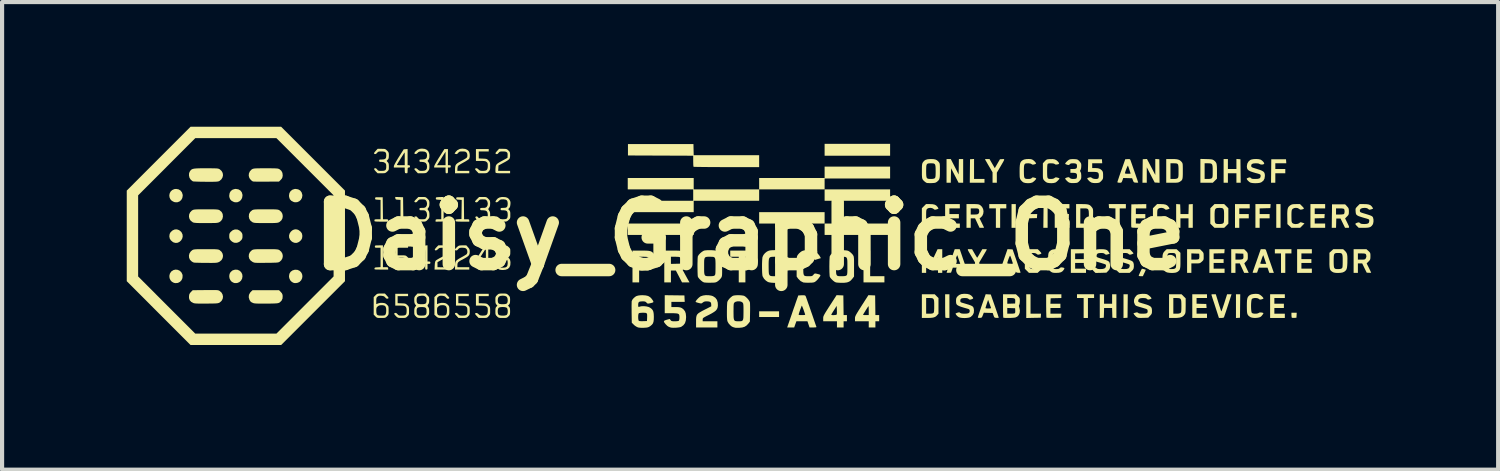
<source format=kicad_pcb>
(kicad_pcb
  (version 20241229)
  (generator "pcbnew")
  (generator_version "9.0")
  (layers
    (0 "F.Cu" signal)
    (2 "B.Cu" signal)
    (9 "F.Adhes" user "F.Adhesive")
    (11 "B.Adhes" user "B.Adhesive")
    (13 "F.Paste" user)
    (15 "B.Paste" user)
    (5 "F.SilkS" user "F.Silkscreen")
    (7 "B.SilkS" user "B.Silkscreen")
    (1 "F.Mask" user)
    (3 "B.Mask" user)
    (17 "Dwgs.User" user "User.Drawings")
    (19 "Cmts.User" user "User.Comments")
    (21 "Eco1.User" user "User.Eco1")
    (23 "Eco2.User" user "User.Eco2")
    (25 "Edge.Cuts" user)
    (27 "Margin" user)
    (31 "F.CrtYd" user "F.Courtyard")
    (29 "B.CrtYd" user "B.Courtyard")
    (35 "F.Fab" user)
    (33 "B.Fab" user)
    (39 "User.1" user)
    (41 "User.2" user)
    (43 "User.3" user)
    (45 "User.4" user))
  (footprint "Daisy_Graphic_One"
    (layer "F.Cu")
    (at 15 2.626)
    (property "Reference" "Daisy_Graphic_One" (at 0 0 0) (layer "F.SilkS") (effects (font (size 1.5 1.5) (thickness 0.3))))
    (attr board_only exclude_from_pos_files exclude_from_bom)
    (fp_poly (pts (xy -1.358 -0.16) (xy -1.358 -0.023) (xy -2.152 -0.023) (xy -2.945 -0.023) (xy -2.945 -0.16) (xy -2.945 -0.297) (xy -2.152 -0.297) (xy -1.358 -0.297)) (stroke (width 0) (type solid)) (fill yes) (layer "F.SilkS"))
    (fp_poly (pts (xy 0.696 1.884) (xy 0.696 1.952) (xy 0.457 1.952) (xy 0.217 1.952) (xy 0.217 1.884) (xy 0.217 1.815) (xy 0.457 1.815) (xy 0.696 1.815)) (stroke (width 0) (type solid)) (fill yes) (layer "F.SilkS"))
    (fp_poly (pts (xy 1.792 -0.434) (xy 1.792 -0.297) (xy 1.005 -0.297) (xy 0.217 -0.297) (xy 0.217 -0.434) (xy 0.217 -0.571) (xy 1.005 -0.571) (xy 1.792 -0.571)) (stroke (width 0) (type solid)) (fill yes) (layer "F.SilkS"))
    (fp_poly (pts (xy 3.368 -2.072) (xy 3.368 -1.929) (xy 2.58 -1.929) (xy 1.792 -1.929) (xy 1.792 -2.072) (xy 1.792 -2.215) (xy 2.58 -2.215) (xy 3.368 -2.215)) (stroke (width 0) (type solid)) (fill yes) (layer "F.SilkS"))
    (fp_poly (pts (xy 3.368 -0.982) (xy 3.368 -0.845) (xy 2.58 -0.845) (xy 1.792 -0.845) (xy 1.792 -0.982) (xy 1.792 -1.119) (xy 2.58 -1.119) (xy 3.368 -1.119)) (stroke (width 0) (type solid)) (fill yes) (layer "F.SilkS"))
    (fp_poly (pts (xy 3.368 -0.16) (xy 3.368 -0.023) (xy 2.58 -0.023) (xy 1.792 -0.023) (xy 1.792 -0.16) (xy 1.792 -0.297) (xy 2.58 -0.297) (xy 3.368 -0.297)) (stroke (width 0) (type solid)) (fill yes) (layer "F.SilkS"))
    (fp_poly (pts (xy 6.393 -0.479) (xy 6.393 -0.194) (xy 6.341 -0.194) (xy 6.29 -0.194) (xy 6.29 -0.479) (xy 6.29 -0.765) (xy 6.341 -0.765) (xy 6.393 -0.765)) (stroke (width 0) (type solid)) (fill yes) (layer "F.SilkS"))
    (fp_poly (pts (xy 7.158 -0.48) (xy 7.158 -0.194) (xy 7.106 -0.194) (xy 7.055 -0.194) (xy 7.058 -0.477) (xy 7.061 -0.759) (xy 7.109 -0.763) (xy 7.158 -0.766)) (stroke (width 0) (type solid)) (fill yes) (layer "F.SilkS"))
    (fp_poly (pts (xy 9.084 1.687) (xy 9.081 1.969) (xy 9.033 1.973) (xy 8.984 1.976) (xy 8.984 1.69) (xy 8.984 1.404) (xy 9.036 1.404) (xy 9.087 1.404)) (stroke (width 0) (type solid)) (fill yes) (layer "F.SilkS"))
    (fp_poly (pts (xy 11.79 1.687) (xy 11.787 1.969) (xy 11.738 1.973) (xy 11.69 1.976) (xy 11.69 1.69) (xy 11.69 1.404) (xy 11.741 1.404) (xy 11.793 1.404)) (stroke (width 0) (type solid)) (fill yes) (layer "F.SilkS"))
    (fp_poly (pts (xy 12.763 -0.479) (xy 12.763 -0.194) (xy 12.711 -0.194) (xy 12.66 -0.194) (xy 12.66 -0.479) (xy 12.66 -0.765) (xy 12.711 -0.765) (xy 12.763 -0.765)) (stroke (width 0) (type solid)) (fill yes) (layer "F.SilkS"))
    (fp_poly (pts (xy 2.888 0.662) (xy 2.888 0.97) (xy 3.059 0.97) (xy 3.231 0.97) (xy 3.231 1.045) (xy 3.231 1.119) (xy 2.98 1.119) (xy 2.728 1.119) (xy 2.728 0.736) (xy 2.728 0.354) (xy 2.808 0.354) (xy 2.888 0.354)) (stroke (width 0) (type solid)) (fill yes) (layer "F.SilkS"))
    (fp_poly (pts (xy 5.388 -1.61) (xy 5.388 -1.37) (xy 5.514 -1.37) (xy 5.639 -1.37) (xy 5.639 -1.324) (xy 5.639 -1.279) (xy 5.462 -1.279) (xy 5.285 -1.279) (xy 5.288 -1.561) (xy 5.291 -1.844) (xy 5.34 -1.847) (xy 5.388 -1.851)) (stroke (width 0) (type solid)) (fill yes) (layer "F.SilkS"))
    (fp_poly (pts (xy 6.747 1.638) (xy 6.747 1.872) (xy 6.873 1.872) (xy 6.999 1.872) (xy 6.996 1.921) (xy 6.992 1.969) (xy 6.818 1.972) (xy 6.644 1.976) (xy 6.644 1.69) (xy 6.644 1.404) (xy 6.695 1.404) (xy 6.747 1.404)) (stroke (width 0) (type solid)) (fill yes) (layer "F.SilkS"))
    (fp_poly (pts (xy 13.149 1.909) (xy 13.145 1.969) (xy 13.093 1.973) (xy 13.061 1.973) (xy 13.038 1.97) (xy 13.033 1.968) (xy 13.029 1.952) (xy 13.026 1.923) (xy 13.025 1.905) (xy 13.025 1.849) (xy 13.089 1.849) (xy 13.152 1.849)) (stroke (width 0) (type solid)) (fill yes) (layer "F.SilkS"))
    (fp_poly (pts (xy 4.795 1.69) (xy 4.795 1.975) (xy 4.751 1.975) (xy 4.721 1.973) (xy 4.701 1.969) (xy 4.699 1.967) (xy 4.697 1.954) (xy 4.695 1.922) (xy 4.694 1.872) (xy 4.693 1.81) (xy 4.692 1.738) (xy 4.692 1.682) (xy 4.692 1.404) (xy 4.743 1.404) (xy 4.795 1.404)) (stroke (width 0) (type solid)) (fill yes) (layer "F.SilkS"))
    (fp_poly (pts (xy 0.091 0.428) (xy 0.091 0.502) (xy -0.011 0.502) (xy -0.114 0.502) (xy -0.114 0.811) (xy -0.114 1.119) (xy -0.194 1.119) (xy -0.274 1.119) (xy -0.274 0.811) (xy -0.274 0.502) (xy -0.377 0.502) (xy -0.479 0.502) (xy -0.479 0.428) (xy -0.479 0.354) (xy -0.194 0.354) (xy 0.091 0.354)) (stroke (width 0) (type solid)) (fill yes) (layer "F.SilkS"))
    (fp_poly (pts (xy 6.164 -0.713) (xy 6.164 -0.662) (xy 6.09 -0.662) (xy 6.016 -0.662) (xy 6.016 -0.428) (xy 6.016 -0.194) (xy 5.965 -0.194) (xy 5.913 -0.194) (xy 5.913 -0.428) (xy 5.913 -0.662) (xy 5.833 -0.662) (xy 5.754 -0.662) (xy 5.754 -0.713) (xy 5.754 -0.765) (xy 5.959 -0.765) (xy 6.164 -0.765)) (stroke (width 0) (type solid)) (fill yes) (layer "F.SilkS"))
    (fp_poly (pts (xy 8.276 1.45) (xy 8.276 1.495) (xy 8.202 1.495) (xy 8.128 1.495) (xy 8.128 1.735) (xy 8.128 1.975) (xy 8.077 1.975) (xy 8.025 1.975) (xy 8.025 1.735) (xy 8.025 1.495) (xy 7.945 1.495) (xy 7.865 1.495) (xy 7.865 1.45) (xy 7.865 1.404) (xy 8.071 1.404) (xy 8.276 1.404)) (stroke (width 0) (type solid)) (fill yes) (layer "F.SilkS"))
    (fp_poly (pts (xy 9.041 -0.713) (xy 9.041 -0.662) (xy 8.967 -0.662) (xy 8.893 -0.662) (xy 8.893 -0.428) (xy 8.893 -0.194) (xy 8.841 -0.194) (xy 8.79 -0.194) (xy 8.79 -0.428) (xy 8.79 -0.661) (xy 8.713 -0.664) (xy 8.636 -0.668) (xy 8.632 -0.716) (xy 8.629 -0.765) (xy 8.835 -0.765) (xy 9.041 -0.765)) (stroke (width 0) (type solid)) (fill yes) (layer "F.SilkS"))
    (fp_poly (pts (xy 13.025 0.371) (xy 13.025 0.422) (xy 12.951 0.422) (xy 12.877 0.422) (xy 12.877 0.656) (xy 12.877 0.89) (xy 12.826 0.89) (xy 12.774 0.89) (xy 12.774 0.656) (xy 12.774 0.422) (xy 12.7 0.422) (xy 12.626 0.422) (xy 12.626 0.371) (xy 12.626 0.32) (xy 12.826 0.32) (xy 13.025 0.32)) (stroke (width 0) (type solid)) (fill yes) (layer "F.SilkS"))
    (fp_poly (pts (xy -13.773 0.817) (xy -13.725 0.839) (xy -13.687 0.875) (xy -13.662 0.924) (xy -13.656 0.956) (xy -13.66 1.016) (xy -13.683 1.067) (xy -13.72 1.106) (xy -13.768 1.131) (xy -13.824 1.137) (xy -13.865 1.13) (xy -13.914 1.104) (xy -13.949 1.065) (xy -13.97 1.016) (xy -13.975 0.963) (xy -13.963 0.91) (xy -13.934 0.863) (xy -13.925 0.854) (xy -13.877 0.823) (xy -13.825 0.811)) (stroke (width 0) (type solid)) (fill yes) (layer "F.SilkS"))
    (fp_poly (pts (xy -13.754 -1.12) (xy -13.706 -1.091) (xy -13.672 -1.047) (xy -13.655 -0.992) (xy -13.653 -0.97) (xy -13.663 -0.911) (xy -13.69 -0.863) (xy -13.731 -0.828) (xy -13.781 -0.809) (xy -13.838 -0.81) (xy -13.864 -0.817) (xy -13.916 -0.844) (xy -13.952 -0.883) (xy -13.971 -0.929) (xy -13.976 -0.978) (xy -13.966 -1.026) (xy -13.943 -1.069) (xy -13.906 -1.103) (xy -13.857 -1.125) (xy -13.813 -1.13)) (stroke (width 0) (type solid)) (fill yes) (layer "F.SilkS"))
    (fp_poly (pts (xy -12.336 0.815) (xy -12.287 0.836) (xy -12.248 0.872) (xy -12.222 0.921) (xy -12.215 0.972) (xy -12.225 1.03) (xy -12.252 1.078) (xy -12.293 1.114) (xy -12.344 1.134) (xy -12.4 1.136) (xy -12.424 1.13) (xy -12.473 1.105) (xy -12.507 1.066) (xy -12.528 1.018) (xy -12.534 0.967) (xy -12.526 0.916) (xy -12.502 0.871) (xy -12.462 0.836) (xy -12.45 0.829) (xy -12.392 0.812)) (stroke (width 0) (type solid)) (fill yes) (layer "F.SilkS"))
    (fp_poly (pts (xy -12.314 -1.12) (xy -12.266 -1.092) (xy -12.232 -1.049) (xy -12.216 -0.992) (xy -12.215 -0.97) (xy -12.225 -0.912) (xy -12.252 -0.864) (xy -12.292 -0.829) (xy -12.341 -0.809) (xy -12.396 -0.809) (xy -12.423 -0.816) (xy -12.478 -0.844) (xy -12.514 -0.883) (xy -12.532 -0.936) (xy -12.534 -0.973) (xy -12.524 -1.032) (xy -12.496 -1.08) (xy -12.452 -1.113) (xy -12.396 -1.129) (xy -12.375 -1.13)) (stroke (width 0) (type solid)) (fill yes) (layer "F.SilkS"))
    (fp_poly (pts (xy -10.876 -1.12) (xy -10.827 -1.092) (xy -10.793 -1.048) (xy -10.776 -0.991) (xy -10.774 -0.97) (xy -10.784 -0.914) (xy -10.811 -0.867) (xy -10.851 -0.832) (xy -10.901 -0.811) (xy -10.955 -0.809) (xy -10.985 -0.816) (xy -11.04 -0.844) (xy -11.076 -0.883) (xy -11.093 -0.936) (xy -11.096 -0.973) (xy -11.086 -1.03) (xy -11.057 -1.078) (xy -11.013 -1.112) (xy -10.958 -1.129) (xy -10.936 -1.13)) (stroke (width 0) (type solid)) (fill yes) (layer "F.SilkS"))
    (fp_poly (pts (xy 4.923 -1.664) (xy 5.017 -1.478) (xy 5.02 -1.664) (xy 5.023 -1.849) (xy 5.075 -1.849) (xy 5.126 -1.849) (xy 5.126 -1.564) (xy 5.126 -1.279) (xy 5.07 -1.279) (xy 5.015 -1.279) (xy 4.925 -1.453) (xy 4.835 -1.627) (xy 4.831 -1.453) (xy 4.828 -1.279) (xy 4.777 -1.279) (xy 4.726 -1.279) (xy 4.726 -1.564) (xy 4.726 -1.849) (xy 4.777 -1.849) (xy 4.828 -1.849)) (stroke (width 0) (type solid)) (fill yes) (layer "F.SilkS"))
    (fp_poly (pts (xy 6.918 -0.713) (xy 6.918 -0.662) (xy 6.792 -0.662) (xy 6.667 -0.662) (xy 6.667 -0.594) (xy 6.667 -0.525) (xy 6.787 -0.525) (xy 6.908 -0.525) (xy 6.904 -0.477) (xy 6.901 -0.428) (xy 6.784 -0.425) (xy 6.667 -0.422) (xy 6.667 -0.308) (xy 6.667 -0.194) (xy 6.615 -0.194) (xy 6.564 -0.194) (xy 6.564 -0.479) (xy 6.564 -0.765) (xy 6.741 -0.765) (xy 6.918 -0.765)) (stroke (width 0) (type solid)) (fill yes) (layer "F.SilkS"))
    (fp_poly (pts (xy 9.798 -1.847) (xy 9.846 -1.844) (xy 9.849 -1.56) (xy 9.852 -1.277) (xy 9.794 -1.281) (xy 9.735 -1.284) (xy 9.639 -1.467) (xy 9.544 -1.65) (xy 9.544 -1.464) (xy 9.544 -1.279) (xy 9.492 -1.279) (xy 9.44 -1.279) (xy 9.443 -1.561) (xy 9.447 -1.844) (xy 9.498 -1.847) (xy 9.549 -1.85) (xy 9.649 -1.659) (xy 9.749 -1.467) (xy 9.749 -1.659) (xy 9.749 -1.851)) (stroke (width 0) (type solid)) (fill yes) (layer "F.SilkS"))
    (fp_poly (pts (xy 12.021 -0.713) (xy 12.021 -0.662) (xy 11.895 -0.662) (xy 11.77 -0.662) (xy 11.77 -0.594) (xy 11.77 -0.525) (xy 11.884 -0.525) (xy 11.998 -0.525) (xy 11.998 -0.474) (xy 11.998 -0.422) (xy 11.884 -0.422) (xy 11.77 -0.422) (xy 11.77 -0.308) (xy 11.77 -0.194) (xy 11.718 -0.194) (xy 11.667 -0.194) (xy 11.667 -0.479) (xy 11.667 -0.765) (xy 11.844 -0.765) (xy 12.021 -0.765)) (stroke (width 0) (type solid)) (fill yes) (layer "F.SilkS"))
    (fp_poly (pts (xy 12.521 -0.716) (xy 12.517 -0.668) (xy 12.389 -0.665) (xy 12.26 -0.661) (xy 12.26 -0.593) (xy 12.26 -0.525) (xy 12.38 -0.525) (xy 12.5 -0.525) (xy 12.5 -0.474) (xy 12.5 -0.422) (xy 12.38 -0.422) (xy 12.26 -0.422) (xy 12.26 -0.308) (xy 12.26 -0.194) (xy 12.209 -0.194) (xy 12.158 -0.194) (xy 12.158 -0.479) (xy 12.158 -0.765) (xy 12.341 -0.765) (xy 12.524 -0.765)) (stroke (width 0) (type solid)) (fill yes) (layer "F.SilkS"))
    (fp_poly (pts (xy 12.898 -1.795) (xy 12.901 -1.747) (xy 12.769 -1.747) (xy 12.637 -1.747) (xy 12.637 -1.678) (xy 12.637 -1.61) (xy 12.757 -1.61) (xy 12.877 -1.61) (xy 12.877 -1.558) (xy 12.877 -1.507) (xy 12.757 -1.507) (xy 12.637 -1.507) (xy 12.637 -1.393) (xy 12.637 -1.279) (xy 12.586 -1.279) (xy 12.534 -1.279) (xy 12.537 -1.561) (xy 12.54 -1.844) (xy 12.717 -1.844) (xy 12.894 -1.844)) (stroke (width 0) (type solid)) (fill yes) (layer "F.SilkS"))
    (fp_poly (pts (xy 9.436 0.791) (xy 9.459 0.796) (xy 9.487 0.804) (xy 9.511 0.812) (xy 9.521 0.817) (xy 9.521 0.817) (xy 9.516 0.828) (xy 9.504 0.854) (xy 9.488 0.89) (xy 9.485 0.895) (xy 9.45 0.97) (xy 9.4 0.97) (xy 9.37 0.968) (xy 9.352 0.962) (xy 9.349 0.959) (xy 9.354 0.945) (xy 9.366 0.916) (xy 9.383 0.877) (xy 9.403 0.835) (xy 9.423 0.795) (xy 9.425 0.79)) (stroke (width 0) (type solid)) (fill yes) (layer "F.SilkS"))
    (fp_poly (pts (xy -13.74 -0.138) (xy -13.695 -0.102) (xy -13.679 -0.081) (xy -13.657 -0.031) (xy -13.654 0.019) (xy -13.667 0.067) (xy -13.693 0.109) (xy -13.729 0.142) (xy -13.772 0.164) (xy -13.82 0.17) (xy -13.869 0.159) (xy -13.893 0.146) (xy -13.939 0.107) (xy -13.965 0.065) (xy -13.975 0.015) (xy -13.975 0.006) (xy -13.968 -0.046) (xy -13.945 -0.089) (xy -13.902 -0.128) (xy -13.893 -0.134) (xy -13.844 -0.155) (xy -13.791 -0.156)) (stroke (width 0) (type solid)) (fill yes) (layer "F.SilkS"))
    (fp_poly (pts (xy -10.89 0.818) (xy -10.842 0.84) (xy -10.806 0.874) (xy -10.782 0.918) (xy -10.773 0.968) (xy -10.78 1.018) (xy -10.803 1.067) (xy -10.845 1.109) (xy -10.846 1.109) (xy -10.884 1.127) (xy -10.931 1.136) (xy -10.974 1.134) (xy -10.976 1.134) (xy -11.027 1.109) (xy -11.067 1.068) (xy -11.09 1.015) (xy -11.096 0.97) (xy -11.086 0.911) (xy -11.057 0.864) (xy -11.012 0.831) (xy -10.954 0.814) (xy -10.949 0.814)) (stroke (width 0) (type solid)) (fill yes) (layer "F.SilkS"))
    (fp_poly (pts (xy -10.881 -0.148) (xy -10.856 -0.134) (xy -10.81 -0.096) (xy -10.784 -0.054) (xy -10.775 -0.004) (xy -10.775 0.006) (xy -10.782 0.058) (xy -10.805 0.101) (xy -10.847 0.139) (xy -10.856 0.146) (xy -10.907 0.168) (xy -10.961 0.167) (xy -11.005 0.151) (xy -11.038 0.128) (xy -11.067 0.096) (xy -11.07 0.092) (xy -11.092 0.043) (xy -11.095 -0.008) (xy -11.082 -0.055) (xy -11.056 -0.097) (xy -11.02 -0.131) (xy -10.977 -0.152) (xy -10.93 -0.159)) (stroke (width 0) (type solid)) (fill yes) (layer "F.SilkS"))
    (fp_poly (pts (xy 5.046 -0.713) (xy 5.046 -0.662) (xy 4.92 -0.662) (xy 4.795 -0.662) (xy 4.795 -0.594) (xy 4.795 -0.525) (xy 4.909 -0.525) (xy 5.023 -0.525) (xy 5.023 -0.474) (xy 5.023 -0.422) (xy 4.909 -0.422) (xy 4.795 -0.422) (xy 4.795 -0.36) (xy 4.795 -0.297) (xy 4.92 -0.297) (xy 5.046 -0.297) (xy 5.046 -0.245) (xy 5.046 -0.194) (xy 4.869 -0.194) (xy 4.692 -0.194) (xy 4.692 -0.479) (xy 4.692 -0.765) (xy 4.869 -0.765) (xy 5.046 -0.765)) (stroke (width 0) (type solid)) (fill yes) (layer "F.SilkS"))
    (fp_poly (pts (xy 7.683 -0.713) (xy 7.683 -0.662) (xy 7.557 -0.662) (xy 7.432 -0.662) (xy 7.432 -0.594) (xy 7.432 -0.525) (xy 7.552 -0.525) (xy 7.673 -0.525) (xy 7.669 -0.477) (xy 7.666 -0.428) (xy 7.549 -0.425) (xy 7.432 -0.422) (xy 7.432 -0.359) (xy 7.432 -0.297) (xy 7.557 -0.297) (xy 7.683 -0.297) (xy 7.683 -0.245) (xy 7.683 -0.194) (xy 7.506 -0.194) (xy 7.329 -0.194) (xy 7.329 -0.479) (xy 7.329 -0.765) (xy 7.506 -0.765) (xy 7.683 -0.765)) (stroke (width 0) (type solid)) (fill yes) (layer "F.SilkS"))
    (fp_poly (pts (xy 8.08 0.368) (xy 8.077 0.417) (xy 7.948 0.42) (xy 7.82 0.423) (xy 7.82 0.491) (xy 7.82 0.559) (xy 7.94 0.559) (xy 8.06 0.559) (xy 8.06 0.605) (xy 8.06 0.651) (xy 7.94 0.651) (xy 7.82 0.651) (xy 7.82 0.719) (xy 7.82 0.788) (xy 7.951 0.788) (xy 8.082 0.788) (xy 8.082 0.839) (xy 8.082 0.89) (xy 7.9 0.89) (xy 7.717 0.89) (xy 7.717 0.605) (xy 7.717 0.32) (xy 7.9 0.32) (xy 8.084 0.32)) (stroke (width 0) (type solid)) (fill yes) (layer "F.SilkS"))
    (fp_poly (pts (xy 8.516 1.518) (xy 8.516 1.632) (xy 8.613 1.632) (xy 8.71 1.632) (xy 8.71 1.518) (xy 8.71 1.404) (xy 8.762 1.404) (xy 8.813 1.404) (xy 8.813 1.69) (xy 8.813 1.976) (xy 8.764 1.973) (xy 8.716 1.969) (xy 8.713 1.852) (xy 8.709 1.735) (xy 8.613 1.735) (xy 8.517 1.735) (xy 8.514 1.852) (xy 8.51 1.969) (xy 8.462 1.973) (xy 8.413 1.976) (xy 8.413 1.69) (xy 8.413 1.404) (xy 8.465 1.404) (xy 8.516 1.404)) (stroke (width 0) (type solid)) (fill yes) (layer "F.SilkS"))
    (fp_poly (pts (xy 10.651 -0.48) (xy 10.651 -0.194) (xy 10.6 -0.194) (xy 10.548 -0.194) (xy 10.548 -0.308) (xy 10.548 -0.422) (xy 10.451 -0.422) (xy 10.354 -0.422) (xy 10.354 -0.308) (xy 10.354 -0.194) (xy 10.303 -0.194) (xy 10.251 -0.194) (xy 10.251 -0.48) (xy 10.251 -0.766) (xy 10.3 -0.763) (xy 10.348 -0.759) (xy 10.352 -0.642) (xy 10.355 -0.525) (xy 10.451 -0.525) (xy 10.547 -0.525) (xy 10.551 -0.642) (xy 10.554 -0.759) (xy 10.602 -0.763) (xy 10.651 -0.766)) (stroke (width 0) (type solid)) (fill yes) (layer "F.SilkS"))
    (fp_poly (pts (xy 10.993 1.45) (xy 10.993 1.495) (xy 10.868 1.495) (xy 10.742 1.495) (xy 10.742 1.564) (xy 10.742 1.632) (xy 10.859 1.635) (xy 10.976 1.638) (xy 10.98 1.687) (xy 10.983 1.735) (xy 10.863 1.735) (xy 10.742 1.735) (xy 10.742 1.804) (xy 10.742 1.872) (xy 10.868 1.872) (xy 10.993 1.872) (xy 10.993 1.924) (xy 10.993 1.975) (xy 10.816 1.975) (xy 10.639 1.975) (xy 10.639 1.69) (xy 10.639 1.404) (xy 10.816 1.404) (xy 10.993 1.404)) (stroke (width 0) (type solid)) (fill yes) (layer "F.SilkS"))
    (fp_poly (pts (xy 11.414 0.368) (xy 11.41 0.417) (xy 11.282 0.42) (xy 11.153 0.423) (xy 11.153 0.491) (xy 11.153 0.559) (xy 11.273 0.559) (xy 11.393 0.559) (xy 11.393 0.605) (xy 11.393 0.651) (xy 11.273 0.651) (xy 11.153 0.651) (xy 11.153 0.719) (xy 11.153 0.788) (xy 11.284 0.788) (xy 11.416 0.788) (xy 11.416 0.839) (xy 11.416 0.89) (xy 11.233 0.89) (xy 11.05 0.89) (xy 11.05 0.605) (xy 11.05 0.32) (xy 11.234 0.32) (xy 11.417 0.32)) (stroke (width 0) (type solid)) (fill yes) (layer "F.SilkS"))
    (fp_poly (pts (xy 11.75 -1.847) (xy 11.798 -1.844) (xy 11.801 -1.561) (xy 11.804 -1.279) (xy 11.753 -1.279) (xy 11.701 -1.279) (xy 11.701 -1.393) (xy 11.701 -1.507) (xy 11.598 -1.507) (xy 11.496 -1.507) (xy 11.496 -1.393) (xy 11.496 -1.279) (xy 11.444 -1.279) (xy 11.393 -1.279) (xy 11.393 -1.564) (xy 11.393 -1.849) (xy 11.444 -1.849) (xy 11.496 -1.849) (xy 11.496 -1.729) (xy 11.496 -1.61) (xy 11.598 -1.61) (xy 11.701 -1.61) (xy 11.701 -1.73) (xy 11.701 -1.851)) (stroke (width 0) (type solid)) (fill yes) (layer "F.SilkS"))
    (fp_poly (pts (xy 12.866 1.45) (xy 12.866 1.495) (xy 12.74 1.495) (xy 12.614 1.495) (xy 12.614 1.564) (xy 12.614 1.632) (xy 12.729 1.632) (xy 12.843 1.632) (xy 12.843 1.684) (xy 12.843 1.735) (xy 12.729 1.735) (xy 12.614 1.735) (xy 12.614 1.804) (xy 12.614 1.872) (xy 12.74 1.872) (xy 12.866 1.872) (xy 12.866 1.924) (xy 12.866 1.975) (xy 12.689 1.975) (xy 12.512 1.975) (xy 12.512 1.69) (xy 12.512 1.404) (xy 12.689 1.404) (xy 12.866 1.404)) (stroke (width 0) (type solid)) (fill yes) (layer "F.SilkS"))
    (fp_poly (pts (xy 13.516 0.371) (xy 13.516 0.422) (xy 13.391 0.422) (xy 13.265 0.422) (xy 13.265 0.491) (xy 13.265 0.559) (xy 13.385 0.559) (xy 13.505 0.559) (xy 13.505 0.605) (xy 13.505 0.651) (xy 13.385 0.651) (xy 13.265 0.651) (xy 13.265 0.719) (xy 13.265 0.788) (xy 13.391 0.788) (xy 13.516 0.788) (xy 13.516 0.839) (xy 13.516 0.89) (xy 13.339 0.89) (xy 13.162 0.89) (xy 13.162 0.605) (xy 13.162 0.32) (xy 13.339 0.32) (xy 13.516 0.32)) (stroke (width 0) (type solid)) (fill yes) (layer "F.SilkS"))
    (fp_poly (pts (xy 13.836 -0.713) (xy 13.836 -0.662) (xy 13.71 -0.662) (xy 13.585 -0.662) (xy 13.585 -0.594) (xy 13.585 -0.525) (xy 13.705 -0.525) (xy 13.826 -0.525) (xy 13.822 -0.477) (xy 13.819 -0.428) (xy 13.702 -0.425) (xy 13.585 -0.422) (xy 13.585 -0.359) (xy 13.585 -0.297) (xy 13.71 -0.297) (xy 13.836 -0.297) (xy 13.836 -0.245) (xy 13.836 -0.194) (xy 13.659 -0.194) (xy 13.482 -0.194) (xy 13.482 -0.479) (xy 13.482 -0.765) (xy 13.659 -0.765) (xy 13.836 -0.765)) (stroke (width 0) (type solid)) (fill yes) (layer "F.SilkS"))
    (fp_poly (pts (xy -12.339 -0.153) (xy -12.33 -0.15) (xy -12.292 -0.132) (xy -12.256 -0.103) (xy -12.25 -0.096) (xy -12.228 -0.068) (xy -12.218 -0.04) (xy -12.215 -0.002) (xy -12.215 0.005) (xy -12.217 0.047) (xy -12.227 0.077) (xy -12.246 0.103) (xy -12.293 0.145) (xy -12.347 0.166) (xy -12.404 0.166) (xy -12.438 0.155) (xy -12.469 0.136) (xy -12.499 0.109) (xy -12.504 0.103) (xy -12.523 0.075) (xy -12.532 0.045) (xy -12.534 0.005) (xy -12.532 -0.035) (xy -12.523 -0.064) (xy -12.503 -0.092) (xy -12.499 -0.096) (xy -12.451 -0.136) (xy -12.397 -0.155)) (stroke (width 0) (type solid)) (fill yes) (layer "F.SilkS"))
    (fp_poly (pts (xy -1.361 -2.075) (xy -1.358 -1.941) (xy -0.57 -1.941) (xy 0.217 -1.941) (xy 0.217 -1.798) (xy 0.217 -1.655) (xy -0.569 -1.655) (xy -0.701 -1.655) (xy -0.826 -1.656) (xy -0.943 -1.656) (xy -1.049 -1.657) (xy -1.142 -1.658) (xy -1.222 -1.659) (xy -1.286 -1.66) (xy -1.331 -1.661) (xy -1.357 -1.662) (xy -1.362 -1.663) (xy -1.365 -1.677) (xy -1.368 -1.708) (xy -1.369 -1.753) (xy -1.37 -1.8) (xy -1.37 -1.929) (xy -2.155 -1.932) (xy -2.94 -1.935) (xy -2.94 -2.072) (xy -2.94 -2.209) (xy -2.152 -2.209) (xy -1.364 -2.209)) (stroke (width 0) (type solid)) (fill yes) (layer "F.SilkS"))
    (fp_poly (pts (xy 5.823 -1.74) (xy 5.887 -1.63) (xy 5.949 -1.737) (xy 6.011 -1.844) (xy 6.066 -1.847) (xy 6.089 -1.849) (xy 6.104 -1.848) (xy 6.112 -1.843) (xy 6.112 -1.83) (xy 6.103 -1.808) (xy 6.084 -1.773) (xy 6.055 -1.723) (xy 6.021 -1.665) (xy 5.936 -1.521) (xy 5.936 -1.4) (xy 5.936 -1.279) (xy 5.885 -1.279) (xy 5.833 -1.279) (xy 5.833 -1.404) (xy 5.833 -1.529) (xy 5.742 -1.685) (xy 5.711 -1.738) (xy 5.685 -1.784) (xy 5.664 -1.819) (xy 5.653 -1.84) (xy 5.651 -1.845) (xy 5.661 -1.847) (xy 5.687 -1.849) (xy 5.705 -1.849) (xy 5.76 -1.849)) (stroke (width 0) (type solid)) (fill yes) (layer "F.SilkS"))
    (fp_poly (pts (xy -8.446 -0.934) (xy -8.351 -0.93) (xy -8.348 -0.665) (xy -8.344 -0.4) (xy -8.282 -0.4) (xy -8.246 -0.399) (xy -8.227 -0.395) (xy -8.22 -0.385) (xy -8.219 -0.371) (xy -8.219 -0.342) (xy -8.377 -0.342) (xy -8.435 -0.343) (xy -8.485 -0.344) (xy -8.521 -0.347) (xy -8.541 -0.349) (xy -8.543 -0.35) (xy -8.549 -0.367) (xy -8.55 -0.379) (xy -8.547 -0.39) (xy -8.535 -0.397) (xy -8.507 -0.399) (xy -8.482 -0.4) (xy -8.413 -0.4) (xy -8.413 -0.633) (xy -8.413 -0.866) (xy -8.473 -0.87) (xy -8.508 -0.873) (xy -8.527 -0.879) (xy -8.535 -0.891) (xy -8.537 -0.905) (xy -8.541 -0.937)) (stroke (width 0) (type solid)) (fill yes) (layer "F.SilkS"))
    (fp_poly (pts (xy -11.294 1.349) (xy -11.267 1.381) (xy -11.253 1.413) (xy -11.248 1.446) (xy -11.252 1.508) (xy -11.276 1.56) (xy -11.318 1.6) (xy -11.324 1.604) (xy -11.339 1.611) (xy -11.355 1.617) (xy -11.376 1.621) (xy -11.405 1.624) (xy -11.446 1.626) (xy -11.501 1.628) (xy -11.574 1.629) (xy -11.638 1.629) (xy -11.733 1.63) (xy -11.807 1.63) (xy -11.864 1.628) (xy -11.906 1.626) (xy -11.936 1.622) (xy -11.955 1.617) (xy -11.996 1.599) (xy -12.023 1.578) (xy -12.043 1.546) (xy -12.048 1.536) (xy -12.065 1.477) (xy -12.06 1.42) (xy -12.032 1.366) (xy -12.004 1.336) (xy -11.973 1.307) (xy -11.655 1.307) (xy -11.336 1.307)) (stroke (width 0) (type solid)) (fill yes) (layer "F.SilkS"))
    (fp_poly (pts (xy 7.489 1.449) (xy 7.489 1.495) (xy 7.36 1.498) (xy 7.232 1.501) (xy 7.228 1.567) (xy 7.225 1.632) (xy 7.345 1.632) (xy 7.466 1.632) (xy 7.466 1.684) (xy 7.466 1.735) (xy 7.346 1.735) (xy 7.226 1.735) (xy 7.226 1.804) (xy 7.226 1.872) (xy 7.358 1.872) (xy 7.49 1.872) (xy 7.487 1.921) (xy 7.483 1.969) (xy 7.311 1.972) (xy 7.251 1.973) (xy 7.198 1.973) (xy 7.159 1.971) (xy 7.135 1.969) (xy 7.131 1.968) (xy 7.129 1.954) (xy 7.127 1.922) (xy 7.126 1.872) (xy 7.124 1.81) (xy 7.124 1.738) (xy 7.123 1.682) (xy 7.123 1.404) (xy 7.306 1.404) (xy 7.489 1.404)) (stroke (width 0) (type solid)) (fill yes) (layer "F.SilkS"))
    (fp_poly (pts (xy 9.532 -0.714) (xy 9.532 -0.662) (xy 9.407 -0.662) (xy 9.281 -0.662) (xy 9.281 -0.594) (xy 9.281 -0.525) (xy 9.395 -0.525) (xy 9.509 -0.525) (xy 9.509 -0.474) (xy 9.509 -0.422) (xy 9.395 -0.422) (xy 9.281 -0.422) (xy 9.281 -0.36) (xy 9.281 -0.298) (xy 9.404 -0.294) (xy 9.526 -0.291) (xy 9.53 -0.243) (xy 9.533 -0.194) (xy 9.355 -0.194) (xy 9.283 -0.195) (xy 9.231 -0.196) (xy 9.197 -0.199) (xy 9.178 -0.204) (xy 9.172 -0.209) (xy 9.171 -0.224) (xy 9.169 -0.258) (xy 9.169 -0.309) (xy 9.169 -0.372) (xy 9.169 -0.445) (xy 9.169 -0.491) (xy 9.173 -0.759) (xy 9.352 -0.762) (xy 9.532 -0.765)) (stroke (width 0) (type solid)) (fill yes) (layer "F.SilkS"))
    (fp_poly (pts (xy -8.838 -0.665) (xy -8.835 -0.4) (xy -8.773 -0.4) (xy -8.737 -0.399) (xy -8.718 -0.395) (xy -8.711 -0.385) (xy -8.71 -0.371) (xy -8.71 -0.342) (xy -8.868 -0.342) (xy -8.926 -0.343) (xy -8.975 -0.344) (xy -9.012 -0.347) (xy -9.032 -0.349) (xy -9.034 -0.35) (xy -9.04 -0.367) (xy -9.041 -0.379) (xy -9.038 -0.39) (xy -9.026 -0.396) (xy -9 -0.399) (xy -8.967 -0.4) (xy -8.893 -0.4) (xy -8.893 -0.633) (xy -8.893 -0.866) (xy -8.958 -0.87) (xy -8.996 -0.873) (xy -9.015 -0.877) (xy -9.023 -0.887) (xy -9.024 -0.902) (xy -9.023 -0.916) (xy -9.017 -0.924) (xy -9.001 -0.929) (xy -8.971 -0.93) (xy -8.933 -0.93) (xy -8.841 -0.93)) (stroke (width 0) (type solid)) (fill yes) (layer "F.SilkS"))
    (fp_poly (pts (xy -6.886 -0.665) (xy -6.883 -0.4) (xy -6.821 -0.4) (xy -6.785 -0.399) (xy -6.766 -0.395) (xy -6.759 -0.385) (xy -6.758 -0.371) (xy -6.758 -0.342) (xy -6.916 -0.342) (xy -6.974 -0.343) (xy -7.023 -0.344) (xy -7.06 -0.347) (xy -7.08 -0.349) (xy -7.082 -0.35) (xy -7.088 -0.367) (xy -7.089 -0.378) (xy -7.086 -0.39) (xy -7.072 -0.397) (xy -7.042 -0.4) (xy -7.018 -0.402) (xy -6.946 -0.405) (xy -6.943 -0.636) (xy -6.94 -0.866) (xy -7.006 -0.87) (xy -7.043 -0.873) (xy -7.063 -0.877) (xy -7.071 -0.887) (xy -7.072 -0.902) (xy -7.071 -0.916) (xy -7.065 -0.924) (xy -7.049 -0.929) (xy -7.019 -0.93) (xy -6.981 -0.93) (xy -6.889 -0.93)) (stroke (width 0) (type solid)) (fill yes) (layer "F.SilkS"))
    (fp_poly (pts (xy 4.314 0.457) (xy 4.38 0.594) (xy 4.445 0.457) (xy 4.51 0.32) (xy 4.567 0.32) (xy 4.623 0.32) (xy 4.623 0.605) (xy 4.623 0.89) (xy 4.572 0.89) (xy 4.521 0.89) (xy 4.52 0.705) (xy 4.519 0.519) (xy 4.464 0.636) (xy 4.439 0.688) (xy 4.421 0.721) (xy 4.406 0.741) (xy 4.394 0.751) (xy 4.38 0.753) (xy 4.378 0.753) (xy 4.364 0.751) (xy 4.351 0.743) (xy 4.338 0.725) (xy 4.32 0.693) (xy 4.296 0.645) (xy 4.293 0.636) (xy 4.237 0.519) (xy 4.236 0.705) (xy 4.235 0.89) (xy 4.184 0.89) (xy 4.132 0.89) (xy 4.132 0.605) (xy 4.132 0.32) (xy 4.19 0.32) (xy 4.248 0.32)) (stroke (width 0) (type solid)) (fill yes) (layer "F.SilkS"))
    (fp_poly (pts (xy -10.517 -1.858) (xy -9.749 -1.09) (xy -9.749 0) (xy -9.749 1.09) (xy -10.517 1.858) (xy -11.285 2.626) (xy -12.375 2.626) (xy -13.465 2.626) (xy -14.233 1.858) (xy -15 1.09) (xy -15 -0.000063) (xy -15 -0.976) (xy -14.726 -0.976) (xy -14.726 -0.00007) (xy -14.726 0.976) (xy -14.039 1.664) (xy -13.351 2.352) (xy -12.375 2.352) (xy -11.399 2.352) (xy -10.711 1.664) (xy -10.023 0.976) (xy -10.023 0.000071) (xy -10.023 -0.976) (xy -10.711 -1.664) (xy -11.399 -2.352) (xy -12.375 -2.352) (xy -13.351 -2.352) (xy -14.038 -1.664) (xy -14.726 -0.976) (xy -15 -0.976) (xy -15 -1.09) (xy -14.233 -1.858) (xy -13.465 -2.626) (xy -12.375 -2.626) (xy -11.285 -2.626)) (stroke (width 0) (type solid)) (fill yes) (layer "F.SilkS"))
    (fp_poly (pts (xy -8.836 0.491) (xy -8.836 0.753) (xy -8.773 0.753) (xy -8.737 0.754) (xy -8.718 0.758) (xy -8.711 0.768) (xy -8.71 0.782) (xy -8.71 0.811) (xy -8.877 0.811) (xy -8.941 0.81) (xy -8.986 0.81) (xy -9.015 0.808) (xy -9.032 0.805) (xy -9.039 0.799) (xy -9.04 0.791) (xy -9.039 0.785) (xy -9.035 0.771) (xy -9.023 0.762) (xy -8.999 0.758) (xy -8.964 0.756) (xy -8.893 0.752) (xy -8.893 0.519) (xy -8.893 0.285) (xy -8.961 0.285) (xy -8.999 0.285) (xy -9.02 0.281) (xy -9.028 0.273) (xy -9.03 0.258) (xy -9.03 0.257) (xy -9.029 0.243) (xy -9.023 0.235) (xy -9.008 0.23) (xy -8.979 0.229) (xy -8.933 0.228) (xy -8.836 0.228)) (stroke (width 0) (type solid)) (fill yes) (layer "F.SilkS"))
    (fp_poly (pts (xy -7.375 -0.668) (xy -7.375 -0.4) (xy -7.305 -0.4) (xy -7.267 -0.399) (xy -7.247 -0.396) (xy -7.239 -0.388) (xy -7.24 -0.374) (xy -7.24 -0.374) (xy -7.242 -0.364) (xy -7.248 -0.357) (xy -7.261 -0.352) (xy -7.285 -0.349) (xy -7.323 -0.347) (xy -7.379 -0.346) (xy -7.406 -0.345) (xy -7.569 -0.342) (xy -7.569 -0.371) (xy -7.567 -0.387) (xy -7.559 -0.395) (xy -7.54 -0.399) (xy -7.503 -0.4) (xy -7.5 -0.4) (xy -7.432 -0.4) (xy -7.432 -0.633) (xy -7.432 -0.866) (xy -7.497 -0.87) (xy -7.534 -0.873) (xy -7.554 -0.877) (xy -7.562 -0.887) (xy -7.563 -0.902) (xy -7.562 -0.916) (xy -7.556 -0.925) (xy -7.54 -0.929) (xy -7.51 -0.932) (xy -7.469 -0.934) (xy -7.375 -0.937)) (stroke (width 0) (type solid)) (fill yes) (layer "F.SilkS"))
    (fp_poly (pts (xy 5.279 0.32) (xy 5.284 0.32) (xy 5.34 0.32) (xy 5.399 0.422) (xy 5.424 0.465) (xy 5.445 0.499) (xy 5.458 0.52) (xy 5.463 0.525) (xy 5.47 0.516) (xy 5.486 0.491) (xy 5.508 0.455) (xy 5.527 0.422) (xy 5.587 0.32) (xy 5.642 0.32) (xy 5.674 0.321) (xy 5.693 0.323) (xy 5.696 0.325) (xy 5.691 0.336) (xy 5.676 0.363) (xy 5.653 0.403) (xy 5.624 0.452) (xy 5.605 0.484) (xy 5.514 0.638) (xy 5.514 0.764) (xy 5.514 0.89) (xy 5.462 0.89) (xy 5.411 0.89) (xy 5.411 0.764) (xy 5.411 0.638) (xy 5.333 0.504) (xy 5.294 0.439) (xy 5.266 0.391) (xy 5.248 0.358) (xy 5.239 0.337) (xy 5.238 0.325) (xy 5.245 0.32) (xy 5.259 0.319)) (stroke (width 0) (type solid)) (fill yes) (layer "F.SilkS"))
    (fp_poly (pts (xy 11.496 1.676) (xy 11.471 1.752) (xy 11.449 1.82) (xy 11.429 1.878) (xy 11.414 1.923) (xy 11.404 1.952) (xy 11.4 1.962) (xy 11.384 1.969) (xy 11.355 1.974) (xy 11.336 1.975) (xy 11.28 1.975) (xy 11.193 1.705) (xy 11.169 1.63) (xy 11.146 1.562) (xy 11.127 1.504) (xy 11.113 1.458) (xy 11.103 1.429) (xy 11.1 1.42) (xy 11.101 1.41) (xy 11.118 1.405) (xy 11.149 1.404) (xy 11.205 1.404) (xy 11.267 1.605) (xy 11.287 1.669) (xy 11.306 1.726) (xy 11.321 1.772) (xy 11.331 1.803) (xy 11.336 1.816) (xy 11.342 1.809) (xy 11.353 1.783) (xy 11.368 1.742) (xy 11.386 1.688) (xy 11.407 1.625) (xy 11.41 1.616) (xy 11.477 1.404) (xy 11.531 1.404) (xy 11.584 1.404)) (stroke (width 0) (type solid)) (fill yes) (layer "F.SilkS"))
    (fp_poly (pts (xy 4.486 1.45) (xy 4.532 1.495) (xy 4.532 1.683) (xy 4.532 1.871) (xy 4.497 1.911) (xy 4.471 1.937) (xy 4.44 1.954) (xy 4.401 1.966) (xy 4.349 1.972) (xy 4.28 1.975) (xy 4.255 1.975) (xy 4.132 1.975) (xy 4.132 1.69) (xy 4.132 1.684) (xy 4.235 1.684) (xy 4.235 1.872) (xy 4.314 1.872) (xy 4.365 1.87) (xy 4.397 1.863) (xy 4.411 1.854) (xy 4.419 1.842) (xy 4.424 1.822) (xy 4.427 1.79) (xy 4.429 1.741) (xy 4.429 1.687) (xy 4.429 1.617) (xy 4.426 1.566) (xy 4.419 1.532) (xy 4.405 1.511) (xy 4.384 1.5) (xy 4.352 1.496) (xy 4.313 1.495) (xy 4.235 1.495) (xy 4.235 1.684) (xy 4.132 1.684) (xy 4.132 1.404) (xy 4.287 1.404) (xy 4.441 1.404)) (stroke (width 0) (type solid)) (fill yes) (layer "F.SilkS"))
    (fp_poly (pts (xy -12.889 1.303) (xy -12.849 1.304) (xy -12.82 1.306) (xy -12.799 1.31) (xy -12.783 1.314) (xy -12.771 1.321) (xy -12.766 1.324) (xy -12.721 1.363) (xy -12.694 1.412) (xy -12.684 1.464) (xy -12.693 1.517) (xy -12.72 1.565) (xy -12.761 1.601) (xy -12.775 1.609) (xy -12.79 1.615) (xy -12.809 1.62) (xy -12.834 1.623) (xy -12.87 1.626) (xy -12.918 1.627) (xy -12.984 1.628) (xy -13.068 1.629) (xy -13.077 1.629) (xy -13.171 1.63) (xy -13.246 1.63) (xy -13.302 1.628) (xy -13.344 1.626) (xy -13.374 1.622) (xy -13.394 1.617) (xy -13.449 1.588) (xy -13.485 1.548) (xy -13.502 1.497) (xy -13.502 1.447) (xy -13.495 1.406) (xy -13.478 1.375) (xy -13.455 1.349) (xy -13.413 1.307) (xy -13.108 1.304) (xy -13.016 1.303) (xy -12.944 1.303)) (stroke (width 0) (type solid)) (fill yes) (layer "F.SilkS"))
    (fp_poly (pts (xy 3.368 -1.524) (xy 3.368 -1.381) (xy 2.58 -1.381) (xy 1.792 -1.381) (xy 1.792 -1.25) (xy 1.792 -1.119) (xy 1.005 -1.119) (xy 0.217 -1.119) (xy 0.217 -0.982) (xy 0.217 -0.845) (xy -0.571 -0.845) (xy -1.358 -0.845) (xy -1.358 -0.708) (xy -1.358 -0.571) (xy -2.152 -0.571) (xy -2.945 -0.571) (xy -2.945 -0.708) (xy -2.945 -0.845) (xy -2.158 -0.845) (xy -1.37 -0.845) (xy -1.37 -0.982) (xy -1.37 -1.119) (xy -2.158 -1.119) (xy -2.945 -1.119) (xy -2.945 -1.256) (xy -2.945 -1.393) (xy -2.152 -1.393) (xy -1.358 -1.393) (xy -1.358 -1.256) (xy -1.358 -1.119) (xy -0.571 -1.119) (xy 0.217 -1.119) (xy 0.217 -1.256) (xy 0.217 -1.393) (xy 1.005 -1.393) (xy 1.792 -1.393) (xy 1.792 -1.53) (xy 1.792 -1.667) (xy 2.58 -1.667) (xy 3.368 -1.667)) (stroke (width 0) (type solid)) (fill yes) (layer "F.SilkS"))
    (fp_poly (pts (xy 10.869 0.364) (xy 10.892 0.388) (xy 10.905 0.407) (xy 10.911 0.43) (xy 10.913 0.463) (xy 10.913 0.494) (xy 10.913 0.538) (xy 10.91 0.566) (xy 10.902 0.586) (xy 10.886 0.604) (xy 10.868 0.621) (xy 10.845 0.64) (xy 10.826 0.653) (xy 10.805 0.659) (xy 10.774 0.662) (xy 10.728 0.662) (xy 10.719 0.662) (xy 10.617 0.662) (xy 10.617 0.776) (xy 10.617 0.89) (xy 10.565 0.89) (xy 10.514 0.89) (xy 10.514 0.605) (xy 10.514 0.496) (xy 10.617 0.496) (xy 10.617 0.571) (xy 10.701 0.571) (xy 10.753 0.569) (xy 10.785 0.563) (xy 10.799 0.555) (xy 10.806 0.534) (xy 10.809 0.5) (xy 10.809 0.483) (xy 10.805 0.428) (xy 10.711 0.425) (xy 10.617 0.421) (xy 10.617 0.496) (xy 10.514 0.496) (xy 10.514 0.32) (xy 10.669 0.32) (xy 10.825 0.32)) (stroke (width 0) (type solid)) (fill yes) (layer "F.SilkS"))
    (fp_poly (pts (xy -11.566 -1.627) (xy -11.496 -1.626) (xy -11.443 -1.625) (xy -11.404 -1.623) (xy -11.375 -1.621) (xy -11.355 -1.617) (xy -11.34 -1.611) (xy -11.326 -1.604) (xy -11.324 -1.604) (xy -11.28 -1.566) (xy -11.254 -1.515) (xy -11.247 -1.453) (xy -11.248 -1.446) (xy -11.255 -1.406) (xy -11.271 -1.375) (xy -11.294 -1.349) (xy -11.336 -1.307) (xy -11.641 -1.305) (xy -11.723 -1.305) (xy -11.798 -1.305) (xy -11.863 -1.305) (xy -11.914 -1.306) (xy -11.949 -1.308) (xy -11.964 -1.309) (xy -11.994 -1.328) (xy -12.025 -1.359) (xy -12.05 -1.394) (xy -12.05 -1.395) (xy -12.065 -1.446) (xy -12.061 -1.5) (xy -12.039 -1.551) (xy -12.002 -1.592) (xy -11.985 -1.604) (xy -11.972 -1.611) (xy -11.957 -1.616) (xy -11.937 -1.62) (xy -11.909 -1.623) (xy -11.871 -1.625) (xy -11.819 -1.626) (xy -11.75 -1.627) (xy -11.662 -1.627) (xy -11.655 -1.627)) (stroke (width 0) (type solid)) (fill yes) (layer "F.SilkS"))
    (fp_poly (pts (xy 10.43 1.454) (xy 10.48 1.504) (xy 10.48 1.678) (xy 10.479 1.746) (xy 10.478 1.796) (xy 10.476 1.831) (xy 10.471 1.856) (xy 10.465 1.875) (xy 10.456 1.89) (xy 10.428 1.924) (xy 10.392 1.949) (xy 10.342 1.965) (xy 10.277 1.973) (xy 10.208 1.975) (xy 10.08 1.975) (xy 10.08 1.69) (xy 10.08 1.684) (xy 10.183 1.684) (xy 10.183 1.872) (xy 10.259 1.872) (xy 10.309 1.87) (xy 10.341 1.862) (xy 10.356 1.853) (xy 10.365 1.843) (xy 10.371 1.827) (xy 10.374 1.803) (xy 10.376 1.765) (xy 10.377 1.71) (xy 10.377 1.683) (xy 10.376 1.613) (xy 10.373 1.564) (xy 10.365 1.53) (xy 10.35 1.51) (xy 10.326 1.5) (xy 10.291 1.496) (xy 10.254 1.495) (xy 10.183 1.495) (xy 10.183 1.684) (xy 10.08 1.684) (xy 10.08 1.404) (xy 10.23 1.404) (xy 10.38 1.404)) (stroke (width 0) (type solid)) (fill yes) (layer "F.SilkS"))
    (fp_poly (pts (xy -2.545 0.354) (xy -2.483 0.356) (xy -2.437 0.36) (xy -2.402 0.367) (xy -2.375 0.378) (xy -2.352 0.394) (xy -2.329 0.416) (xy -2.314 0.433) (xy -2.272 0.48) (xy -2.272 0.586) (xy -2.272 0.639) (xy -2.275 0.676) (xy -2.282 0.702) (xy -2.292 0.723) (xy -2.297 0.731) (xy -2.33 0.77) (xy -2.366 0.799) (xy -2.412 0.818) (xy -2.471 0.829) (xy -2.547 0.833) (xy -2.571 0.833) (xy -2.671 0.833) (xy -2.671 0.976) (xy -2.671 1.119) (xy -2.751 1.119) (xy -2.831 1.119) (xy -2.831 0.736) (xy -2.831 0.588) (xy -2.671 0.588) (xy -2.671 0.674) (xy -2.554 0.671) (xy -2.437 0.668) (xy -2.434 0.601) (xy -2.433 0.559) (xy -2.438 0.531) (xy -2.453 0.514) (xy -2.48 0.506) (xy -2.525 0.503) (xy -2.564 0.502) (xy -2.671 0.502) (xy -2.671 0.588) (xy -2.831 0.588) (xy -2.831 0.354) (xy -2.625 0.354)) (stroke (width 0) (type solid)) (fill yes) (layer "F.SilkS"))
    (fp_poly (pts (xy 10.979 -1.848) (xy 11.041 -1.846) (xy 11.084 -1.843) (xy 11.114 -1.839) (xy 11.134 -1.832) (xy 11.151 -1.823) (xy 11.159 -1.817) (xy 11.186 -1.795) (xy 11.205 -1.773) (xy 11.218 -1.749) (xy 11.226 -1.717) (xy 11.231 -1.673) (xy 11.233 -1.615) (xy 11.233 -1.554) (xy 11.233 -1.378) (xy 11.183 -1.328) (xy 11.133 -1.279) (xy 10.983 -1.279) (xy 10.834 -1.279) (xy 10.834 -1.558) (xy 10.936 -1.558) (xy 10.936 -1.37) (xy 11.012 -1.37) (xy 11.062 -1.372) (xy 11.095 -1.38) (xy 11.109 -1.389) (xy 11.118 -1.399) (xy 11.124 -1.415) (xy 11.128 -1.44) (xy 11.13 -1.478) (xy 11.13 -1.534) (xy 11.13 -1.556) (xy 11.13 -1.626) (xy 11.127 -1.676) (xy 11.12 -1.71) (xy 11.106 -1.731) (xy 11.084 -1.742) (xy 11.052 -1.746) (xy 11.014 -1.747) (xy 10.936 -1.747) (xy 10.936 -1.558) (xy 10.834 -1.558) (xy 10.834 -1.565) (xy 10.834 -1.852)) (stroke (width 0) (type solid)) (fill yes) (layer "F.SilkS"))
    (fp_poly (pts (xy -13.005 -1.627) (xy -12.935 -1.626) (xy -12.883 -1.625) (xy -12.844 -1.624) (xy -12.816 -1.621) (xy -12.796 -1.617) (xy -12.781 -1.612) (xy -12.768 -1.605) (xy -12.761 -1.601) (xy -12.718 -1.562) (xy -12.692 -1.514) (xy -12.684 -1.461) (xy -12.695 -1.409) (xy -12.723 -1.361) (xy -12.766 -1.324) (xy -12.778 -1.317) (xy -12.793 -1.312) (xy -12.812 -1.308) (xy -12.84 -1.305) (xy -12.878 -1.303) (xy -12.929 -1.302) (xy -12.998 -1.302) (xy -13.086 -1.302) (xy -13.094 -1.302) (xy -13.174 -1.303) (xy -13.248 -1.304) (xy -13.311 -1.306) (xy -13.362 -1.308) (xy -13.395 -1.31) (xy -13.408 -1.312) (xy -13.43 -1.327) (xy -13.457 -1.35) (xy -13.464 -1.357) (xy -13.491 -1.401) (xy -13.503 -1.455) (xy -13.5 -1.509) (xy -13.483 -1.549) (xy -13.468 -1.571) (xy -13.452 -1.589) (xy -13.433 -1.602) (xy -13.408 -1.612) (xy -13.373 -1.619) (xy -13.327 -1.623) (xy -13.266 -1.626) (xy -13.187 -1.627) (xy -13.094 -1.627)) (stroke (width 0) (type solid)) (fill yes) (layer "F.SilkS"))
    (fp_poly (pts (xy -7.272 -1.895) (xy -7.272 -1.701) (xy -7.238 -1.701) (xy -7.213 -1.698) (xy -7.204 -1.685) (xy -7.203 -1.672) (xy -7.207 -1.652) (xy -7.223 -1.645) (xy -7.238 -1.644) (xy -7.272 -1.644) (xy -7.272 -1.575) (xy -7.272 -1.537) (xy -7.276 -1.517) (xy -7.284 -1.509) (xy -7.299 -1.507) (xy -7.3 -1.507) (xy -7.316 -1.508) (xy -7.325 -1.516) (xy -7.328 -1.536) (xy -7.329 -1.573) (xy -7.329 -1.575) (xy -7.329 -1.644) (xy -7.466 -1.644) (xy -7.603 -1.644) (xy -7.603 -1.672) (xy -7.597 -1.69) (xy -7.592 -1.701) (xy -7.535 -1.701) (xy -7.432 -1.701) (xy -7.329 -1.701) (xy -7.329 -1.864) (xy -7.329 -2.026) (xy -7.373 -1.958) (xy -7.4 -1.916) (xy -7.433 -1.863) (xy -7.466 -1.81) (xy -7.476 -1.795) (xy -7.535 -1.701) (xy -7.592 -1.701) (xy -7.58 -1.725) (xy -7.554 -1.772) (xy -7.52 -1.83) (xy -7.481 -1.894) (xy -7.48 -1.894) (xy -7.357 -2.089) (xy -7.315 -2.089) (xy -7.272 -2.089)) (stroke (width 0) (type solid)) (fill yes) (layer "F.SilkS"))
    (fp_poly (pts (xy -13.004 -0.639) (xy -12.934 -0.639) (xy -12.881 -0.638) (xy -12.842 -0.636) (xy -12.814 -0.633) (xy -12.794 -0.629) (xy -12.779 -0.624) (xy -12.766 -0.617) (xy -12.766 -0.617) (xy -12.718 -0.577) (xy -12.692 -0.527) (xy -12.686 -0.467) (xy -12.686 -0.464) (xy -12.7 -0.405) (xy -12.732 -0.36) (xy -12.774 -0.329) (xy -12.789 -0.323) (xy -12.806 -0.318) (xy -12.829 -0.314) (xy -12.861 -0.311) (xy -12.905 -0.31) (xy -12.965 -0.309) (xy -13.042 -0.308) (xy -13.094 -0.308) (xy -13.183 -0.308) (xy -13.253 -0.309) (xy -13.305 -0.31) (xy -13.344 -0.313) (xy -13.373 -0.316) (xy -13.393 -0.32) (xy -13.409 -0.326) (xy -13.413 -0.328) (xy -13.46 -0.363) (xy -13.49 -0.409) (xy -13.503 -0.46) (xy -13.499 -0.514) (xy -13.477 -0.564) (xy -13.438 -0.606) (xy -13.422 -0.617) (xy -13.409 -0.623) (xy -13.395 -0.629) (xy -13.375 -0.633) (xy -13.347 -0.636) (xy -13.309 -0.638) (xy -13.257 -0.639) (xy -13.188 -0.639) (xy -13.1 -0.639) (xy -13.094 -0.639)) (stroke (width 0) (type solid)) (fill yes) (layer "F.SilkS"))
    (fp_poly (pts (xy -11.566 -0.639) (xy -11.496 -0.639) (xy -11.443 -0.638) (xy -11.404 -0.636) (xy -11.376 -0.633) (xy -11.356 -0.629) (xy -11.341 -0.624) (xy -11.328 -0.617) (xy -11.327 -0.617) (xy -11.282 -0.578) (xy -11.255 -0.53) (xy -11.246 -0.477) (xy -11.253 -0.424) (xy -11.278 -0.376) (xy -11.32 -0.338) (xy -11.336 -0.328) (xy -11.351 -0.322) (xy -11.37 -0.317) (xy -11.396 -0.313) (xy -11.431 -0.311) (xy -11.48 -0.309) (xy -11.544 -0.309) (xy -11.627 -0.308) (xy -11.656 -0.308) (xy -11.744 -0.308) (xy -11.813 -0.309) (xy -11.865 -0.31) (xy -11.904 -0.312) (xy -11.931 -0.315) (xy -11.951 -0.32) (xy -11.967 -0.325) (xy -11.975 -0.329) (xy -12.023 -0.365) (xy -12.052 -0.413) (xy -12.063 -0.464) (xy -12.058 -0.524) (xy -12.032 -0.575) (xy -11.986 -0.615) (xy -11.984 -0.617) (xy -11.971 -0.623) (xy -11.956 -0.629) (xy -11.936 -0.633) (xy -11.909 -0.636) (xy -11.871 -0.638) (xy -11.819 -0.639) (xy -11.75 -0.639) (xy -11.661 -0.639) (xy -11.655 -0.639)) (stroke (width 0) (type solid)) (fill yes) (layer "F.SilkS"))
    (fp_poly (pts (xy 2.162 1.429) (xy 2.243 1.433) (xy 2.246 1.67) (xy 2.249 1.906) (xy 2.289 1.906) (xy 2.329 1.906) (xy 2.329 1.981) (xy 2.329 2.055) (xy 2.289 2.055) (xy 2.249 2.055) (xy 2.249 2.129) (xy 2.249 2.203) (xy 2.169 2.203) (xy 2.089 2.203) (xy 2.089 2.129) (xy 2.089 2.055) (xy 1.924 2.055) (xy 1.758 2.055) (xy 1.758 1.99) (xy 1.758 1.97) (xy 1.76 1.952) (xy 1.765 1.933) (xy 1.775 1.911) (xy 1.782 1.897) (xy 1.952 1.897) (xy 1.962 1.903) (xy 1.987 1.907) (xy 2.019 1.906) (xy 2.051 1.903) (xy 2.076 1.897) (xy 2.084 1.891) (xy 2.087 1.873) (xy 2.088 1.839) (xy 2.087 1.795) (xy 2.087 1.78) (xy 2.083 1.684) (xy 2.018 1.786) (xy 1.991 1.828) (xy 1.969 1.864) (xy 1.955 1.888) (xy 1.952 1.897) (xy 1.782 1.897) (xy 1.79 1.882) (xy 1.812 1.844) (xy 1.843 1.795) (xy 1.884 1.73) (xy 1.919 1.676) (xy 2.08 1.426)) (stroke (width 0) (type solid)) (fill yes) (layer "F.SilkS"))
    (fp_poly (pts (xy 11.931 0.364) (xy 11.954 0.388) (xy 11.967 0.408) (xy 11.973 0.431) (xy 11.975 0.466) (xy 11.975 0.491) (xy 11.975 0.534) (xy 11.971 0.563) (xy 11.962 0.583) (xy 11.944 0.604) (xy 11.931 0.618) (xy 11.907 0.642) (xy 11.893 0.66) (xy 11.891 0.665) (xy 11.897 0.676) (xy 11.91 0.704) (xy 11.929 0.743) (xy 11.946 0.78) (xy 11.997 0.89) (xy 11.942 0.89) (xy 11.887 0.89) (xy 11.835 0.776) (xy 11.782 0.662) (xy 11.73 0.662) (xy 11.678 0.662) (xy 11.678 0.776) (xy 11.678 0.89) (xy 11.627 0.89) (xy 11.576 0.89) (xy 11.576 0.605) (xy 11.576 0.496) (xy 11.678 0.496) (xy 11.678 0.571) (xy 11.756 0.571) (xy 11.802 0.569) (xy 11.838 0.563) (xy 11.854 0.556) (xy 11.866 0.541) (xy 11.871 0.514) (xy 11.87 0.485) (xy 11.867 0.428) (xy 11.772 0.425) (xy 11.678 0.421) (xy 11.678 0.496) (xy 11.576 0.496) (xy 11.576 0.32) (xy 11.731 0.32) (xy 11.886 0.32)) (stroke (width 0) (type solid)) (fill yes) (layer "F.SilkS"))
    (fp_poly (pts (xy -13.004 0.32) (xy -12.934 0.32) (xy -12.881 0.321) (xy -12.842 0.323) (xy -12.814 0.326) (xy -12.794 0.33) (xy -12.779 0.335) (xy -12.766 0.342) (xy -12.766 0.342) (xy -12.72 0.382) (xy -12.693 0.43) (xy -12.684 0.482) (xy -12.693 0.534) (xy -12.719 0.581) (xy -12.764 0.619) (xy -12.775 0.625) (xy -12.792 0.633) (xy -12.808 0.639) (xy -12.829 0.644) (xy -12.855 0.647) (xy -12.892 0.649) (xy -12.941 0.65) (xy -13.007 0.65) (xy -13.092 0.649) (xy -13.093 0.649) (xy -13.171 0.649) (xy -13.241 0.648) (xy -13.301 0.646) (xy -13.348 0.645) (xy -13.377 0.643) (xy -13.385 0.642) (xy -13.41 0.632) (xy -13.439 0.614) (xy -13.439 0.614) (xy -13.479 0.574) (xy -13.5 0.525) (xy -13.504 0.472) (xy -13.49 0.419) (xy -13.459 0.373) (xy -13.422 0.342) (xy -13.409 0.335) (xy -13.395 0.33) (xy -13.375 0.326) (xy -13.347 0.323) (xy -13.309 0.321) (xy -13.257 0.32) (xy -13.188 0.32) (xy -13.1 0.32) (xy -13.094 0.32)) (stroke (width 0) (type solid)) (fill yes) (layer "F.SilkS"))
    (fp_poly (pts (xy -11.566 0.32) (xy -11.496 0.32) (xy -11.443 0.321) (xy -11.404 0.323) (xy -11.376 0.326) (xy -11.356 0.33) (xy -11.341 0.335) (xy -11.328 0.342) (xy -11.327 0.342) (xy -11.282 0.382) (xy -11.254 0.431) (xy -11.245 0.484) (xy -11.254 0.538) (xy -11.282 0.587) (xy -11.316 0.618) (xy -11.328 0.627) (xy -11.341 0.633) (xy -11.357 0.638) (xy -11.38 0.641) (xy -11.413 0.644) (xy -11.459 0.645) (xy -11.52 0.647) (xy -11.599 0.648) (xy -11.638 0.648) (xy -11.727 0.649) (xy -11.795 0.65) (xy -11.847 0.649) (xy -11.886 0.648) (xy -11.914 0.646) (xy -11.935 0.642) (xy -11.952 0.636) (xy -11.968 0.629) (xy -11.975 0.625) (xy -12.023 0.59) (xy -12.053 0.545) (xy -12.065 0.493) (xy -12.06 0.441) (xy -12.037 0.391) (xy -11.995 0.35) (xy -11.984 0.342) (xy -11.971 0.335) (xy -11.956 0.33) (xy -11.936 0.326) (xy -11.909 0.323) (xy -11.871 0.321) (xy -11.819 0.32) (xy -11.75 0.32) (xy -11.661 0.32) (xy -11.655 0.32)) (stroke (width 0) (type solid)) (fill yes) (layer "F.SilkS"))
    (fp_poly (pts (xy 2.927 1.429) (xy 3.008 1.433) (xy 3.011 1.67) (xy 3.014 1.906) (xy 3.06 1.906) (xy 3.105 1.906) (xy 3.105 1.981) (xy 3.105 2.055) (xy 3.059 2.055) (xy 3.014 2.055) (xy 3.014 2.129) (xy 3.014 2.203) (xy 2.934 2.203) (xy 2.854 2.203) (xy 2.854 2.129) (xy 2.854 2.055) (xy 2.688 2.055) (xy 2.523 2.055) (xy 2.523 1.993) (xy 2.523 1.973) (xy 2.525 1.955) (xy 2.531 1.936) (xy 2.541 1.913) (xy 2.548 1.899) (xy 2.717 1.899) (xy 2.727 1.903) (xy 2.754 1.906) (xy 2.785 1.906) (xy 2.854 1.906) (xy 2.854 1.798) (xy 2.853 1.751) (xy 2.852 1.715) (xy 2.85 1.693) (xy 2.849 1.69) (xy 2.842 1.699) (xy 2.825 1.722) (xy 2.803 1.756) (xy 2.779 1.794) (xy 2.755 1.833) (xy 2.734 1.866) (xy 2.721 1.89) (xy 2.717 1.899) (xy 2.548 1.899) (xy 2.557 1.883) (xy 2.58 1.844) (xy 2.612 1.792) (xy 2.654 1.726) (xy 2.684 1.678) (xy 2.846 1.426)) (stroke (width 0) (type solid)) (fill yes) (layer "F.SilkS"))
    (fp_poly (pts (xy 11.457 -0.715) (xy 11.507 -0.665) (xy 11.507 -0.479) (xy 11.507 -0.294) (xy 11.457 -0.244) (xy 11.407 -0.194) (xy 11.29 -0.194) (xy 11.173 -0.194) (xy 11.123 -0.244) (xy 11.073 -0.294) (xy 11.073 -0.478) (xy 11.176 -0.478) (xy 11.177 -0.407) (xy 11.179 -0.357) (xy 11.186 -0.322) (xy 11.2 -0.301) (xy 11.221 -0.29) (xy 11.252 -0.286) (xy 11.288 -0.285) (xy 11.338 -0.288) (xy 11.37 -0.296) (xy 11.383 -0.304) (xy 11.392 -0.314) (xy 11.398 -0.33) (xy 11.401 -0.354) (xy 11.403 -0.39) (xy 11.404 -0.444) (xy 11.404 -0.481) (xy 11.404 -0.551) (xy 11.401 -0.602) (xy 11.393 -0.636) (xy 11.379 -0.657) (xy 11.357 -0.669) (xy 11.325 -0.673) (xy 11.288 -0.674) (xy 11.247 -0.672) (xy 11.218 -0.666) (xy 11.198 -0.652) (xy 11.185 -0.627) (xy 11.179 -0.588) (xy 11.176 -0.531) (xy 11.176 -0.478) (xy 11.073 -0.478) (xy 11.073 -0.479) (xy 11.073 -0.665) (xy 11.123 -0.715) (xy 11.173 -0.765) (xy 11.29 -0.765) (xy 11.407 -0.765)) (stroke (width 0) (type solid)) (fill yes) (layer "F.SilkS"))
    (fp_poly (pts (xy 5.018 0.32) (xy 5.041 0.322) (xy 5.046 0.324) (xy 5.049 0.335) (xy 5.059 0.366) (xy 5.075 0.412) (xy 5.095 0.471) (xy 5.118 0.54) (xy 5.142 0.609) (xy 5.239 0.89) (xy 5.185 0.89) (xy 5.13 0.89) (xy 5.109 0.828) (xy 5.088 0.765) (xy 4.983 0.765) (xy 4.877 0.765) (xy 4.856 0.825) (xy 4.834 0.885) (xy 4.779 0.888) (xy 4.745 0.889) (xy 4.729 0.885) (xy 4.728 0.877) (xy 4.734 0.862) (xy 4.745 0.829) (xy 4.762 0.781) (xy 4.783 0.72) (xy 4.805 0.659) (xy 4.912 0.659) (xy 4.915 0.667) (xy 4.936 0.672) (xy 4.975 0.674) (xy 4.981 0.674) (xy 5.056 0.674) (xy 5.024 0.579) (xy 5.009 0.535) (xy 4.996 0.497) (xy 4.988 0.472) (xy 4.987 0.468) (xy 4.981 0.47) (xy 4.97 0.491) (xy 4.957 0.525) (xy 4.949 0.548) (xy 4.934 0.593) (xy 4.921 0.63) (xy 4.913 0.655) (xy 4.912 0.659) (xy 4.805 0.659) (xy 4.808 0.651) (xy 4.828 0.591) (xy 4.923 0.32) (xy 4.984 0.32)) (stroke (width 0) (type solid)) (fill yes) (layer "F.SilkS"))
    (fp_poly (pts (xy 12.384 0.321) (xy 12.404 0.328) (xy 12.412 0.34) (xy 12.417 0.356) (xy 12.429 0.39) (xy 12.446 0.44) (xy 12.467 0.501) (xy 12.491 0.571) (xy 12.51 0.625) (xy 12.602 0.89) (xy 12.547 0.89) (xy 12.493 0.89) (xy 12.471 0.828) (xy 12.45 0.765) (xy 12.345 0.765) (xy 12.241 0.765) (xy 12.219 0.825) (xy 12.198 0.885) (xy 12.142 0.888) (xy 12.108 0.889) (xy 12.093 0.885) (xy 12.092 0.877) (xy 12.097 0.862) (xy 12.108 0.829) (xy 12.125 0.781) (xy 12.146 0.72) (xy 12.168 0.659) (xy 12.275 0.659) (xy 12.278 0.667) (xy 12.299 0.672) (xy 12.339 0.674) (xy 12.344 0.674) (xy 12.419 0.674) (xy 12.387 0.579) (xy 12.372 0.535) (xy 12.359 0.497) (xy 12.351 0.472) (xy 12.35 0.468) (xy 12.344 0.47) (xy 12.334 0.491) (xy 12.32 0.525) (xy 12.312 0.548) (xy 12.297 0.593) (xy 12.285 0.63) (xy 12.276 0.655) (xy 12.275 0.659) (xy 12.168 0.659) (xy 12.171 0.651) (xy 12.192 0.591) (xy 12.286 0.32) (xy 12.346 0.32)) (stroke (width 0) (type solid)) (fill yes) (layer "F.SilkS"))
    (fp_poly (pts (xy 5.414 -0.765) (xy 5.458 -0.763) (xy 5.488 -0.76) (xy 5.51 -0.754) (xy 5.528 -0.745) (xy 5.538 -0.739) (xy 5.58 -0.698) (xy 5.606 -0.647) (xy 5.616 -0.591) (xy 5.609 -0.534) (xy 5.586 -0.482) (xy 5.553 -0.447) (xy 5.521 -0.421) (xy 5.574 -0.313) (xy 5.596 -0.268) (xy 5.614 -0.231) (xy 5.625 -0.207) (xy 5.628 -0.2) (xy 5.618 -0.196) (xy 5.592 -0.194) (xy 5.574 -0.194) (xy 5.52 -0.194) (xy 5.466 -0.308) (xy 5.413 -0.422) (xy 5.361 -0.422) (xy 5.308 -0.422) (xy 5.308 -0.308) (xy 5.308 -0.194) (xy 5.257 -0.194) (xy 5.206 -0.194) (xy 5.206 -0.479) (xy 5.206 -0.588) (xy 5.308 -0.588) (xy 5.308 -0.514) (xy 5.39 -0.514) (xy 5.441 -0.516) (xy 5.474 -0.522) (xy 5.493 -0.533) (xy 5.509 -0.561) (xy 5.513 -0.599) (xy 5.504 -0.637) (xy 5.502 -0.64) (xy 5.493 -0.651) (xy 5.477 -0.658) (xy 5.45 -0.661) (xy 5.405 -0.662) (xy 5.399 -0.662) (xy 5.308 -0.662) (xy 5.308 -0.588) (xy 5.206 -0.588) (xy 5.206 -0.765) (xy 5.352 -0.765)) (stroke (width 0) (type solid)) (fill yes) (layer "F.SilkS"))
    (fp_poly (pts (xy 6.965 0.364) (xy 6.99 0.391) (xy 7.006 0.412) (xy 7.009 0.421) (xy 6.999 0.431) (xy 6.974 0.442) (xy 6.964 0.445) (xy 6.933 0.452) (xy 6.913 0.448) (xy 6.895 0.434) (xy 6.866 0.418) (xy 6.825 0.411) (xy 6.781 0.413) (xy 6.744 0.425) (xy 6.738 0.429) (xy 6.728 0.437) (xy 6.721 0.448) (xy 6.716 0.466) (xy 6.714 0.495) (xy 6.713 0.538) (xy 6.712 0.6) (xy 6.713 0.663) (xy 6.714 0.707) (xy 6.717 0.737) (xy 6.722 0.756) (xy 6.729 0.769) (xy 6.735 0.776) (xy 6.767 0.794) (xy 6.809 0.8) (xy 6.852 0.795) (xy 6.888 0.78) (xy 6.894 0.775) (xy 6.916 0.76) (xy 6.94 0.757) (xy 6.96 0.761) (xy 6.989 0.771) (xy 7.006 0.783) (xy 7.007 0.786) (xy 7.002 0.801) (xy 6.984 0.825) (xy 6.964 0.845) (xy 6.917 0.89) (xy 6.813 0.89) (xy 6.709 0.89) (xy 6.66 0.841) (xy 6.61 0.791) (xy 6.61 0.605) (xy 6.61 0.419) (xy 6.66 0.37) (xy 6.709 0.32) (xy 6.815 0.32) (xy 6.921 0.32)) (stroke (width 0) (type solid)) (fill yes) (layer "F.SilkS"))
    (fp_poly (pts (xy 14.362 -0.711) (xy 14.386 -0.684) (xy 14.399 -0.661) (xy 14.405 -0.635) (xy 14.407 -0.597) (xy 14.407 -0.587) (xy 14.406 -0.545) (xy 14.401 -0.518) (xy 14.39 -0.497) (xy 14.369 -0.473) (xy 14.361 -0.466) (xy 14.316 -0.42) (xy 14.36 -0.333) (xy 14.387 -0.277) (xy 14.405 -0.239) (xy 14.412 -0.215) (xy 14.41 -0.201) (xy 14.399 -0.195) (xy 14.378 -0.194) (xy 14.367 -0.194) (xy 14.315 -0.194) (xy 14.261 -0.305) (xy 14.207 -0.417) (xy 14.156 -0.417) (xy 14.104 -0.417) (xy 14.101 -0.305) (xy 14.098 -0.194) (xy 14.046 -0.194) (xy 13.995 -0.194) (xy 13.998 -0.477) (xy 14 -0.588) (xy 14.098 -0.588) (xy 14.098 -0.514) (xy 14.187 -0.514) (xy 14.238 -0.516) (xy 14.274 -0.521) (xy 14.29 -0.527) (xy 14.299 -0.547) (xy 14.304 -0.578) (xy 14.304 -0.588) (xy 14.301 -0.621) (xy 14.293 -0.645) (xy 14.29 -0.648) (xy 14.271 -0.656) (xy 14.234 -0.661) (xy 14.187 -0.662) (xy 14.098 -0.662) (xy 14.098 -0.588) (xy 14 -0.588) (xy 14.001 -0.759) (xy 14.159 -0.759) (xy 14.317 -0.759)) (stroke (width 0) (type solid)) (fill yes) (layer "F.SilkS"))
    (fp_poly (pts (xy 5.729 1.407) (xy 5.79 1.41) (xy 5.886 1.684) (xy 5.912 1.759) (xy 5.935 1.827) (xy 5.955 1.884) (xy 5.97 1.929) (xy 5.979 1.958) (xy 5.982 1.967) (xy 5.972 1.972) (xy 5.946 1.973) (xy 5.929 1.973) (xy 5.897 1.97) (xy 5.879 1.962) (xy 5.868 1.944) (xy 5.856 1.912) (xy 5.837 1.855) (xy 5.73 1.852) (xy 5.622 1.849) (xy 5.599 1.909) (xy 5.585 1.943) (xy 5.573 1.962) (xy 5.556 1.97) (xy 5.528 1.973) (xy 5.494 1.973) (xy 5.48 1.965) (xy 5.479 1.961) (xy 5.483 1.947) (xy 5.493 1.914) (xy 5.509 1.866) (xy 5.529 1.805) (xy 5.552 1.738) (xy 5.662 1.738) (xy 5.673 1.742) (xy 5.7 1.746) (xy 5.732 1.747) (xy 5.772 1.745) (xy 5.793 1.741) (xy 5.797 1.732) (xy 5.79 1.715) (xy 5.779 1.683) (xy 5.764 1.642) (xy 5.759 1.628) (xy 5.726 1.538) (xy 5.694 1.633) (xy 5.68 1.677) (xy 5.669 1.712) (xy 5.663 1.734) (xy 5.662 1.738) (xy 5.552 1.738) (xy 5.553 1.735) (xy 5.573 1.675) (xy 5.668 1.403)) (stroke (width 0) (type solid)) (fill yes) (layer "F.SilkS"))
    (fp_poly (pts (xy 7.988 -0.765) (xy 8.057 -0.764) (xy 8.108 -0.76) (xy 8.146 -0.752) (xy 8.175 -0.738) (xy 8.199 -0.717) (xy 8.224 -0.687) (xy 8.226 -0.684) (xy 8.237 -0.669) (xy 8.244 -0.654) (xy 8.249 -0.635) (xy 8.252 -0.609) (xy 8.253 -0.572) (xy 8.252 -0.518) (xy 8.251 -0.466) (xy 8.25 -0.398) (xy 8.248 -0.349) (xy 8.245 -0.315) (xy 8.241 -0.293) (xy 8.235 -0.277) (xy 8.226 -0.264) (xy 8.219 -0.257) (xy 8.194 -0.232) (xy 8.168 -0.215) (xy 8.137 -0.204) (xy 8.096 -0.197) (xy 8.041 -0.195) (xy 7.986 -0.194) (xy 7.843 -0.194) (xy 7.843 -0.479) (xy 7.945 -0.479) (xy 7.945 -0.297) (xy 8.027 -0.297) (xy 8.078 -0.299) (xy 8.111 -0.305) (xy 8.13 -0.316) (xy 8.139 -0.326) (xy 8.145 -0.342) (xy 8.148 -0.368) (xy 8.15 -0.407) (xy 8.151 -0.464) (xy 8.151 -0.477) (xy 8.15 -0.546) (xy 8.147 -0.595) (xy 8.139 -0.628) (xy 8.125 -0.648) (xy 8.101 -0.658) (xy 8.066 -0.662) (xy 8.029 -0.662) (xy 7.945 -0.662) (xy 7.945 -0.479) (xy 7.843 -0.479) (xy 7.843 -0.765)) (stroke (width 0) (type solid)) (fill yes) (layer "F.SilkS"))
    (fp_poly (pts (xy 14.878 0.364) (xy 14.903 0.389) (xy 14.917 0.408) (xy 14.924 0.431) (xy 14.926 0.464) (xy 14.926 0.49) (xy 14.925 0.532) (xy 14.921 0.56) (xy 14.911 0.582) (xy 14.892 0.604) (xy 14.881 0.616) (xy 14.835 0.662) (xy 14.889 0.771) (xy 14.911 0.816) (xy 14.929 0.853) (xy 14.94 0.878) (xy 14.943 0.885) (xy 14.933 0.888) (xy 14.907 0.889) (xy 14.89 0.888) (xy 14.836 0.885) (xy 14.781 0.773) (xy 14.727 0.662) (xy 14.675 0.662) (xy 14.624 0.662) (xy 14.624 0.776) (xy 14.624 0.89) (xy 14.572 0.89) (xy 14.521 0.89) (xy 14.521 0.605) (xy 14.521 0.497) (xy 14.624 0.497) (xy 14.624 0.571) (xy 14.709 0.571) (xy 14.753 0.57) (xy 14.781 0.567) (xy 14.799 0.559) (xy 14.811 0.546) (xy 14.811 0.545) (xy 14.828 0.504) (xy 14.824 0.459) (xy 14.817 0.444) (xy 14.808 0.433) (xy 14.792 0.427) (xy 14.765 0.423) (xy 14.72 0.422) (xy 14.714 0.422) (xy 14.624 0.422) (xy 14.624 0.497) (xy 14.521 0.497) (xy 14.521 0.32) (xy 14.675 0.32) (xy 14.83 0.32)) (stroke (width 0) (type solid)) (fill yes) (layer "F.SilkS"))
    (fp_poly (pts (xy -1.78 0.354) (xy -1.718 0.356) (xy -1.672 0.36) (xy -1.637 0.367) (xy -1.61 0.378) (xy -1.587 0.394) (xy -1.564 0.416) (xy -1.549 0.433) (xy -1.529 0.456) (xy -1.517 0.475) (xy -1.51 0.496) (xy -1.507 0.526) (xy -1.507 0.572) (xy -1.507 0.583) (xy -1.509 0.647) (xy -1.516 0.694) (xy -1.531 0.731) (xy -1.556 0.762) (xy -1.582 0.786) (xy -1.624 0.82) (xy -1.569 0.921) (xy -1.542 0.97) (xy -1.516 1.018) (xy -1.494 1.057) (xy -1.487 1.07) (xy -1.459 1.119) (xy -1.549 1.119) (xy -1.639 1.119) (xy -1.713 0.976) (xy -1.787 0.834) (xy -1.846 0.834) (xy -1.906 0.833) (xy -1.906 0.976) (xy -1.906 1.119) (xy -1.986 1.119) (xy -2.066 1.119) (xy -2.066 0.736) (xy -2.066 0.588) (xy -1.906 0.588) (xy -1.906 0.674) (xy -1.789 0.671) (xy -1.672 0.668) (xy -1.669 0.601) (xy -1.668 0.559) (xy -1.673 0.531) (xy -1.688 0.514) (xy -1.715 0.506) (xy -1.76 0.503) (xy -1.799 0.502) (xy -1.906 0.502) (xy -1.906 0.588) (xy -2.066 0.588) (xy -2.066 0.354) (xy -1.86 0.354)) (stroke (width 0) (type solid)) (fill yes) (layer "F.SilkS"))
    (fp_poly (pts (xy 10.216 -1.848) (xy 10.271 -1.843) (xy 10.312 -1.832) (xy 10.344 -1.816) (xy 10.371 -1.792) (xy 10.38 -1.782) (xy 10.392 -1.767) (xy 10.4 -1.754) (xy 10.405 -1.737) (xy 10.409 -1.712) (xy 10.41 -1.676) (xy 10.411 -1.626) (xy 10.411 -1.56) (xy 10.411 -1.485) (xy 10.409 -1.429) (xy 10.405 -1.388) (xy 10.397 -1.359) (xy 10.385 -1.338) (xy 10.367 -1.321) (xy 10.342 -1.305) (xy 10.338 -1.302) (xy 10.319 -1.292) (xy 10.298 -1.285) (xy 10.269 -1.281) (xy 10.228 -1.279) (xy 10.171 -1.279) (xy 10.156 -1.279) (xy 10.012 -1.279) (xy 10.012 -1.558) (xy 10.114 -1.558) (xy 10.114 -1.37) (xy 10.19 -1.37) (xy 10.241 -1.372) (xy 10.273 -1.38) (xy 10.288 -1.389) (xy 10.296 -1.399) (xy 10.302 -1.415) (xy 10.306 -1.439) (xy 10.308 -1.477) (xy 10.308 -1.532) (xy 10.308 -1.559) (xy 10.308 -1.628) (xy 10.305 -1.678) (xy 10.299 -1.711) (xy 10.286 -1.732) (xy 10.265 -1.742) (xy 10.233 -1.746) (xy 10.193 -1.747) (xy 10.114 -1.747) (xy 10.114 -1.558) (xy 10.012 -1.558) (xy 10.012 -1.564) (xy 10.012 -1.849) (xy 10.143 -1.849)) (stroke (width 0) (type solid)) (fill yes) (layer "F.SilkS"))
    (fp_poly (pts (xy 4.391 -0.762) (xy 4.439 -0.752) (xy 4.475 -0.733) (xy 4.504 -0.703) (xy 4.508 -0.698) (xy 4.524 -0.674) (xy 4.532 -0.659) (xy 4.532 -0.658) (xy 4.522 -0.651) (xy 4.498 -0.641) (xy 4.486 -0.638) (xy 4.455 -0.63) (xy 4.436 -0.632) (xy 4.417 -0.646) (xy 4.414 -0.649) (xy 4.381 -0.667) (xy 4.338 -0.675) (xy 4.295 -0.67) (xy 4.261 -0.653) (xy 4.258 -0.651) (xy 4.249 -0.639) (xy 4.242 -0.624) (xy 4.238 -0.602) (xy 4.236 -0.567) (xy 4.235 -0.516) (xy 4.235 -0.476) (xy 4.236 -0.406) (xy 4.239 -0.355) (xy 4.246 -0.321) (xy 4.259 -0.301) (xy 4.279 -0.29) (xy 4.309 -0.286) (xy 4.336 -0.285) (xy 4.379 -0.289) (xy 4.407 -0.299) (xy 4.418 -0.309) (xy 4.436 -0.323) (xy 4.456 -0.326) (xy 4.487 -0.32) (xy 4.515 -0.309) (xy 4.531 -0.298) (xy 4.532 -0.295) (xy 4.525 -0.281) (xy 4.505 -0.257) (xy 4.488 -0.238) (xy 4.443 -0.194) (xy 4.338 -0.194) (xy 4.232 -0.194) (xy 4.182 -0.244) (xy 4.132 -0.294) (xy 4.132 -0.479) (xy 4.132 -0.665) (xy 4.182 -0.715) (xy 4.232 -0.765) (xy 4.326 -0.765)) (stroke (width 0) (type solid)) (fill yes) (layer "F.SilkS"))
    (fp_poly (pts (xy 9.95 -0.762) (xy 9.999 -0.752) (xy 10.035 -0.733) (xy 10.064 -0.703) (xy 10.068 -0.698) (xy 10.084 -0.674) (xy 10.091 -0.659) (xy 10.092 -0.658) (xy 10.082 -0.651) (xy 10.057 -0.641) (xy 10.046 -0.638) (xy 10.015 -0.63) (xy 9.995 -0.632) (xy 9.977 -0.646) (xy 9.974 -0.649) (xy 9.94 -0.667) (xy 9.897 -0.675) (xy 9.854 -0.67) (xy 9.821 -0.653) (xy 9.818 -0.651) (xy 9.808 -0.639) (xy 9.802 -0.624) (xy 9.798 -0.602) (xy 9.796 -0.567) (xy 9.795 -0.516) (xy 9.795 -0.476) (xy 9.795 -0.406) (xy 9.798 -0.355) (xy 9.806 -0.321) (xy 9.818 -0.301) (xy 9.839 -0.29) (xy 9.869 -0.286) (xy 9.895 -0.285) (xy 9.938 -0.289) (xy 9.966 -0.299) (xy 9.978 -0.309) (xy 9.996 -0.323) (xy 10.016 -0.326) (xy 10.046 -0.32) (xy 10.074 -0.309) (xy 10.09 -0.298) (xy 10.092 -0.295) (xy 10.084 -0.281) (xy 10.065 -0.257) (xy 10.047 -0.238) (xy 10.003 -0.194) (xy 9.897 -0.194) (xy 9.792 -0.194) (xy 9.742 -0.244) (xy 9.692 -0.294) (xy 9.692 -0.479) (xy 9.692 -0.665) (xy 9.742 -0.715) (xy 9.792 -0.765) (xy 9.885 -0.765)) (stroke (width 0) (type solid)) (fill yes) (layer "F.SilkS"))
    (fp_poly (pts (xy 13.284 -0.712) (xy 13.313 -0.681) (xy 13.324 -0.661) (xy 13.317 -0.648) (xy 13.29 -0.639) (xy 13.269 -0.634) (xy 13.237 -0.632) (xy 13.213 -0.646) (xy 13.209 -0.65) (xy 13.176 -0.669) (xy 13.133 -0.675) (xy 13.09 -0.669) (xy 13.055 -0.651) (xy 13.05 -0.647) (xy 13.04 -0.634) (xy 13.033 -0.619) (xy 13.029 -0.597) (xy 13.026 -0.563) (xy 13.025 -0.514) (xy 13.025 -0.476) (xy 13.026 -0.415) (xy 13.027 -0.372) (xy 13.03 -0.344) (xy 13.036 -0.326) (xy 13.044 -0.313) (xy 13.048 -0.308) (xy 13.079 -0.291) (xy 13.121 -0.284) (xy 13.166 -0.288) (xy 13.204 -0.301) (xy 13.215 -0.309) (xy 13.232 -0.324) (xy 13.249 -0.328) (xy 13.274 -0.322) (xy 13.29 -0.317) (xy 13.339 -0.3) (xy 13.287 -0.247) (xy 13.234 -0.194) (xy 13.129 -0.194) (xy 13.024 -0.194) (xy 12.976 -0.239) (xy 12.928 -0.284) (xy 12.925 -0.459) (xy 12.924 -0.539) (xy 12.927 -0.599) (xy 12.933 -0.645) (xy 12.944 -0.679) (xy 12.961 -0.705) (xy 12.985 -0.727) (xy 13.001 -0.739) (xy 13.025 -0.752) (xy 13.051 -0.76) (xy 13.087 -0.764) (xy 13.136 -0.765) (xy 13.231 -0.765)) (stroke (width 0) (type solid)) (fill yes) (layer "F.SilkS"))
    (fp_poly (pts (xy 6.254 0.322) (xy 6.316 0.325) (xy 6.411 0.599) (xy 6.437 0.674) (xy 6.46 0.742) (xy 6.48 0.8) (xy 6.495 0.844) (xy 6.504 0.873) (xy 6.507 0.882) (xy 6.497 0.887) (xy 6.471 0.889) (xy 6.454 0.888) (xy 6.424 0.885) (xy 6.406 0.878) (xy 6.393 0.86) (xy 6.38 0.827) (xy 6.379 0.825) (xy 6.357 0.765) (xy 6.251 0.765) (xy 6.146 0.765) (xy 6.126 0.828) (xy 6.106 0.89) (xy 6.055 0.89) (xy 6.02 0.887) (xy 6.005 0.878) (xy 6.005 0.876) (xy 6.008 0.862) (xy 6.018 0.829) (xy 6.034 0.781) (xy 6.054 0.72) (xy 6.075 0.659) (xy 6.187 0.659) (xy 6.197 0.668) (xy 6.226 0.673) (xy 6.257 0.674) (xy 6.297 0.672) (xy 6.318 0.668) (xy 6.321 0.659) (xy 6.316 0.642) (xy 6.305 0.61) (xy 6.292 0.569) (xy 6.29 0.565) (xy 6.277 0.525) (xy 6.264 0.493) (xy 6.256 0.476) (xy 6.256 0.476) (xy 6.249 0.482) (xy 6.238 0.504) (xy 6.224 0.537) (xy 6.21 0.575) (xy 6.198 0.612) (xy 6.19 0.642) (xy 6.187 0.659) (xy 6.075 0.659) (xy 6.078 0.651) (xy 6.099 0.59) (xy 6.193 0.319)) (stroke (width 0) (type solid)) (fill yes) (layer "F.SilkS"))
    (fp_poly (pts (xy 8.468 -1.795) (xy 8.472 -1.747) (xy 8.351 -1.747) (xy 8.231 -1.747) (xy 8.231 -1.69) (xy 8.231 -1.632) (xy 8.306 -1.632) (xy 8.371 -1.627) (xy 8.42 -1.611) (xy 8.458 -1.581) (xy 8.469 -1.568) (xy 8.483 -1.547) (xy 8.49 -1.52) (xy 8.493 -1.48) (xy 8.493 -1.454) (xy 8.493 -1.409) (xy 8.489 -1.38) (xy 8.48 -1.359) (xy 8.463 -1.337) (xy 8.45 -1.322) (xy 8.425 -1.298) (xy 8.405 -1.283) (xy 8.379 -1.276) (xy 8.342 -1.272) (xy 8.327 -1.271) (xy 8.261 -1.272) (xy 8.215 -1.282) (xy 8.212 -1.283) (xy 8.167 -1.312) (xy 8.128 -1.353) (xy 8.116 -1.372) (xy 8.112 -1.386) (xy 8.123 -1.395) (xy 8.152 -1.404) (xy 8.184 -1.411) (xy 8.204 -1.409) (xy 8.222 -1.395) (xy 8.224 -1.394) (xy 8.251 -1.379) (xy 8.289 -1.371) (xy 8.329 -1.369) (xy 8.363 -1.375) (xy 8.377 -1.384) (xy 8.385 -1.403) (xy 8.39 -1.435) (xy 8.391 -1.45) (xy 8.388 -1.487) (xy 8.379 -1.513) (xy 8.359 -1.529) (xy 8.325 -1.537) (xy 8.274 -1.541) (xy 8.238 -1.541) (xy 8.127 -1.541) (xy 8.131 -1.692) (xy 8.134 -1.844) (xy 8.299 -1.844) (xy 8.465 -1.844)) (stroke (width 0) (type solid)) (fill yes) (layer "F.SilkS"))
    (fp_poly (pts (xy -6.857 -2.092) (xy -6.803 -2.067) (xy -6.771 -2.038) (xy -6.755 -2.003) (xy -6.747 -1.957) (xy -6.747 -1.908) (xy -6.756 -1.867) (xy -6.764 -1.853) (xy -6.78 -1.838) (xy -6.813 -1.816) (xy -6.856 -1.789) (xy -6.901 -1.764) (xy -6.949 -1.737) (xy -6.99 -1.712) (xy -7.019 -1.691) (xy -7.032 -1.678) (xy -7.039 -1.653) (xy -7.043 -1.618) (xy -7.044 -1.61) (xy -7.044 -1.564) (xy -6.901 -1.564) (xy -6.758 -1.564) (xy -6.758 -1.535) (xy -6.758 -1.507) (xy -6.929 -1.507) (xy -7.101 -1.507) (xy -7.101 -1.593) (xy -7.099 -1.645) (xy -7.093 -1.685) (xy -7.078 -1.716) (xy -7.052 -1.742) (xy -7.012 -1.769) (xy -6.954 -1.801) (xy -6.953 -1.802) (xy -6.905 -1.828) (xy -6.864 -1.851) (xy -6.834 -1.87) (xy -6.821 -1.88) (xy -6.807 -1.907) (xy -6.804 -1.945) (xy -6.811 -1.982) (xy -6.827 -2.009) (xy -6.845 -2.023) (xy -6.872 -2.03) (xy -6.914 -2.032) (xy -6.923 -2.032) (xy -6.964 -2.031) (xy -6.989 -2.027) (xy -7.008 -2.016) (xy -7.025 -1.997) (xy -7.048 -1.974) (xy -7.066 -1.968) (xy -7.084 -1.971) (xy -7.112 -1.981) (xy -7.084 -2.022) (xy -7.041 -2.066) (xy -6.984 -2.093) (xy -6.924 -2.1)) (stroke (width 0) (type solid)) (fill yes) (layer "F.SilkS"))
    (fp_poly (pts (xy -8.242 -1.896) (xy -8.242 -1.701) (xy -8.214 -1.701) (xy -8.192 -1.696) (xy -8.185 -1.678) (xy -8.185 -1.672) (xy -8.19 -1.651) (xy -8.208 -1.644) (xy -8.214 -1.644) (xy -8.229 -1.642) (xy -8.238 -1.634) (xy -8.241 -1.615) (xy -8.242 -1.578) (xy -8.242 -1.575) (xy -8.243 -1.537) (xy -8.246 -1.517) (xy -8.254 -1.508) (xy -8.269 -1.507) (xy -8.293 -1.51) (xy -8.303 -1.514) (xy -8.307 -1.529) (xy -8.31 -1.559) (xy -8.311 -1.583) (xy -8.311 -1.644) (xy -8.442 -1.644) (xy -8.573 -1.644) (xy -8.573 -1.675) (xy -8.567 -1.698) (xy -8.559 -1.713) (xy -8.498 -1.713) (xy -8.496 -1.706) (xy -8.482 -1.703) (xy -8.453 -1.701) (xy -8.408 -1.701) (xy -8.311 -1.701) (xy -8.311 -1.857) (xy -8.311 -1.913) (xy -8.312 -1.96) (xy -8.313 -1.993) (xy -8.315 -2.008) (xy -8.315 -2.008) (xy -8.323 -1.997) (xy -8.34 -1.97) (xy -8.364 -1.932) (xy -8.392 -1.888) (xy -8.421 -1.842) (xy -8.448 -1.798) (xy -8.471 -1.761) (xy -8.487 -1.734) (xy -8.493 -1.725) (xy -8.498 -1.713) (xy -8.559 -1.713) (xy -8.547 -1.738) (xy -8.516 -1.794) (xy -8.474 -1.865) (xy -8.455 -1.895) (xy -8.336 -2.083) (xy -8.289 -2.087) (xy -8.242 -2.09)) (stroke (width 0) (type solid)) (fill yes) (layer "F.SilkS"))
    (fp_poly (pts (xy -6.77 1.421) (xy -6.77 1.45) (xy -6.895 1.45) (xy -7.021 1.45) (xy -7.021 1.534) (xy -7.021 1.619) (xy -6.924 1.623) (xy -6.876 1.625) (xy -6.845 1.629) (xy -6.823 1.637) (xy -6.804 1.651) (xy -6.787 1.666) (xy -6.768 1.686) (xy -6.755 1.703) (xy -6.749 1.725) (xy -6.747 1.756) (xy -6.747 1.801) (xy -6.747 1.849) (xy -6.75 1.88) (xy -6.756 1.901) (xy -6.768 1.918) (xy -6.786 1.936) (xy -6.805 1.955) (xy -6.823 1.966) (xy -6.845 1.972) (xy -6.877 1.975) (xy -6.921 1.975) (xy -7.018 1.975) (xy -7.066 1.922) (xy -7.093 1.892) (xy -7.104 1.873) (xy -7.102 1.862) (xy -7.099 1.86) (xy -7.074 1.85) (xy -7.05 1.859) (xy -7.025 1.884) (xy -7.007 1.902) (xy -6.99 1.912) (xy -6.964 1.917) (xy -6.924 1.918) (xy -6.919 1.918) (xy -6.867 1.915) (xy -6.833 1.905) (xy -6.814 1.883) (xy -6.805 1.846) (xy -6.804 1.802) (xy -6.805 1.759) (xy -6.81 1.731) (xy -6.821 1.712) (xy -6.83 1.703) (xy -6.845 1.691) (xy -6.863 1.684) (xy -6.89 1.68) (xy -6.931 1.678) (xy -6.967 1.678) (xy -7.078 1.678) (xy -7.078 1.535) (xy -7.078 1.393) (xy -6.924 1.393) (xy -6.77 1.393)) (stroke (width 0) (type solid)) (fill yes) (layer "F.SilkS"))
    (fp_poly (pts (xy -8.231 0.257) (xy -8.231 0.285) (xy -8.356 0.285) (xy -8.482 0.285) (xy -8.482 0.377) (xy -8.482 0.468) (xy -8.384 0.468) (xy -8.336 0.468) (xy -8.305 0.471) (xy -8.283 0.477) (xy -8.266 0.489) (xy -8.247 0.507) (xy -8.227 0.527) (xy -8.216 0.545) (xy -8.21 0.568) (xy -8.208 0.601) (xy -8.208 0.638) (xy -8.208 0.685) (xy -8.211 0.716) (xy -8.218 0.737) (xy -8.232 0.757) (xy -8.247 0.773) (xy -8.269 0.796) (xy -8.289 0.809) (xy -8.315 0.815) (xy -8.354 0.819) (xy -8.364 0.819) (xy -8.416 0.82) (xy -8.455 0.813) (xy -8.482 0.803) (xy -8.515 0.779) (xy -8.545 0.747) (xy -8.548 0.742) (xy -8.574 0.703) (xy -8.549 0.694) (xy -8.53 0.691) (xy -8.509 0.701) (xy -8.482 0.725) (xy -8.453 0.75) (xy -8.427 0.761) (xy -8.392 0.765) (xy -8.383 0.765) (xy -8.334 0.76) (xy -8.299 0.744) (xy -8.295 0.741) (xy -8.279 0.726) (xy -8.27 0.709) (xy -8.266 0.682) (xy -8.265 0.64) (xy -8.266 0.594) (xy -8.273 0.563) (xy -8.288 0.542) (xy -8.315 0.531) (xy -8.358 0.526) (xy -8.42 0.525) (xy -8.423 0.525) (xy -8.539 0.525) (xy -8.539 0.377) (xy -8.539 0.228) (xy -8.385 0.228) (xy -8.231 0.228)) (stroke (width 0) (type solid)) (fill yes) (layer "F.SilkS"))
    (fp_poly (pts (xy -6.29 -2.061) (xy -6.29 -2.032) (xy -6.41 -2.032) (xy -6.53 -2.032) (xy -6.53 -1.948) (xy -6.53 -1.863) (xy -6.432 -1.859) (xy -6.384 -1.857) (xy -6.353 -1.853) (xy -6.332 -1.846) (xy -6.314 -1.833) (xy -6.295 -1.812) (xy -6.275 -1.79) (xy -6.264 -1.77) (xy -6.258 -1.746) (xy -6.256 -1.711) (xy -6.256 -1.679) (xy -6.256 -1.633) (xy -6.259 -1.603) (xy -6.267 -1.582) (xy -6.281 -1.562) (xy -6.294 -1.548) (xy -6.313 -1.528) (xy -6.33 -1.516) (xy -6.35 -1.51) (xy -6.38 -1.507) (xy -6.426 -1.507) (xy -6.433 -1.507) (xy -6.533 -1.507) (xy -6.577 -1.553) (xy -6.606 -1.585) (xy -6.618 -1.605) (xy -6.616 -1.618) (xy -6.599 -1.626) (xy -6.597 -1.627) (xy -6.575 -1.627) (xy -6.549 -1.611) (xy -6.537 -1.599) (xy -6.514 -1.579) (xy -6.491 -1.569) (xy -6.461 -1.565) (xy -6.43 -1.564) (xy -6.377 -1.568) (xy -6.343 -1.581) (xy -6.323 -1.608) (xy -6.314 -1.651) (xy -6.313 -1.685) (xy -6.314 -1.726) (xy -6.319 -1.751) (xy -6.33 -1.768) (xy -6.343 -1.78) (xy -6.36 -1.791) (xy -6.381 -1.798) (xy -6.412 -1.802) (xy -6.457 -1.804) (xy -6.486 -1.804) (xy -6.598 -1.804) (xy -6.598 -1.946) (xy -6.598 -2.089) (xy -6.444 -2.089) (xy -6.29 -2.089)) (stroke (width 0) (type solid)) (fill yes) (layer "F.SilkS"))
    (fp_poly (pts (xy -6.29 1.421) (xy -6.29 1.45) (xy -6.41 1.45) (xy -6.53 1.45) (xy -6.53 1.534) (xy -6.53 1.619) (xy -6.432 1.623) (xy -6.384 1.625) (xy -6.353 1.629) (xy -6.332 1.636) (xy -6.314 1.649) (xy -6.295 1.669) (xy -6.275 1.692) (xy -6.264 1.712) (xy -6.258 1.735) (xy -6.256 1.77) (xy -6.256 1.803) (xy -6.256 1.849) (xy -6.259 1.879) (xy -6.267 1.9) (xy -6.281 1.919) (xy -6.294 1.934) (xy -6.313 1.954) (xy -6.33 1.966) (xy -6.35 1.972) (xy -6.38 1.974) (xy -6.426 1.975) (xy -6.433 1.975) (xy -6.533 1.975) (xy -6.577 1.929) (xy -6.606 1.897) (xy -6.618 1.877) (xy -6.616 1.864) (xy -6.599 1.855) (xy -6.597 1.855) (xy -6.575 1.855) (xy -6.549 1.871) (xy -6.537 1.882) (xy -6.514 1.902) (xy -6.491 1.913) (xy -6.461 1.917) (xy -6.43 1.918) (xy -6.377 1.914) (xy -6.343 1.901) (xy -6.323 1.874) (xy -6.314 1.831) (xy -6.313 1.797) (xy -6.314 1.756) (xy -6.319 1.731) (xy -6.33 1.713) (xy -6.343 1.702) (xy -6.36 1.691) (xy -6.381 1.684) (xy -6.412 1.68) (xy -6.457 1.678) (xy -6.486 1.678) (xy -6.598 1.678) (xy -6.598 1.535) (xy -6.598 1.393) (xy -6.444 1.393) (xy -6.29 1.393)) (stroke (width 0) (type solid)) (fill yes) (layer "F.SilkS"))
    (fp_poly (pts (xy -1.818 1.43) (xy -1.581 1.433) (xy -1.578 1.51) (xy -1.574 1.587) (xy -1.735 1.587) (xy -1.895 1.587) (xy -1.895 1.65) (xy -1.895 1.712) (xy -1.792 1.712) (xy -1.729 1.714) (xy -1.683 1.721) (xy -1.647 1.735) (xy -1.615 1.758) (xy -1.595 1.778) (xy -1.566 1.818) (xy -1.549 1.868) (xy -1.542 1.933) (xy -1.541 1.958) (xy -1.548 2.037) (xy -1.568 2.1) (xy -1.605 2.149) (xy -1.657 2.187) (xy -1.66 2.189) (xy -1.69 2.198) (xy -1.736 2.205) (xy -1.789 2.21) (xy -1.842 2.211) (xy -1.888 2.209) (xy -1.912 2.205) (xy -1.957 2.189) (xy -1.993 2.166) (xy -2.03 2.129) (xy -2.037 2.121) (xy -2.065 2.085) (xy -2.076 2.059) (xy -2.067 2.042) (xy -2.038 2.028) (xy -2.006 2.018) (xy -1.935 1.999) (xy -1.914 2.027) (xy -1.901 2.042) (xy -1.884 2.05) (xy -1.857 2.054) (xy -1.815 2.055) (xy -1.811 2.055) (xy -1.764 2.053) (xy -1.73 2.048) (xy -1.715 2.041) (xy -1.707 2.023) (xy -1.702 1.99) (xy -1.701 1.963) (xy -1.702 1.926) (xy -1.707 1.899) (xy -1.72 1.881) (xy -1.743 1.87) (xy -1.781 1.864) (xy -1.834 1.861) (xy -1.899 1.861) (xy -2.055 1.861) (xy -2.055 1.644) (xy -2.055 1.427)) (stroke (width 0) (type solid)) (fill yes) (layer "F.SilkS"))
    (fp_poly (pts (xy -7.362 0.229) (xy -7.332 0.231) (xy -7.311 0.238) (xy -7.293 0.251) (xy -7.276 0.267) (xy -7.255 0.29) (xy -7.243 0.311) (xy -7.239 0.339) (xy -7.238 0.379) (xy -7.239 0.415) (xy -7.243 0.444) (xy -7.255 0.467) (xy -7.276 0.489) (xy -7.31 0.513) (xy -7.359 0.542) (xy -7.402 0.565) (xy -7.523 0.632) (xy -7.523 0.692) (xy -7.523 0.753) (xy -7.383 0.756) (xy -7.325 0.757) (xy -7.285 0.759) (xy -7.261 0.763) (xy -7.247 0.768) (xy -7.242 0.775) (xy -7.24 0.785) (xy -7.236 0.811) (xy -7.415 0.811) (xy -7.594 0.811) (xy -7.59 0.715) (xy -7.586 0.66) (xy -7.579 0.624) (xy -7.569 0.601) (xy -7.566 0.597) (xy -7.548 0.582) (xy -7.514 0.561) (xy -7.471 0.536) (xy -7.44 0.52) (xy -7.383 0.49) (xy -7.343 0.466) (xy -7.318 0.448) (xy -7.303 0.43) (xy -7.296 0.411) (xy -7.295 0.387) (xy -7.295 0.381) (xy -7.3 0.336) (xy -7.318 0.307) (xy -7.35 0.291) (xy -7.401 0.285) (xy -7.41 0.285) (xy -7.45 0.287) (xy -7.476 0.292) (xy -7.496 0.305) (xy -7.512 0.321) (xy -7.542 0.344) (xy -7.567 0.351) (xy -7.585 0.341) (xy -7.589 0.334) (xy -7.584 0.318) (xy -7.566 0.294) (xy -7.548 0.274) (xy -7.503 0.228) (xy -7.409 0.228)) (stroke (width 0) (type solid)) (fill yes) (layer "F.SilkS"))
    (fp_poly (pts (xy -6.788 0.274) (xy -6.763 0.305) (xy -6.751 0.331) (xy -6.747 0.365) (xy -6.747 0.381) (xy -6.749 0.421) (xy -6.76 0.453) (xy -6.781 0.482) (xy -6.816 0.509) (xy -6.868 0.54) (xy -6.898 0.556) (xy -6.956 0.586) (xy -6.996 0.611) (xy -7.022 0.631) (xy -7.036 0.652) (xy -7.042 0.676) (xy -7.044 0.702) (xy -7.044 0.753) (xy -6.901 0.753) (xy -6.758 0.753) (xy -6.758 0.782) (xy -6.758 0.811) (xy -6.929 0.811) (xy -7.101 0.811) (xy -7.101 0.721) (xy -7.099 0.673) (xy -7.093 0.636) (xy -7.079 0.606) (xy -7.054 0.58) (xy -7.015 0.553) (xy -6.959 0.522) (xy -6.944 0.514) (xy -6.897 0.488) (xy -6.857 0.464) (xy -6.829 0.446) (xy -6.818 0.436) (xy -6.805 0.403) (xy -6.805 0.362) (xy -6.818 0.325) (xy -6.83 0.31) (xy -6.851 0.295) (xy -6.879 0.288) (xy -6.92 0.285) (xy -6.926 0.285) (xy -6.966 0.286) (xy -6.991 0.292) (xy -7.01 0.304) (xy -7.026 0.321) (xy -7.049 0.344) (xy -7.07 0.351) (xy -7.084 0.349) (xy -7.104 0.341) (xy -7.104 0.327) (xy -7.101 0.321) (xy -7.086 0.301) (xy -7.061 0.275) (xy -7.049 0.264) (xy -7.027 0.246) (xy -7.007 0.235) (xy -6.981 0.23) (xy -6.943 0.228) (xy -6.919 0.228) (xy -6.829 0.228)) (stroke (width 0) (type solid)) (fill yes) (layer "F.SilkS"))
    (fp_poly (pts (xy -1 1.427) (xy -0.935 1.437) (xy -0.894 1.451) (xy -0.837 1.489) (xy -0.799 1.54) (xy -0.78 1.604) (xy -0.779 1.616) (xy -0.776 1.673) (xy -0.782 1.721) (xy -0.797 1.76) (xy -0.824 1.796) (xy -0.866 1.829) (xy -0.925 1.865) (xy -0.995 1.902) (xy -1.052 1.93) (xy -1.092 1.952) (xy -1.118 1.967) (xy -1.133 1.98) (xy -1.14 1.992) (xy -1.141 2.006) (xy -1.142 2.015) (xy -1.142 2.055) (xy -0.965 2.055) (xy -0.788 2.055) (xy -0.788 2.129) (xy -0.788 2.203) (xy -1.045 2.203) (xy -1.301 2.203) (xy -1.301 2.068) (xy -1.301 2.005) (xy -1.297 1.956) (xy -1.288 1.918) (xy -1.271 1.887) (xy -1.243 1.86) (xy -1.201 1.833) (xy -1.144 1.801) (xy -1.093 1.775) (xy -0.936 1.695) (xy -0.936 1.653) (xy -0.941 1.615) (xy -0.958 1.591) (xy -0.991 1.579) (xy -1.039 1.575) (xy -1.082 1.577) (xy -1.112 1.585) (xy -1.137 1.602) (xy -1.139 1.603) (xy -1.157 1.618) (xy -1.173 1.625) (xy -1.194 1.624) (xy -1.227 1.617) (xy -1.242 1.613) (xy -1.279 1.603) (xy -1.304 1.593) (xy -1.313 1.586) (xy -1.305 1.566) (xy -1.283 1.537) (xy -1.254 1.505) (xy -1.222 1.476) (xy -1.192 1.455) (xy -1.188 1.453) (xy -1.134 1.435) (xy -1.069 1.426)) (stroke (width 0) (type solid)) (fill yes) (layer "F.SilkS"))
    (fp_poly (pts (xy -8.231 1.421) (xy -8.231 1.45) (xy -8.356 1.45) (xy -8.482 1.45) (xy -8.482 1.534) (xy -8.482 1.619) (xy -8.385 1.623) (xy -8.338 1.625) (xy -8.306 1.629) (xy -8.284 1.637) (xy -8.265 1.651) (xy -8.248 1.666) (xy -8.229 1.686) (xy -8.217 1.703) (xy -8.211 1.725) (xy -8.208 1.756) (xy -8.208 1.801) (xy -8.208 1.849) (xy -8.211 1.88) (xy -8.217 1.901) (xy -8.229 1.918) (xy -8.247 1.936) (xy -8.267 1.955) (xy -8.284 1.967) (xy -8.306 1.972) (xy -8.338 1.975) (xy -8.382 1.975) (xy -8.429 1.974) (xy -8.46 1.972) (xy -8.481 1.965) (xy -8.499 1.953) (xy -8.515 1.939) (xy -8.548 1.903) (xy -8.564 1.879) (xy -8.563 1.864) (xy -8.546 1.855) (xy -8.545 1.854) (xy -8.522 1.853) (xy -8.501 1.867) (xy -8.487 1.882) (xy -8.469 1.901) (xy -8.452 1.912) (xy -8.427 1.917) (xy -8.389 1.918) (xy -8.379 1.918) (xy -8.328 1.915) (xy -8.294 1.904) (xy -8.275 1.881) (xy -8.267 1.843) (xy -8.265 1.797) (xy -8.267 1.755) (xy -8.273 1.729) (xy -8.285 1.709) (xy -8.291 1.703) (xy -8.306 1.691) (xy -8.325 1.684) (xy -8.351 1.68) (xy -8.392 1.678) (xy -8.428 1.678) (xy -8.539 1.678) (xy -8.539 1.535) (xy -8.539 1.393) (xy -8.385 1.393) (xy -8.231 1.393)) (stroke (width 0) (type solid)) (fill yes) (layer "F.SilkS"))
    (fp_poly (pts (xy -5.903 -2.094) (xy -5.873 -2.091) (xy -5.852 -2.084) (xy -5.833 -2.071) (xy -5.817 -2.055) (xy -5.795 -2.033) (xy -5.783 -2.013) (xy -5.778 -1.987) (xy -5.776 -1.948) (xy -5.776 -1.94) (xy -5.777 -1.905) (xy -5.782 -1.877) (xy -5.792 -1.854) (xy -5.813 -1.833) (xy -5.845 -1.81) (xy -5.892 -1.782) (xy -5.942 -1.755) (xy -6.056 -1.693) (xy -6.059 -1.629) (xy -6.063 -1.564) (xy -5.92 -1.564) (xy -5.776 -1.564) (xy -5.776 -1.535) (xy -5.776 -1.507) (xy -5.948 -1.507) (xy -6.015 -1.507) (xy -6.063 -1.508) (xy -6.095 -1.511) (xy -6.114 -1.515) (xy -6.124 -1.521) (xy -6.126 -1.525) (xy -6.129 -1.545) (xy -6.129 -1.58) (xy -6.128 -1.622) (xy -6.127 -1.623) (xy -6.124 -1.661) (xy -6.118 -1.691) (xy -6.105 -1.715) (xy -6.084 -1.737) (xy -6.051 -1.76) (xy -6.003 -1.788) (xy -5.958 -1.813) (xy -5.839 -1.878) (xy -5.836 -1.933) (xy -5.836 -1.978) (xy -5.848 -2.007) (xy -5.873 -2.024) (xy -5.915 -2.031) (xy -5.949 -2.032) (xy -5.99 -2.031) (xy -6.017 -2.027) (xy -6.034 -2.018) (xy -6.05 -2.001) (xy -6.054 -1.996) (xy -6.076 -1.973) (xy -6.096 -1.967) (xy -6.106 -1.969) (xy -6.124 -1.977) (xy -6.128 -1.99) (xy -6.117 -2.011) (xy -6.09 -2.042) (xy -6.085 -2.047) (xy -6.041 -2.095) (xy -5.949 -2.095)) (stroke (width 0) (type solid)) (fill yes) (layer "F.SilkS"))
    (fp_poly (pts (xy 6.442 1.449) (xy 6.468 1.475) (xy 6.482 1.495) (xy 6.488 1.519) (xy 6.49 1.556) (xy 6.49 1.567) (xy 6.487 1.613) (xy 6.481 1.647) (xy 6.475 1.658) (xy 6.467 1.673) (xy 6.468 1.694) (xy 6.477 1.727) (xy 6.479 1.732) (xy 6.491 1.795) (xy 6.485 1.854) (xy 6.463 1.905) (xy 6.427 1.943) (xy 6.384 1.963) (xy 6.357 1.968) (xy 6.316 1.971) (xy 6.267 1.974) (xy 6.215 1.975) (xy 6.167 1.975) (xy 6.126 1.973) (xy 6.099 1.97) (xy 6.092 1.967) (xy 6.09 1.954) (xy 6.088 1.922) (xy 6.087 1.872) (xy 6.085 1.81) (xy 6.085 1.803) (xy 6.187 1.803) (xy 6.187 1.872) (xy 6.27 1.872) (xy 6.313 1.871) (xy 6.348 1.867) (xy 6.367 1.863) (xy 6.368 1.862) (xy 6.378 1.843) (xy 6.38 1.803) (xy 6.379 1.797) (xy 6.376 1.741) (xy 6.282 1.738) (xy 6.187 1.734) (xy 6.187 1.803) (xy 6.085 1.803) (xy 6.085 1.738) (xy 6.085 1.682) (xy 6.085 1.564) (xy 6.187 1.564) (xy 6.187 1.633) (xy 6.282 1.63) (xy 6.376 1.627) (xy 6.379 1.577) (xy 6.379 1.54) (xy 6.371 1.516) (xy 6.35 1.502) (xy 6.312 1.496) (xy 6.272 1.495) (xy 6.187 1.495) (xy 6.187 1.564) (xy 6.085 1.564) (xy 6.085 1.404) (xy 6.239 1.404) (xy 6.394 1.404)) (stroke (width 0) (type solid)) (fill yes) (layer "F.SilkS"))
    (fp_poly (pts (xy 9.137 -1.844) (xy 9.148 -1.831) (xy 9.155 -1.813) (xy 9.167 -1.779) (xy 9.184 -1.731) (xy 9.204 -1.673) (xy 9.226 -1.61) (xy 9.249 -1.543) (xy 9.272 -1.477) (xy 9.293 -1.415) (xy 9.312 -1.362) (xy 9.326 -1.319) (xy 9.335 -1.291) (xy 9.338 -1.282) (xy 9.328 -1.28) (xy 9.302 -1.28) (xy 9.284 -1.281) (xy 9.251 -1.284) (xy 9.232 -1.293) (xy 9.22 -1.313) (xy 9.211 -1.336) (xy 9.192 -1.387) (xy 9.085 -1.39) (xy 8.978 -1.393) (xy 8.958 -1.336) (xy 8.945 -1.303) (xy 8.934 -1.286) (xy 8.916 -1.279) (xy 8.887 -1.279) (xy 8.851 -1.282) (xy 8.837 -1.291) (xy 8.836 -1.293) (xy 8.84 -1.307) (xy 8.851 -1.34) (xy 8.867 -1.388) (xy 8.887 -1.448) (xy 8.907 -1.505) (xy 9.018 -1.505) (xy 9.029 -1.5) (xy 9.056 -1.496) (xy 9.087 -1.495) (xy 9.123 -1.496) (xy 9.148 -1.497) (xy 9.155 -1.499) (xy 9.152 -1.511) (xy 9.143 -1.538) (xy 9.131 -1.575) (xy 9.118 -1.615) (xy 9.105 -1.652) (xy 9.095 -1.679) (xy 9.091 -1.69) (xy 9.086 -1.686) (xy 9.075 -1.665) (xy 9.061 -1.634) (xy 9.046 -1.597) (xy 9.033 -1.56) (xy 9.023 -1.528) (xy 9.019 -1.507) (xy 9.018 -1.505) (xy 8.907 -1.505) (xy 8.911 -1.518) (xy 8.932 -1.575) (xy 9.026 -1.844) (xy 9.084 -1.847) (xy 9.118 -1.848)) (stroke (width 0) (type solid)) (fill yes) (layer "F.SilkS"))
    (fp_poly (pts (xy 12.214 1.397) (xy 12.241 1.403) (xy 12.269 1.418) (xy 12.3 1.441) (xy 12.328 1.468) (xy 12.347 1.492) (xy 12.352 1.506) (xy 12.342 1.514) (xy 12.317 1.524) (xy 12.307 1.527) (xy 12.276 1.533) (xy 12.256 1.529) (xy 12.242 1.517) (xy 12.216 1.502) (xy 12.178 1.495) (xy 12.135 1.495) (xy 12.097 1.503) (xy 12.074 1.516) (xy 12.065 1.538) (xy 12.059 1.576) (xy 12.055 1.625) (xy 12.053 1.681) (xy 12.054 1.737) (xy 12.057 1.788) (xy 12.063 1.828) (xy 12.071 1.852) (xy 12.073 1.854) (xy 12.098 1.866) (xy 12.135 1.872) (xy 12.178 1.872) (xy 12.215 1.865) (xy 12.239 1.854) (xy 12.261 1.842) (xy 12.293 1.842) (xy 12.305 1.844) (xy 12.334 1.85) (xy 12.35 1.856) (xy 12.352 1.857) (xy 12.344 1.876) (xy 12.326 1.903) (xy 12.303 1.93) (xy 12.285 1.946) (xy 12.251 1.962) (xy 12.202 1.971) (xy 12.147 1.975) (xy 12.094 1.971) (xy 12.051 1.961) (xy 12.037 1.954) (xy 12.007 1.934) (xy 11.985 1.914) (xy 11.97 1.89) (xy 11.96 1.859) (xy 11.955 1.816) (xy 11.953 1.758) (xy 11.952 1.692) (xy 11.953 1.613) (xy 11.956 1.554) (xy 11.963 1.509) (xy 11.974 1.477) (xy 11.991 1.452) (xy 12.014 1.431) (xy 12.029 1.421) (xy 12.063 1.407) (xy 12.111 1.398) (xy 12.165 1.394)) (stroke (width 0) (type solid)) (fill yes) (layer "F.SilkS"))
    (fp_poly (pts (xy 10.308 0.364) (xy 10.354 0.407) (xy 10.354 0.599) (xy 10.354 0.675) (xy 10.352 0.733) (xy 10.347 0.775) (xy 10.339 0.806) (xy 10.326 0.829) (xy 10.307 0.848) (xy 10.281 0.867) (xy 10.276 0.87) (xy 10.243 0.883) (xy 10.195 0.89) (xy 10.139 0.892) (xy 10.084 0.888) (xy 10.036 0.88) (xy 10.004 0.867) (xy 9.974 0.845) (xy 9.952 0.821) (xy 9.938 0.79) (xy 9.929 0.749) (xy 9.924 0.692) (xy 9.922 0.647) (xy 9.921 0.603) (xy 10.034 0.603) (xy 10.035 0.674) (xy 10.038 0.726) (xy 10.044 0.761) (xy 10.057 0.782) (xy 10.077 0.794) (xy 10.106 0.798) (xy 10.141 0.799) (xy 10.191 0.796) (xy 10.222 0.786) (xy 10.23 0.78) (xy 10.239 0.77) (xy 10.245 0.755) (xy 10.249 0.73) (xy 10.251 0.693) (xy 10.251 0.639) (xy 10.251 0.607) (xy 10.251 0.536) (xy 10.248 0.484) (xy 10.241 0.449) (xy 10.229 0.428) (xy 10.209 0.416) (xy 10.18 0.412) (xy 10.145 0.411) (xy 10.104 0.412) (xy 10.075 0.417) (xy 10.056 0.429) (xy 10.044 0.452) (xy 10.037 0.488) (xy 10.035 0.541) (xy 10.034 0.603) (xy 9.921 0.603) (xy 9.92 0.567) (xy 9.922 0.505) (xy 9.926 0.459) (xy 9.936 0.424) (xy 9.95 0.395) (xy 9.971 0.371) (xy 9.979 0.362) (xy 10.024 0.32) (xy 10.143 0.32) (xy 10.262 0.32)) (stroke (width 0) (type solid)) (fill yes) (layer "F.SilkS"))
    (fp_poly (pts (xy 14.314 0.362) (xy 14.336 0.387) (xy 14.353 0.414) (xy 14.364 0.446) (xy 14.37 0.488) (xy 14.372 0.544) (xy 14.371 0.618) (xy 14.371 0.647) (xy 14.367 0.716) (xy 14.361 0.767) (xy 14.35 0.804) (xy 14.333 0.831) (xy 14.308 0.854) (xy 14.287 0.867) (xy 14.252 0.881) (xy 14.202 0.889) (xy 14.146 0.892) (xy 14.091 0.89) (xy 14.045 0.882) (xy 14.017 0.87) (xy 13.989 0.851) (xy 13.97 0.833) (xy 13.956 0.811) (xy 13.947 0.781) (xy 13.942 0.741) (xy 13.939 0.687) (xy 13.939 0.614) (xy 13.939 0.603) (xy 14.041 0.603) (xy 14.042 0.674) (xy 14.045 0.726) (xy 14.051 0.761) (xy 14.064 0.782) (xy 14.084 0.794) (xy 14.113 0.798) (xy 14.148 0.799) (xy 14.198 0.796) (xy 14.229 0.786) (xy 14.237 0.78) (xy 14.246 0.77) (xy 14.252 0.755) (xy 14.255 0.73) (xy 14.257 0.693) (xy 14.258 0.639) (xy 14.258 0.607) (xy 14.258 0.536) (xy 14.255 0.484) (xy 14.248 0.449) (xy 14.236 0.428) (xy 14.216 0.416) (xy 14.187 0.412) (xy 14.152 0.411) (xy 14.111 0.412) (xy 14.082 0.417) (xy 14.063 0.429) (xy 14.05 0.452) (xy 14.044 0.488) (xy 14.042 0.541) (xy 14.041 0.603) (xy 13.939 0.603) (xy 13.939 0.599) (xy 13.939 0.407) (xy 13.985 0.364) (xy 14.031 0.32) (xy 14.15 0.32) (xy 14.269 0.32)) (stroke (width 0) (type solid)) (fill yes) (layer "F.SilkS"))
    (fp_poly (pts (xy 1.311 1.431) (xy 1.326 1.437) (xy 1.334 1.447) (xy 1.341 1.463) (xy 1.354 1.498) (xy 1.372 1.548) (xy 1.394 1.612) (xy 1.421 1.687) (xy 1.449 1.769) (xy 1.465 1.816) (xy 1.495 1.901) (xy 1.522 1.98) (xy 1.546 2.05) (xy 1.566 2.108) (xy 1.581 2.151) (xy 1.591 2.177) (xy 1.593 2.183) (xy 1.595 2.193) (xy 1.587 2.199) (xy 1.567 2.202) (xy 1.529 2.203) (xy 1.515 2.203) (xy 1.429 2.203) (xy 1.404 2.129) (xy 1.379 2.055) (xy 1.246 2.055) (xy 1.113 2.055) (xy 1.086 2.129) (xy 1.06 2.203) (xy 0.975 2.203) (xy 0.891 2.203) (xy 0.993 1.909) (xy 0.999 1.892) (xy 1.167 1.892) (xy 1.171 1.9) (xy 1.193 1.905) (xy 1.234 1.906) (xy 1.243 1.906) (xy 1.283 1.905) (xy 1.312 1.902) (xy 1.324 1.898) (xy 1.324 1.898) (xy 1.321 1.882) (xy 1.311 1.852) (xy 1.298 1.814) (xy 1.283 1.771) (xy 1.268 1.732) (xy 1.255 1.7) (xy 1.246 1.681) (xy 1.244 1.678) (xy 1.238 1.688) (xy 1.228 1.714) (xy 1.214 1.751) (xy 1.198 1.794) (xy 1.184 1.836) (xy 1.172 1.873) (xy 1.167 1.892) (xy 0.999 1.892) (xy 1.021 1.826) (xy 1.049 1.745) (xy 1.076 1.67) (xy 1.098 1.604) (xy 1.116 1.553) (xy 1.126 1.524) (xy 1.159 1.433) (xy 1.241 1.429) (xy 1.285 1.428)) (stroke (width 0) (type solid)) (fill yes) (layer "F.SilkS"))
    (fp_poly (pts (xy 7.331 -1.84) (xy 7.369 -1.821) (xy 7.404 -1.791) (xy 7.41 -1.784) (xy 7.431 -1.755) (xy 7.434 -1.737) (xy 7.416 -1.725) (xy 7.385 -1.718) (xy 7.352 -1.716) (xy 7.332 -1.726) (xy 7.33 -1.729) (xy 7.31 -1.739) (xy 7.275 -1.745) (xy 7.235 -1.747) (xy 7.196 -1.745) (xy 7.168 -1.738) (xy 7.16 -1.733) (xy 7.154 -1.716) (xy 7.149 -1.679) (xy 7.147 -1.621) (xy 7.146 -1.556) (xy 7.147 -1.487) (xy 7.149 -1.438) (xy 7.154 -1.405) (xy 7.165 -1.385) (xy 7.183 -1.374) (xy 7.209 -1.37) (xy 7.245 -1.37) (xy 7.29 -1.375) (xy 7.321 -1.39) (xy 7.323 -1.392) (xy 7.342 -1.406) (xy 7.362 -1.409) (xy 7.392 -1.403) (xy 7.421 -1.394) (xy 7.44 -1.387) (xy 7.442 -1.386) (xy 7.44 -1.374) (xy 7.425 -1.353) (xy 7.402 -1.328) (xy 7.376 -1.304) (xy 7.352 -1.287) (xy 7.345 -1.283) (xy 7.302 -1.272) (xy 7.248 -1.268) (xy 7.194 -1.271) (xy 7.148 -1.28) (xy 7.14 -1.283) (xy 7.109 -1.302) (xy 7.079 -1.33) (xy 7.074 -1.335) (xy 7.063 -1.349) (xy 7.055 -1.363) (xy 7.049 -1.38) (xy 7.046 -1.404) (xy 7.044 -1.439) (xy 7.044 -1.489) (xy 7.044 -1.559) (xy 7.044 -1.56) (xy 7.044 -1.747) (xy 7.088 -1.795) (xy 7.112 -1.82) (xy 7.131 -1.834) (xy 7.154 -1.842) (xy 7.188 -1.846) (xy 7.22 -1.847) (xy 7.283 -1.848)) (stroke (width 0) (type solid)) (fill yes) (layer "F.SilkS"))
    (fp_poly (pts (xy 7.429 0.322) (xy 7.472 0.33) (xy 7.488 0.337) (xy 7.511 0.353) (xy 7.537 0.378) (xy 7.558 0.403) (xy 7.568 0.423) (xy 7.569 0.425) (xy 7.559 0.431) (xy 7.534 0.44) (xy 7.522 0.444) (xy 7.491 0.452) (xy 7.471 0.45) (xy 7.453 0.438) (xy 7.45 0.435) (xy 7.423 0.418) (xy 7.386 0.411) (xy 7.367 0.411) (xy 7.332 0.412) (xy 7.307 0.418) (xy 7.29 0.432) (xy 7.28 0.457) (xy 7.274 0.496) (xy 7.272 0.552) (xy 7.272 0.607) (xy 7.272 0.677) (xy 7.275 0.728) (xy 7.282 0.762) (xy 7.295 0.783) (xy 7.315 0.794) (xy 7.344 0.799) (xy 7.371 0.799) (xy 7.412 0.796) (xy 7.438 0.786) (xy 7.449 0.775) (xy 7.47 0.76) (xy 7.496 0.757) (xy 7.511 0.759) (xy 7.546 0.767) (xy 7.561 0.776) (xy 7.56 0.791) (xy 7.551 0.809) (xy 7.52 0.848) (xy 7.481 0.874) (xy 7.429 0.887) (xy 7.368 0.89) (xy 7.318 0.889) (xy 7.285 0.885) (xy 7.26 0.876) (xy 7.241 0.865) (xy 7.216 0.845) (xy 7.197 0.825) (xy 7.184 0.801) (xy 7.176 0.768) (xy 7.171 0.724) (xy 7.169 0.663) (xy 7.169 0.599) (xy 7.17 0.525) (xy 7.172 0.469) (xy 7.177 0.429) (xy 7.186 0.399) (xy 7.201 0.377) (xy 7.222 0.357) (xy 7.247 0.34) (xy 7.278 0.328) (xy 7.324 0.321) (xy 7.377 0.319)) (stroke (width 0) (type solid)) (fill yes) (layer "F.SilkS"))
    (fp_poly (pts (xy -7.763 0.422) (xy -7.763 0.616) (xy -7.728 0.616) (xy -7.704 0.62) (xy -7.695 0.633) (xy -7.694 0.645) (xy -7.698 0.665) (xy -7.714 0.673) (xy -7.728 0.674) (xy -7.763 0.674) (xy -7.763 0.742) (xy -7.763 0.78) (xy -7.767 0.8) (xy -7.775 0.809) (xy -7.79 0.811) (xy -7.791 0.811) (xy -7.807 0.809) (xy -7.816 0.801) (xy -7.819 0.781) (xy -7.82 0.744) (xy -7.82 0.742) (xy -7.82 0.674) (xy -7.957 0.674) (xy -8.014 0.673) (xy -8.053 0.672) (xy -8.077 0.67) (xy -8.088 0.665) (xy -8.093 0.658) (xy -8.093 0.648) (xy -8.087 0.631) (xy -8.077 0.611) (xy -8.014 0.611) (xy -8.003 0.614) (xy -7.975 0.615) (xy -7.935 0.616) (xy -7.917 0.616) (xy -7.82 0.616) (xy -7.82 0.46) (xy -7.82 0.398) (xy -7.821 0.355) (xy -7.823 0.33) (xy -7.826 0.32) (xy -7.832 0.321) (xy -7.835 0.326) (xy -7.851 0.349) (xy -7.873 0.383) (xy -7.9 0.426) (xy -7.929 0.472) (xy -7.957 0.517) (xy -7.982 0.558) (xy -8.002 0.59) (xy -8.012 0.608) (xy -8.014 0.611) (xy -8.077 0.611) (xy -8.07 0.598) (xy -8.045 0.552) (xy -8.013 0.498) (xy -7.975 0.438) (xy -7.969 0.428) (xy -7.927 0.362) (xy -7.895 0.313) (xy -7.871 0.278) (xy -7.853 0.255) (xy -7.839 0.242) (xy -7.826 0.234) (xy -7.813 0.231) (xy -7.804 0.23) (xy -7.763 0.227)) (stroke (width 0) (type solid)) (fill yes) (layer "F.SilkS"))
    (fp_poly (pts (xy -6.301 0.422) (xy -6.301 0.616) (xy -6.267 0.616) (xy -6.243 0.62) (xy -6.234 0.633) (xy -6.233 0.644) (xy -6.238 0.666) (xy -6.258 0.675) (xy -6.264 0.676) (xy -6.282 0.679) (xy -6.292 0.689) (xy -6.297 0.71) (xy -6.299 0.745) (xy -6.302 0.782) (xy -6.307 0.802) (xy -6.316 0.809) (xy -6.331 0.811) (xy -6.346 0.809) (xy -6.354 0.801) (xy -6.358 0.781) (xy -6.359 0.743) (xy -6.359 0.742) (xy -6.359 0.674) (xy -6.496 0.674) (xy -6.553 0.673) (xy -6.592 0.672) (xy -6.616 0.67) (xy -6.628 0.665) (xy -6.632 0.657) (xy -6.633 0.651) (xy -6.627 0.635) (xy -6.611 0.604) (xy -6.546 0.604) (xy -6.544 0.611) (xy -6.53 0.615) (xy -6.501 0.616) (xy -6.456 0.616) (xy -6.359 0.616) (xy -6.359 0.46) (xy -6.359 0.404) (xy -6.36 0.358) (xy -6.361 0.325) (xy -6.362 0.31) (xy -6.363 0.309) (xy -6.371 0.321) (xy -6.388 0.348) (xy -6.412 0.385) (xy -6.44 0.429) (xy -6.469 0.475) (xy -6.496 0.519) (xy -6.519 0.557) (xy -6.535 0.583) (xy -6.541 0.593) (xy -6.546 0.604) (xy -6.611 0.604) (xy -6.61 0.603) (xy -6.585 0.558) (xy -6.553 0.504) (xy -6.516 0.444) (xy -6.508 0.431) (xy -6.466 0.365) (xy -6.434 0.315) (xy -6.41 0.28) (xy -6.392 0.256) (xy -6.377 0.242) (xy -6.364 0.235) (xy -6.351 0.231) (xy -6.343 0.23) (xy -6.301 0.227)) (stroke (width 0) (type solid)) (fill yes) (layer "F.SilkS"))
    (fp_poly (pts (xy 6.753 -1.847) (xy 6.783 -1.839) (xy 6.807 -1.825) (xy 6.835 -1.803) (xy 6.859 -1.777) (xy 6.876 -1.755) (xy 6.88 -1.741) (xy 6.867 -1.731) (xy 6.841 -1.721) (xy 6.835 -1.719) (xy 6.802 -1.714) (xy 6.781 -1.72) (xy 6.772 -1.728) (xy 6.743 -1.741) (xy 6.695 -1.747) (xy 6.688 -1.747) (xy 6.651 -1.745) (xy 6.624 -1.74) (xy 6.606 -1.726) (xy 6.595 -1.701) (xy 6.589 -1.663) (xy 6.587 -1.607) (xy 6.587 -1.556) (xy 6.588 -1.487) (xy 6.591 -1.438) (xy 6.598 -1.404) (xy 6.612 -1.384) (xy 6.633 -1.374) (xy 6.665 -1.37) (xy 6.692 -1.37) (xy 6.735 -1.372) (xy 6.762 -1.381) (xy 6.774 -1.391) (xy 6.79 -1.405) (xy 6.81 -1.407) (xy 6.839 -1.401) (xy 6.867 -1.392) (xy 6.882 -1.383) (xy 6.884 -1.381) (xy 6.875 -1.362) (xy 6.854 -1.336) (xy 6.826 -1.31) (xy 6.797 -1.289) (xy 6.785 -1.283) (xy 6.74 -1.271) (xy 6.685 -1.268) (xy 6.629 -1.272) (xy 6.584 -1.283) (xy 6.577 -1.286) (xy 6.546 -1.308) (xy 6.517 -1.339) (xy 6.512 -1.346) (xy 6.501 -1.363) (xy 6.494 -1.38) (xy 6.489 -1.401) (xy 6.486 -1.431) (xy 6.485 -1.474) (xy 6.484 -1.535) (xy 6.484 -1.558) (xy 6.485 -1.636) (xy 6.489 -1.695) (xy 6.496 -1.739) (xy 6.508 -1.771) (xy 6.526 -1.796) (xy 6.552 -1.817) (xy 6.567 -1.827) (xy 6.602 -1.84) (xy 6.651 -1.848) (xy 6.704 -1.85)) (stroke (width 0) (type solid)) (fill yes) (layer "F.SilkS"))
    (fp_poly (pts (xy 8.51 0.322) (xy 8.556 0.33) (xy 8.59 0.345) (xy 8.615 0.37) (xy 8.633 0.397) (xy 8.652 0.43) (xy 8.606 0.444) (xy 8.575 0.452) (xy 8.555 0.45) (xy 8.537 0.438) (xy 8.534 0.435) (xy 8.513 0.42) (xy 8.484 0.413) (xy 8.44 0.411) (xy 8.387 0.416) (xy 8.354 0.43) (xy 8.337 0.457) (xy 8.333 0.483) (xy 8.335 0.497) (xy 8.343 0.508) (xy 8.361 0.518) (xy 8.393 0.53) (xy 8.433 0.542) (xy 8.504 0.563) (xy 8.556 0.58) (xy 8.592 0.594) (xy 8.617 0.607) (xy 8.633 0.62) (xy 8.644 0.635) (xy 8.65 0.649) (xy 8.662 0.701) (xy 8.662 0.746) (xy 8.654 0.786) (xy 8.637 0.818) (xy 8.615 0.843) (xy 8.573 0.885) (xy 8.441 0.889) (xy 8.31 0.892) (xy 8.265 0.847) (xy 8.24 0.82) (xy 8.223 0.799) (xy 8.219 0.791) (xy 8.229 0.781) (xy 8.254 0.77) (xy 8.265 0.766) (xy 8.295 0.759) (xy 8.314 0.761) (xy 8.331 0.774) (xy 8.333 0.776) (xy 8.351 0.789) (xy 8.376 0.796) (xy 8.414 0.799) (xy 8.434 0.799) (xy 8.493 0.794) (xy 8.533 0.779) (xy 8.556 0.753) (xy 8.562 0.719) (xy 8.562 0.707) (xy 8.56 0.698) (xy 8.553 0.69) (xy 8.539 0.682) (xy 8.514 0.673) (xy 8.476 0.661) (xy 8.423 0.645) (xy 8.35 0.624) (xy 8.342 0.622) (xy 8.289 0.602) (xy 8.254 0.574) (xy 8.236 0.536) (xy 8.231 0.483) (xy 8.237 0.426) (xy 8.257 0.384) (xy 8.294 0.35) (xy 8.305 0.343) (xy 8.328 0.331) (xy 8.356 0.324) (xy 8.395 0.321) (xy 8.447 0.32)) (stroke (width 0) (type solid)) (fill yes) (layer "F.SilkS"))
    (fp_poly (pts (xy -7.826 -2.092) (xy -7.775 -2.068) (xy -7.739 -2.027) (xy -7.72 -1.971) (xy -7.717 -1.928) (xy -7.72 -1.881) (xy -7.731 -1.848) (xy -7.741 -1.834) (xy -7.764 -1.804) (xy -7.741 -1.774) (xy -7.726 -1.748) (xy -7.719 -1.716) (xy -7.717 -1.672) (xy -7.719 -1.628) (xy -7.725 -1.599) (xy -7.739 -1.574) (xy -7.748 -1.562) (xy -7.77 -1.536) (xy -7.788 -1.52) (xy -7.809 -1.512) (xy -7.839 -1.508) (xy -7.884 -1.507) (xy -7.899 -1.507) (xy -7.995 -1.507) (xy -8.038 -1.553) (xy -8.067 -1.585) (xy -8.08 -1.605) (xy -8.077 -1.618) (xy -8.06 -1.626) (xy -8.058 -1.627) (xy -8.036 -1.627) (xy -8.01 -1.611) (xy -7.998 -1.599) (xy -7.974 -1.579) (xy -7.952 -1.568) (xy -7.921 -1.564) (xy -7.893 -1.564) (xy -7.838 -1.569) (xy -7.801 -1.586) (xy -7.781 -1.617) (xy -7.774 -1.663) (xy -7.774 -1.667) (xy -7.782 -1.718) (xy -7.805 -1.754) (xy -7.845 -1.774) (xy -7.903 -1.781) (xy -7.905 -1.781) (xy -7.937 -1.782) (xy -7.952 -1.788) (xy -7.957 -1.801) (xy -7.957 -1.809) (xy -7.955 -1.825) (xy -7.947 -1.834) (xy -7.927 -1.837) (xy -7.89 -1.838) (xy -7.889 -1.838) (xy -7.835 -1.843) (xy -7.799 -1.86) (xy -7.78 -1.89) (xy -7.774 -1.935) (xy -7.78 -1.979) (xy -7.798 -2.009) (xy -7.831 -2.026) (xy -7.883 -2.032) (xy -7.895 -2.032) (xy -7.937 -2.031) (xy -7.963 -2.026) (xy -7.983 -2.016) (xy -8 -1.998) (xy -8.027 -1.975) (xy -8.05 -1.97) (xy -8.057 -1.971) (xy -8.076 -1.979) (xy -8.08 -1.991) (xy -8.068 -2.012) (xy -8.051 -2.033) (xy -8.003 -2.074) (xy -7.943 -2.096) (xy -7.894 -2.1)) (stroke (width 0) (type solid)) (fill yes) (layer "F.SilkS"))
    (fp_poly (pts (xy 4.411 -1.847) (xy 4.458 -1.838) (xy 4.494 -1.82) (xy 4.527 -1.792) (xy 4.536 -1.78) (xy 4.548 -1.766) (xy 4.556 -1.752) (xy 4.561 -1.735) (xy 4.564 -1.709) (xy 4.566 -1.672) (xy 4.566 -1.619) (xy 4.566 -1.566) (xy 4.566 -1.491) (xy 4.564 -1.435) (xy 4.559 -1.394) (xy 4.55 -1.364) (xy 4.536 -1.34) (xy 4.516 -1.319) (xy 4.492 -1.299) (xy 4.471 -1.286) (xy 4.447 -1.277) (xy 4.414 -1.273) (xy 4.364 -1.27) (xy 4.361 -1.27) (xy 4.314 -1.27) (xy 4.275 -1.271) (xy 4.251 -1.274) (xy 4.247 -1.275) (xy 4.211 -1.297) (xy 4.174 -1.33) (xy 4.153 -1.356) (xy 4.145 -1.372) (xy 4.139 -1.392) (xy 4.136 -1.422) (xy 4.133 -1.465) (xy 4.133 -1.525) (xy 4.133 -1.558) (xy 4.133 -1.56) (xy 4.235 -1.56) (xy 4.236 -1.49) (xy 4.239 -1.44) (xy 4.246 -1.406) (xy 4.259 -1.385) (xy 4.281 -1.375) (xy 4.312 -1.37) (xy 4.347 -1.37) (xy 4.397 -1.372) (xy 4.429 -1.38) (xy 4.443 -1.389) (xy 4.451 -1.399) (xy 4.457 -1.415) (xy 4.461 -1.44) (xy 4.463 -1.478) (xy 4.464 -1.534) (xy 4.464 -1.556) (xy 4.463 -1.626) (xy 4.46 -1.676) (xy 4.453 -1.71) (xy 4.439 -1.731) (xy 4.418 -1.742) (xy 4.386 -1.746) (xy 4.351 -1.747) (xy 4.308 -1.746) (xy 4.278 -1.741) (xy 4.257 -1.729) (xy 4.244 -1.706) (xy 4.238 -1.67) (xy 4.236 -1.616) (xy 4.235 -1.56) (xy 4.133 -1.56) (xy 4.133 -1.626) (xy 4.134 -1.675) (xy 4.137 -1.71) (xy 4.141 -1.735) (xy 4.148 -1.754) (xy 4.155 -1.767) (xy 4.185 -1.805) (xy 4.222 -1.83) (xy 4.27 -1.844) (xy 4.335 -1.849) (xy 4.347 -1.849)) (stroke (width 0) (type solid)) (fill yes) (layer "F.SilkS"))
    (fp_poly (pts (xy -5.902 0.229) (xy -5.871 0.232) (xy -5.85 0.239) (xy -5.83 0.252) (xy -5.813 0.267) (xy -5.791 0.289) (xy -5.778 0.308) (xy -5.772 0.331) (xy -5.771 0.366) (xy -5.771 0.386) (xy -5.772 0.432) (xy -5.777 0.461) (xy -5.787 0.482) (xy -5.796 0.493) (xy -5.822 0.52) (xy -5.797 0.545) (xy -5.78 0.57) (xy -5.771 0.606) (xy -5.767 0.638) (xy -5.771 0.705) (xy -5.792 0.757) (xy -5.83 0.794) (xy -5.885 0.815) (xy -5.95 0.821) (xy -5.989 0.819) (xy -6.022 0.814) (xy -6.034 0.811) (xy -6.054 0.798) (xy -6.079 0.775) (xy -6.104 0.748) (xy -6.123 0.724) (xy -6.13 0.709) (xy -6.121 0.699) (xy -6.106 0.693) (xy -6.084 0.694) (xy -6.058 0.712) (xy -6.045 0.726) (xy -6.02 0.749) (xy -5.997 0.761) (xy -5.967 0.765) (xy -5.946 0.765) (xy -5.893 0.76) (xy -5.86 0.744) (xy -5.841 0.714) (xy -5.834 0.666) (xy -5.833 0.652) (xy -5.837 0.603) (xy -5.85 0.572) (xy -5.876 0.555) (xy -5.919 0.548) (xy -5.94 0.548) (xy -5.977 0.547) (xy -5.996 0.544) (xy -6.003 0.534) (xy -6.005 0.519) (xy -6.003 0.503) (xy -5.994 0.494) (xy -5.972 0.491) (xy -5.944 0.491) (xy -5.893 0.487) (xy -5.859 0.474) (xy -5.841 0.448) (xy -5.834 0.406) (xy -5.833 0.389) (xy -5.837 0.341) (xy -5.849 0.31) (xy -5.874 0.293) (xy -5.916 0.286) (xy -5.944 0.285) (xy -5.985 0.287) (xy -6.011 0.292) (xy -6.032 0.306) (xy -6.048 0.321) (xy -6.078 0.344) (xy -6.105 0.351) (xy -6.124 0.342) (xy -6.127 0.334) (xy -6.123 0.318) (xy -6.105 0.294) (xy -6.087 0.274) (xy -6.042 0.228) (xy -5.949 0.228)) (stroke (width 0) (type solid)) (fill yes) (layer "F.SilkS"))
    (fp_poly (pts (xy 9.178 0.365) (xy 9.203 0.392) (xy 9.22 0.412) (xy 9.224 0.421) (xy 9.214 0.429) (xy 9.189 0.44) (xy 9.177 0.444) (xy 9.146 0.452) (xy 9.126 0.45) (xy 9.109 0.438) (xy 9.105 0.435) (xy 9.084 0.42) (xy 9.055 0.413) (xy 9.011 0.411) (xy 8.958 0.416) (xy 8.925 0.43) (xy 8.908 0.457) (xy 8.904 0.483) (xy 8.906 0.499) (xy 8.915 0.51) (xy 8.935 0.52) (xy 8.972 0.532) (xy 8.987 0.537) (xy 9.062 0.559) (xy 9.117 0.576) (xy 9.157 0.591) (xy 9.185 0.604) (xy 9.203 0.617) (xy 9.215 0.631) (xy 9.223 0.649) (xy 9.224 0.65) (xy 9.232 0.687) (xy 9.233 0.734) (xy 9.233 0.744) (xy 9.227 0.782) (xy 9.214 0.81) (xy 9.19 0.838) (xy 9.18 0.847) (xy 9.133 0.89) (xy 9.008 0.89) (xy 8.882 0.89) (xy 8.836 0.847) (xy 8.811 0.82) (xy 8.794 0.8) (xy 8.79 0.791) (xy 8.8 0.781) (xy 8.825 0.77) (xy 8.836 0.766) (xy 8.867 0.759) (xy 8.886 0.761) (xy 8.904 0.774) (xy 8.906 0.776) (xy 8.926 0.789) (xy 8.952 0.796) (xy 8.991 0.799) (xy 9.009 0.799) (xy 9.067 0.795) (xy 9.105 0.781) (xy 9.126 0.755) (xy 9.133 0.72) (xy 9.133 0.708) (xy 9.131 0.698) (xy 9.124 0.69) (xy 9.11 0.682) (xy 9.086 0.673) (xy 9.048 0.661) (xy 8.994 0.645) (xy 8.922 0.625) (xy 8.913 0.622) (xy 8.859 0.601) (xy 8.824 0.574) (xy 8.806 0.535) (xy 8.802 0.486) (xy 8.811 0.425) (xy 8.838 0.375) (xy 8.877 0.341) (xy 8.898 0.331) (xy 8.925 0.324) (xy 8.963 0.321) (xy 9.019 0.32) (xy 9.021 0.32) (xy 9.133 0.32)) (stroke (width 0) (type solid)) (fill yes) (layer "F.SilkS"))
    (fp_poly (pts (xy 12.234 -1.846) (xy 12.279 -1.836) (xy 12.288 -1.832) (xy 12.317 -1.813) (xy 12.343 -1.788) (xy 12.363 -1.762) (xy 12.37 -1.741) (xy 12.369 -1.735) (xy 12.35 -1.722) (xy 12.319 -1.716) (xy 12.286 -1.718) (xy 12.262 -1.728) (xy 12.262 -1.728) (xy 12.239 -1.74) (xy 12.2 -1.746) (xy 12.166 -1.747) (xy 12.112 -1.743) (xy 12.077 -1.731) (xy 12.059 -1.71) (xy 12.057 -1.68) (xy 12.06 -1.667) (xy 12.068 -1.656) (xy 12.085 -1.646) (xy 12.115 -1.635) (xy 12.16 -1.621) (xy 12.196 -1.61) (xy 12.266 -1.588) (xy 12.317 -1.567) (xy 12.351 -1.546) (xy 12.372 -1.521) (xy 12.383 -1.49) (xy 12.386 -1.45) (xy 12.386 -1.442) (xy 12.377 -1.379) (xy 12.35 -1.329) (xy 12.303 -1.292) (xy 12.291 -1.286) (xy 12.254 -1.275) (xy 12.202 -1.269) (xy 12.145 -1.268) (xy 12.091 -1.271) (xy 12.048 -1.279) (xy 12.037 -1.283) (xy 12.011 -1.299) (xy 11.985 -1.322) (xy 11.962 -1.347) (xy 11.949 -1.369) (xy 11.949 -1.381) (xy 11.965 -1.39) (xy 11.993 -1.401) (xy 11.994 -1.402) (xy 12.022 -1.408) (xy 12.04 -1.402) (xy 12.05 -1.392) (xy 12.065 -1.38) (xy 12.087 -1.373) (xy 12.121 -1.37) (xy 12.158 -1.37) (xy 12.214 -1.373) (xy 12.252 -1.382) (xy 12.274 -1.401) (xy 12.283 -1.43) (xy 12.283 -1.446) (xy 12.283 -1.461) (xy 12.277 -1.473) (xy 12.264 -1.482) (xy 12.239 -1.492) (xy 12.198 -1.504) (xy 12.166 -1.512) (xy 12.091 -1.534) (xy 12.036 -1.554) (xy 11.997 -1.575) (xy 11.972 -1.597) (xy 11.958 -1.625) (xy 11.953 -1.659) (xy 11.952 -1.678) (xy 11.963 -1.739) (xy 11.993 -1.791) (xy 12.035 -1.827) (xy 12.072 -1.84) (xy 12.123 -1.848) (xy 12.18 -1.85)) (stroke (width 0) (type solid)) (fill yes) (layer "F.SilkS"))
    (fp_poly (pts (xy 1.473 0.347) (xy 1.512 0.352) (xy 1.516 0.353) (xy 1.57 0.378) (xy 1.623 0.42) (xy 1.666 0.473) (xy 1.676 0.489) (xy 1.702 0.535) (xy 1.63 0.557) (xy 1.558 0.579) (xy 1.526 0.54) (xy 1.509 0.521) (xy 1.493 0.51) (xy 1.471 0.504) (xy 1.438 0.502) (xy 1.405 0.502) (xy 1.363 0.503) (xy 1.331 0.506) (xy 1.309 0.514) (xy 1.294 0.531) (xy 1.285 0.559) (xy 1.28 0.601) (xy 1.279 0.66) (xy 1.279 0.738) (xy 1.279 0.817) (xy 1.28 0.875) (xy 1.285 0.916) (xy 1.294 0.943) (xy 1.31 0.96) (xy 1.333 0.967) (xy 1.366 0.97) (xy 1.407 0.97) (xy 1.452 0.97) (xy 1.48 0.967) (xy 1.499 0.959) (xy 1.514 0.945) (xy 1.523 0.935) (xy 1.541 0.915) (xy 1.557 0.906) (xy 1.577 0.906) (xy 1.612 0.913) (xy 1.613 0.914) (xy 1.658 0.925) (xy 1.683 0.935) (xy 1.692 0.948) (xy 1.685 0.968) (xy 1.665 0.998) (xy 1.664 0.999) (xy 1.635 1.037) (xy 1.6 1.074) (xy 1.583 1.089) (xy 1.562 1.105) (xy 1.543 1.115) (xy 1.519 1.121) (xy 1.485 1.125) (xy 1.435 1.126) (xy 1.423 1.127) (xy 1.371 1.127) (xy 1.324 1.125) (xy 1.29 1.122) (xy 1.278 1.12) (xy 1.215 1.088) (xy 1.16 1.035) (xy 1.151 1.023) (xy 1.119 0.978) (xy 1.119 0.738) (xy 1.119 0.658) (xy 1.119 0.598) (xy 1.12 0.553) (xy 1.123 0.522) (xy 1.126 0.499) (xy 1.132 0.483) (xy 1.139 0.469) (xy 1.148 0.455) (xy 1.177 0.421) (xy 1.213 0.389) (xy 1.223 0.381) (xy 1.25 0.365) (xy 1.276 0.355) (xy 1.311 0.349) (xy 1.36 0.345) (xy 1.368 0.345) (xy 1.422 0.344)) (stroke (width 0) (type solid)) (fill yes) (layer "F.SilkS"))
    (fp_poly (pts (xy 5.226 1.397) (xy 5.278 1.41) (xy 5.319 1.435) (xy 5.342 1.458) (xy 5.363 1.486) (xy 5.367 1.504) (xy 5.352 1.516) (xy 5.321 1.528) (xy 5.292 1.535) (xy 5.273 1.531) (xy 5.257 1.518) (xy 5.235 1.504) (xy 5.203 1.497) (xy 5.167 1.495) (xy 5.115 1.498) (xy 5.081 1.507) (xy 5.063 1.525) (xy 5.057 1.554) (xy 5.057 1.558) (xy 5.058 1.58) (xy 5.066 1.593) (xy 5.084 1.603) (xy 5.119 1.614) (xy 5.123 1.615) (xy 5.204 1.639) (xy 5.265 1.657) (xy 5.31 1.674) (xy 5.342 1.69) (xy 5.362 1.707) (xy 5.374 1.727) (xy 5.381 1.752) (xy 5.385 1.784) (xy 5.386 1.792) (xy 5.381 1.853) (xy 5.355 1.905) (xy 5.31 1.948) (xy 5.304 1.952) (xy 5.267 1.966) (xy 5.215 1.974) (xy 5.156 1.977) (xy 5.098 1.974) (xy 5.048 1.966) (xy 5.016 1.953) (xy 4.986 1.931) (xy 4.961 1.904) (xy 4.945 1.879) (xy 4.943 1.87) (xy 4.953 1.862) (xy 4.978 1.852) (xy 4.989 1.848) (xy 5.02 1.84) (xy 5.04 1.842) (xy 5.055 1.853) (xy 5.075 1.864) (xy 5.106 1.87) (xy 5.155 1.872) (xy 5.162 1.872) (xy 5.22 1.869) (xy 5.258 1.858) (xy 5.279 1.838) (xy 5.284 1.808) (xy 5.283 1.797) (xy 5.278 1.778) (xy 5.264 1.764) (xy 5.234 1.753) (xy 5.223 1.75) (xy 5.139 1.726) (xy 5.075 1.706) (xy 5.028 1.688) (xy 4.995 1.671) (xy 4.973 1.653) (xy 4.961 1.632) (xy 4.956 1.606) (xy 4.954 1.574) (xy 4.954 1.565) (xy 4.956 1.523) (xy 4.963 1.494) (xy 4.979 1.468) (xy 4.985 1.461) (xy 5.028 1.423) (xy 5.081 1.401) (xy 5.148 1.393) (xy 5.157 1.393)) (stroke (width 0) (type solid)) (fill yes) (layer "F.SilkS"))
    (fp_poly (pts (xy 14.838 -0.763) (xy 14.886 -0.755) (xy 14.923 -0.74) (xy 14.951 -0.716) (xy 14.965 -0.698) (xy 14.981 -0.674) (xy 14.989 -0.659) (xy 14.989 -0.658) (xy 14.979 -0.651) (xy 14.954 -0.641) (xy 14.943 -0.638) (xy 14.912 -0.63) (xy 14.893 -0.632) (xy 14.874 -0.646) (xy 14.871 -0.649) (xy 14.847 -0.665) (xy 14.816 -0.672) (xy 14.782 -0.674) (xy 14.726 -0.668) (xy 14.69 -0.652) (xy 14.673 -0.625) (xy 14.671 -0.602) (xy 14.674 -0.587) (xy 14.68 -0.576) (xy 14.694 -0.566) (xy 14.72 -0.556) (xy 14.761 -0.543) (xy 14.802 -0.531) (xy 14.868 -0.511) (xy 14.915 -0.495) (xy 14.948 -0.481) (xy 14.969 -0.468) (xy 14.982 -0.454) (xy 14.989 -0.438) (xy 14.999 -0.393) (xy 14.999 -0.342) (xy 14.99 -0.295) (xy 14.979 -0.27) (xy 14.955 -0.239) (xy 14.928 -0.217) (xy 14.895 -0.204) (xy 14.849 -0.197) (xy 14.786 -0.194) (xy 14.768 -0.194) (xy 14.644 -0.194) (xy 14.598 -0.24) (xy 14.571 -0.269) (xy 14.563 -0.289) (xy 14.574 -0.303) (xy 14.605 -0.316) (xy 14.611 -0.318) (xy 14.64 -0.325) (xy 14.659 -0.321) (xy 14.675 -0.308) (xy 14.693 -0.295) (xy 14.719 -0.288) (xy 14.757 -0.286) (xy 14.779 -0.285) (xy 14.834 -0.289) (xy 14.87 -0.3) (xy 14.89 -0.321) (xy 14.897 -0.354) (xy 14.898 -0.363) (xy 14.896 -0.383) (xy 14.888 -0.396) (xy 14.867 -0.406) (xy 14.832 -0.417) (xy 14.751 -0.44) (xy 14.689 -0.459) (xy 14.643 -0.475) (xy 14.612 -0.491) (xy 14.591 -0.507) (xy 14.579 -0.527) (xy 14.573 -0.551) (xy 14.57 -0.582) (xy 14.569 -0.594) (xy 14.567 -0.632) (xy 14.57 -0.657) (xy 14.581 -0.677) (xy 14.604 -0.702) (xy 14.615 -0.714) (xy 14.666 -0.765) (xy 14.771 -0.765)) (stroke (width 0) (type solid)) (fill yes) (layer "F.SilkS"))
    (fp_poly (pts (xy -5.889 -0.932) (xy -5.847 -0.92) (xy -5.814 -0.897) (xy -5.79 -0.867) (xy -5.774 -0.839) (xy -5.767 -0.81) (xy -5.767 -0.77) (xy -5.768 -0.762) (xy -5.775 -0.713) (xy -5.789 -0.68) (xy -5.797 -0.67) (xy -5.822 -0.644) (xy -5.796 -0.618) (xy -5.783 -0.602) (xy -5.775 -0.581) (xy -5.771 -0.55) (xy -5.771 -0.507) (xy -5.771 -0.463) (xy -5.774 -0.434) (xy -5.782 -0.414) (xy -5.798 -0.396) (xy -5.813 -0.382) (xy -5.837 -0.361) (xy -5.858 -0.349) (xy -5.883 -0.344) (xy -5.921 -0.343) (xy -5.939 -0.343) (xy -5.994 -0.345) (xy -6.033 -0.353) (xy -6.057 -0.364) (xy -6.086 -0.387) (xy -6.112 -0.417) (xy -6.128 -0.445) (xy -6.13 -0.456) (xy -6.122 -0.468) (xy -6.102 -0.467) (xy -6.075 -0.457) (xy -6.049 -0.438) (xy -6.045 -0.434) (xy -6.024 -0.414) (xy -6.003 -0.404) (xy -5.973 -0.4) (xy -5.942 -0.4) (xy -5.892 -0.403) (xy -5.859 -0.414) (xy -5.842 -0.438) (xy -5.834 -0.478) (xy -5.833 -0.511) (xy -5.837 -0.56) (xy -5.851 -0.592) (xy -5.878 -0.609) (xy -5.922 -0.616) (xy -5.944 -0.616) (xy -5.979 -0.617) (xy -5.997 -0.622) (xy -6.004 -0.632) (xy -6.005 -0.645) (xy -6.003 -0.661) (xy -5.995 -0.669) (xy -5.975 -0.673) (xy -5.938 -0.674) (xy -5.888 -0.677) (xy -5.856 -0.691) (xy -5.84 -0.717) (xy -5.834 -0.761) (xy -5.833 -0.774) (xy -5.838 -0.823) (xy -5.854 -0.855) (xy -5.884 -0.872) (xy -5.931 -0.879) (xy -5.946 -0.879) (xy -5.986 -0.878) (xy -6.011 -0.872) (xy -6.03 -0.859) (xy -6.046 -0.842) (xy -6.077 -0.815) (xy -6.105 -0.808) (xy -6.124 -0.813) (xy -6.128 -0.824) (xy -6.118 -0.845) (xy -6.109 -0.86) (xy -6.074 -0.9) (xy -6.033 -0.924) (xy -5.978 -0.935) (xy -5.948 -0.936)) (stroke (width 0) (type solid)) (fill yes) (layer "F.SilkS"))
    (fp_poly (pts (xy 9.495 1.395) (xy 9.539 1.401) (xy 9.547 1.403) (xy 9.575 1.418) (xy 9.605 1.441) (xy 9.634 1.468) (xy 9.653 1.492) (xy 9.658 1.506) (xy 9.648 1.514) (xy 9.623 1.524) (xy 9.613 1.527) (xy 9.581 1.533) (xy 9.562 1.529) (xy 9.548 1.517) (xy 9.532 1.505) (xy 9.506 1.498) (xy 9.466 1.496) (xy 9.452 1.495) (xy 9.398 1.499) (xy 9.362 1.512) (xy 9.343 1.535) (xy 9.338 1.566) (xy 9.339 1.579) (xy 9.346 1.589) (xy 9.361 1.598) (xy 9.389 1.608) (xy 9.433 1.622) (xy 9.472 1.633) (xy 9.544 1.655) (xy 9.596 1.675) (xy 9.631 1.696) (xy 9.653 1.72) (xy 9.665 1.751) (xy 9.669 1.79) (xy 9.669 1.803) (xy 9.668 1.844) (xy 9.662 1.871) (xy 9.648 1.895) (xy 9.624 1.921) (xy 9.579 1.969) (xy 9.456 1.973) (xy 9.4 1.974) (xy 9.362 1.973) (xy 9.336 1.97) (xy 9.317 1.963) (xy 9.299 1.952) (xy 9.296 1.95) (xy 9.267 1.924) (xy 9.243 1.895) (xy 9.241 1.893) (xy 9.223 1.862) (xy 9.269 1.848) (xy 9.301 1.84) (xy 9.32 1.842) (xy 9.336 1.853) (xy 9.354 1.864) (xy 9.384 1.87) (xy 9.429 1.872) (xy 9.449 1.872) (xy 9.503 1.87) (xy 9.538 1.864) (xy 9.558 1.85) (xy 9.565 1.828) (xy 9.564 1.802) (xy 9.562 1.786) (xy 9.557 1.774) (xy 9.544 1.764) (xy 9.52 1.754) (xy 9.481 1.742) (xy 9.435 1.728) (xy 9.373 1.71) (xy 9.33 1.697) (xy 9.301 1.687) (xy 9.282 1.678) (xy 9.27 1.668) (xy 9.261 1.656) (xy 9.255 1.645) (xy 9.236 1.593) (xy 9.238 1.537) (xy 9.258 1.483) (xy 9.296 1.436) (xy 9.312 1.422) (xy 9.343 1.408) (xy 9.389 1.399) (xy 9.442 1.394)) (stroke (width 0) (type solid)) (fill yes) (layer "F.SilkS"))
    (fp_poly (pts (xy -8.825 -2.094) (xy -8.795 -2.092) (xy -8.774 -2.084) (xy -8.756 -2.071) (xy -8.736 -2.052) (xy -8.713 -2.027) (xy -8.7 -2.005) (xy -8.694 -1.979) (xy -8.693 -1.94) (xy -8.693 -1.936) (xy -8.695 -1.892) (xy -8.7 -1.864) (xy -8.712 -1.843) (xy -8.721 -1.833) (xy -8.748 -1.804) (xy -8.721 -1.774) (xy -8.706 -1.755) (xy -8.697 -1.733) (xy -8.694 -1.701) (xy -8.693 -1.665) (xy -8.694 -1.622) (xy -8.697 -1.595) (xy -8.707 -1.575) (xy -8.725 -1.556) (xy -8.736 -1.546) (xy -8.758 -1.527) (xy -8.777 -1.515) (xy -8.801 -1.509) (xy -8.835 -1.507) (xy -8.871 -1.507) (xy -8.964 -1.507) (xy -9.009 -1.552) (xy -9.039 -1.587) (xy -9.048 -1.611) (xy -9.038 -1.626) (xy -9.023 -1.63) (xy -8.999 -1.623) (xy -8.975 -1.599) (xy -8.96 -1.58) (xy -8.944 -1.57) (xy -8.92 -1.565) (xy -8.882 -1.564) (xy -8.871 -1.564) (xy -8.819 -1.567) (xy -8.785 -1.577) (xy -8.765 -1.599) (xy -8.757 -1.635) (xy -8.756 -1.67) (xy -8.757 -1.708) (xy -8.764 -1.733) (xy -8.778 -1.75) (xy -8.786 -1.757) (xy -8.822 -1.775) (xy -8.872 -1.781) (xy -8.905 -1.782) (xy -8.921 -1.787) (xy -8.927 -1.799) (xy -8.927 -1.809) (xy -8.926 -1.825) (xy -8.917 -1.834) (xy -8.897 -1.837) (xy -8.86 -1.838) (xy -8.81 -1.842) (xy -8.779 -1.855) (xy -8.762 -1.882) (xy -8.756 -1.925) (xy -8.756 -1.937) (xy -8.759 -1.98) (xy -8.772 -2.009) (xy -8.798 -2.025) (xy -8.841 -2.031) (xy -8.873 -2.032) (xy -8.914 -2.031) (xy -8.94 -2.027) (xy -8.959 -2.017) (xy -8.976 -1.998) (xy -8.977 -1.997) (xy -9.002 -1.973) (xy -9.024 -1.968) (xy -9.03 -1.969) (xy -9.047 -1.978) (xy -9.05 -1.991) (xy -9.038 -2.012) (xy -9.01 -2.044) (xy -9.008 -2.047) (xy -8.963 -2.095) (xy -8.871 -2.095)) (stroke (width 0) (type solid)) (fill yes) (layer "F.SilkS"))
    (fp_poly (pts (xy 0.661 0.345) (xy 0.708 0.35) (xy 0.732 0.355) (xy 0.773 0.377) (xy 0.816 0.412) (xy 0.854 0.453) (xy 0.875 0.488) (xy 0.88 0.512) (xy 0.885 0.555) (xy 0.888 0.612) (xy 0.89 0.676) (xy 0.891 0.745) (xy 0.891 0.813) (xy 0.889 0.876) (xy 0.886 0.928) (xy 0.882 0.965) (xy 0.878 0.978) (xy 0.858 1.014) (xy 0.824 1.052) (xy 0.785 1.087) (xy 0.747 1.112) (xy 0.731 1.119) (xy 0.686 1.127) (xy 0.63 1.13) (xy 0.568 1.13) (xy 0.508 1.126) (xy 0.458 1.118) (xy 0.428 1.109) (xy 0.378 1.076) (xy 0.334 1.031) (xy 0.304 0.98) (xy 0.297 0.962) (xy 0.293 0.931) (xy 0.289 0.883) (xy 0.287 0.823) (xy 0.286 0.755) (xy 0.286 0.737) (xy 0.445 0.737) (xy 0.446 0.815) (xy 0.448 0.873) (xy 0.453 0.915) (xy 0.464 0.942) (xy 0.482 0.959) (xy 0.509 0.967) (xy 0.547 0.97) (xy 0.587 0.97) (xy 0.641 0.969) (xy 0.676 0.966) (xy 0.699 0.959) (xy 0.71 0.951) (xy 0.717 0.942) (xy 0.723 0.929) (xy 0.727 0.908) (xy 0.729 0.875) (xy 0.73 0.828) (xy 0.731 0.762) (xy 0.731 0.738) (xy 0.731 0.659) (xy 0.729 0.6) (xy 0.725 0.558) (xy 0.715 0.53) (xy 0.699 0.514) (xy 0.675 0.505) (xy 0.64 0.503) (xy 0.594 0.502) (xy 0.587 0.502) (xy 0.54 0.503) (xy 0.504 0.506) (xy 0.479 0.515) (xy 0.462 0.532) (xy 0.452 0.561) (xy 0.447 0.604) (xy 0.445 0.665) (xy 0.445 0.737) (xy 0.286 0.737) (xy 0.286 0.686) (xy 0.288 0.621) (xy 0.291 0.565) (xy 0.295 0.522) (xy 0.298 0.508) (xy 0.32 0.46) (xy 0.358 0.414) (xy 0.405 0.377) (xy 0.453 0.355) (xy 0.492 0.348) (xy 0.545 0.344) (xy 0.604 0.343)) (stroke (width 0) (type solid)) (fill yes) (layer "F.SilkS"))
    (fp_poly (pts (xy -0.217 1.43) (xy -0.171 1.436) (xy -0.145 1.442) (xy -0.109 1.465) (xy -0.071 1.5) (xy -0.037 1.54) (xy -0.013 1.579) (xy -0.005 1.601) (xy -0.003 1.625) (xy -0.002 1.667) (xy -0.001 1.723) (xy -0.001 1.789) (xy -0.002 1.851) (xy -0.006 2.062) (xy -0.038 2.105) (xy -0.083 2.154) (xy -0.131 2.186) (xy -0.189 2.204) (xy -0.255 2.211) (xy -0.3 2.212) (xy -0.336 2.212) (xy -0.357 2.21) (xy -0.36 2.21) (xy -0.379 2.204) (xy -0.402 2.198) (xy -0.44 2.182) (xy -0.479 2.15) (xy -0.515 2.11) (xy -0.538 2.072) (xy -0.546 2.052) (xy -0.552 2.027) (xy -0.555 1.995) (xy -0.558 1.952) (xy -0.559 1.892) (xy -0.559 1.827) (xy -0.559 1.815) (xy -0.4 1.815) (xy -0.399 1.894) (xy -0.398 1.954) (xy -0.393 1.997) (xy -0.384 2.025) (xy -0.369 2.043) (xy -0.347 2.051) (xy -0.317 2.054) (xy -0.28 2.055) (xy -0.235 2.054) (xy -0.207 2.051) (xy -0.19 2.043) (xy -0.178 2.03) (xy -0.178 2.029) (xy -0.171 2.015) (xy -0.166 1.994) (xy -0.162 1.96) (xy -0.161 1.913) (xy -0.16 1.847) (xy -0.16 1.816) (xy -0.16 1.746) (xy -0.161 1.695) (xy -0.163 1.66) (xy -0.166 1.636) (xy -0.171 1.62) (xy -0.179 1.608) (xy -0.185 1.602) (xy -0.216 1.583) (xy -0.259 1.574) (xy -0.306 1.575) (xy -0.349 1.585) (xy -0.373 1.6) (xy -0.383 1.61) (xy -0.39 1.622) (xy -0.395 1.639) (xy -0.397 1.664) (xy -0.399 1.702) (xy -0.399 1.756) (xy -0.4 1.815) (xy -0.559 1.815) (xy -0.558 1.758) (xy -0.557 1.695) (xy -0.554 1.642) (xy -0.551 1.603) (xy -0.548 1.586) (xy -0.531 1.552) (xy -0.5 1.512) (xy -0.462 1.475) (xy -0.425 1.447) (xy -0.407 1.439) (xy -0.374 1.432) (xy -0.326 1.428) (xy -0.271 1.427)) (stroke (width 0) (type solid)) (fill yes) (layer "F.SilkS"))
    (fp_poly (pts (xy 7.798 -1.847) (xy 7.841 -1.844) (xy 7.87 -1.839) (xy 7.891 -1.827) (xy 7.913 -1.807) (xy 7.924 -1.795) (xy 7.949 -1.766) (xy 7.963 -1.741) (xy 7.968 -1.712) (xy 7.968 -1.681) (xy 7.964 -1.631) (xy 7.954 -1.595) (xy 7.95 -1.589) (xy 7.939 -1.568) (xy 7.942 -1.551) (xy 7.95 -1.539) (xy 7.963 -1.506) (xy 7.968 -1.454) (xy 7.968 -1.441) (xy 7.967 -1.4) (xy 7.962 -1.373) (xy 7.949 -1.35) (xy 7.925 -1.322) (xy 7.901 -1.298) (xy 7.881 -1.284) (xy 7.857 -1.276) (xy 7.823 -1.273) (xy 7.796 -1.271) (xy 7.729 -1.271) (xy 7.683 -1.28) (xy 7.677 -1.282) (xy 7.65 -1.299) (xy 7.622 -1.324) (xy 7.597 -1.351) (xy 7.582 -1.374) (xy 7.58 -1.382) (xy 7.59 -1.391) (xy 7.614 -1.402) (xy 7.624 -1.405) (xy 7.655 -1.412) (xy 7.674 -1.41) (xy 7.692 -1.395) (xy 7.693 -1.394) (xy 7.715 -1.378) (xy 7.747 -1.371) (xy 7.778 -1.37) (xy 7.814 -1.372) (xy 7.843 -1.379) (xy 7.852 -1.384) (xy 7.86 -1.403) (xy 7.865 -1.435) (xy 7.865 -1.446) (xy 7.862 -1.481) (xy 7.847 -1.503) (xy 7.819 -1.514) (xy 7.773 -1.518) (xy 7.763 -1.518) (xy 7.706 -1.518) (xy 7.706 -1.564) (xy 7.706 -1.61) (xy 7.772 -1.61) (xy 7.819 -1.612) (xy 7.847 -1.623) (xy 7.861 -1.643) (xy 7.865 -1.677) (xy 7.865 -1.678) (xy 7.862 -1.713) (xy 7.848 -1.733) (xy 7.819 -1.744) (xy 7.773 -1.747) (xy 7.772 -1.747) (xy 7.732 -1.745) (xy 7.708 -1.739) (xy 7.693 -1.726) (xy 7.69 -1.723) (xy 7.677 -1.709) (xy 7.661 -1.705) (xy 7.634 -1.71) (xy 7.627 -1.712) (xy 7.598 -1.722) (xy 7.582 -1.732) (xy 7.58 -1.735) (xy 7.588 -1.754) (xy 7.609 -1.779) (xy 7.637 -1.806) (xy 7.665 -1.828) (xy 7.683 -1.838) (xy 7.716 -1.845) (xy 7.765 -1.848)) (stroke (width 0) (type solid)) (fill yes) (layer "F.SilkS"))
    (fp_poly (pts (xy -7.282 1.435) (xy -7.253 1.468) (xy -7.24 1.49) (xy -7.243 1.503) (xy -7.259 1.512) (xy -7.261 1.513) (xy -7.282 1.513) (xy -7.304 1.498) (xy -7.316 1.483) (xy -7.339 1.461) (xy -7.363 1.448) (xy -7.399 1.442) (xy -7.409 1.441) (xy -7.45 1.44) (xy -7.477 1.445) (xy -7.501 1.459) (xy -7.503 1.461) (xy -7.52 1.476) (xy -7.529 1.493) (xy -7.533 1.519) (xy -7.534 1.56) (xy -7.534 1.564) (xy -7.534 1.643) (xy -7.492 1.625) (xy -7.435 1.612) (xy -7.383 1.612) (xy -7.341 1.617) (xy -7.312 1.628) (xy -7.286 1.648) (xy -7.277 1.655) (xy -7.258 1.675) (xy -7.247 1.691) (xy -7.241 1.712) (xy -7.238 1.742) (xy -7.238 1.788) (xy -7.238 1.796) (xy -7.238 1.844) (xy -7.24 1.876) (xy -7.246 1.898) (xy -7.257 1.915) (xy -7.274 1.934) (xy -7.276 1.936) (xy -7.296 1.955) (xy -7.313 1.966) (xy -7.335 1.972) (xy -7.367 1.975) (xy -7.414 1.975) (xy -7.462 1.975) (xy -7.493 1.972) (xy -7.515 1.966) (xy -7.534 1.954) (xy -7.555 1.936) (xy -7.597 1.897) (xy -7.597 1.801) (xy -7.534 1.801) (xy -7.532 1.853) (xy -7.523 1.887) (xy -7.502 1.907) (xy -7.467 1.916) (xy -7.413 1.918) (xy -7.369 1.917) (xy -7.341 1.913) (xy -7.324 1.906) (xy -7.312 1.892) (xy -7.3 1.859) (xy -7.295 1.806) (xy -7.295 1.793) (xy -7.299 1.737) (xy -7.313 1.699) (xy -7.339 1.677) (xy -7.38 1.668) (xy -7.404 1.667) (xy -7.447 1.67) (xy -7.477 1.68) (xy -7.499 1.696) (xy -7.518 1.714) (xy -7.529 1.732) (xy -7.533 1.758) (xy -7.534 1.798) (xy -7.534 1.801) (xy -7.597 1.801) (xy -7.597 1.685) (xy -7.597 1.473) (xy -7.554 1.43) (xy -7.532 1.409) (xy -7.513 1.396) (xy -7.492 1.39) (xy -7.46 1.387) (xy -7.419 1.387) (xy -7.327 1.387)) (stroke (width 0) (type solid)) (fill yes) (layer "F.SilkS"))
    (fp_poly (pts (xy -8.744 1.435) (xy -8.715 1.468) (xy -8.702 1.489) (xy -8.704 1.502) (xy -8.72 1.51) (xy -8.724 1.511) (xy -8.746 1.511) (xy -8.768 1.495) (xy -8.78 1.482) (xy -8.802 1.46) (xy -8.827 1.448) (xy -8.864 1.442) (xy -8.871 1.441) (xy -8.912 1.44) (xy -8.939 1.445) (xy -8.963 1.46) (xy -8.964 1.461) (xy -8.981 1.476) (xy -8.99 1.493) (xy -8.995 1.519) (xy -8.996 1.56) (xy -8.996 1.564) (xy -8.996 1.643) (xy -8.953 1.625) (xy -8.896 1.612) (xy -8.845 1.612) (xy -8.803 1.617) (xy -8.773 1.628) (xy -8.747 1.648) (xy -8.739 1.655) (xy -8.72 1.675) (xy -8.708 1.691) (xy -8.702 1.712) (xy -8.699 1.742) (xy -8.699 1.788) (xy -8.699 1.796) (xy -8.699 1.844) (xy -8.701 1.876) (xy -8.707 1.898) (xy -8.718 1.915) (xy -8.736 1.934) (xy -8.738 1.936) (xy -8.757 1.955) (xy -8.774 1.966) (xy -8.795 1.972) (xy -8.826 1.974) (xy -8.873 1.975) (xy -8.878 1.975) (xy -8.927 1.975) (xy -8.959 1.973) (xy -8.98 1.967) (xy -8.997 1.956) (xy -9.016 1.938) (xy -9.019 1.934) (xy -9.058 1.894) (xy -9.058 1.801) (xy -8.996 1.801) (xy -8.993 1.853) (xy -8.984 1.887) (xy -8.964 1.907) (xy -8.929 1.916) (xy -8.875 1.918) (xy -8.83 1.917) (xy -8.803 1.913) (xy -8.786 1.906) (xy -8.774 1.892) (xy -8.761 1.859) (xy -8.756 1.806) (xy -8.756 1.793) (xy -8.76 1.737) (xy -8.774 1.699) (xy -8.8 1.677) (xy -8.841 1.668) (xy -8.865 1.667) (xy -8.908 1.67) (xy -8.938 1.68) (xy -8.96 1.696) (xy -8.98 1.714) (xy -8.99 1.732) (xy -8.995 1.758) (xy -8.996 1.798) (xy -8.996 1.801) (xy -9.058 1.801) (xy -9.058 1.683) (xy -9.058 1.473) (xy -9.015 1.43) (xy -8.993 1.409) (xy -8.975 1.396) (xy -8.953 1.39) (xy -8.921 1.387) (xy -8.88 1.387) (xy -8.788 1.387)) (stroke (width 0) (type solid)) (fill yes) (layer "F.SilkS"))
    (fp_poly (pts (xy -6.388 -0.936) (xy -6.359 -0.933) (xy -6.338 -0.925) (xy -6.318 -0.91) (xy -6.3 -0.892) (xy -6.275 -0.865) (xy -6.262 -0.843) (xy -6.257 -0.815) (xy -6.256 -0.779) (xy -6.259 -0.732) (xy -6.268 -0.699) (xy -6.279 -0.682) (xy -6.294 -0.66) (xy -6.301 -0.645) (xy -6.301 -0.645) (xy -6.295 -0.631) (xy -6.28 -0.609) (xy -6.279 -0.608) (xy -6.265 -0.584) (xy -6.258 -0.551) (xy -6.256 -0.505) (xy -6.257 -0.464) (xy -6.261 -0.437) (xy -6.273 -0.416) (xy -6.296 -0.391) (xy -6.3 -0.387) (xy -6.324 -0.364) (xy -6.343 -0.351) (xy -6.366 -0.345) (xy -6.399 -0.343) (xy -6.431 -0.342) (xy -6.476 -0.343) (xy -6.506 -0.347) (xy -6.528 -0.355) (xy -6.55 -0.371) (xy -6.558 -0.378) (xy -6.595 -0.413) (xy -6.612 -0.439) (xy -6.611 -0.456) (xy -6.596 -0.467) (xy -6.577 -0.47) (xy -6.559 -0.461) (xy -6.538 -0.438) (xy -6.518 -0.417) (xy -6.5 -0.405) (xy -6.474 -0.4) (xy -6.434 -0.4) (xy -6.434 -0.4) (xy -6.379 -0.404) (xy -6.342 -0.42) (xy -6.321 -0.448) (xy -6.313 -0.493) (xy -6.313 -0.51) (xy -6.319 -0.559) (xy -6.337 -0.592) (xy -6.371 -0.61) (xy -6.423 -0.616) (xy -6.431 -0.616) (xy -6.467 -0.617) (xy -6.487 -0.621) (xy -6.494 -0.63) (xy -6.496 -0.645) (xy -6.494 -0.661) (xy -6.486 -0.67) (xy -6.466 -0.673) (xy -6.429 -0.674) (xy -6.388 -0.675) (xy -6.361 -0.682) (xy -6.341 -0.696) (xy -6.338 -0.7) (xy -6.318 -0.736) (xy -6.313 -0.781) (xy -6.323 -0.826) (xy -6.337 -0.849) (xy -6.352 -0.866) (xy -6.37 -0.875) (xy -6.399 -0.878) (xy -6.433 -0.879) (xy -6.474 -0.878) (xy -6.499 -0.874) (xy -6.517 -0.863) (xy -6.535 -0.843) (xy -6.536 -0.841) (xy -6.561 -0.815) (xy -6.583 -0.807) (xy -6.594 -0.808) (xy -6.614 -0.815) (xy -6.619 -0.827) (xy -6.608 -0.847) (xy -6.58 -0.877) (xy -6.571 -0.886) (xy -6.521 -0.936) (xy -6.433 -0.936)) (stroke (width 0) (type solid)) (fill yes) (layer "F.SilkS"))
    (fp_poly (pts (xy -2.515 1.432) (xy -2.455 1.446) (xy -2.407 1.474) (xy -2.367 1.516) (xy -2.354 1.535) (xy -2.334 1.566) (xy -2.327 1.586) (xy -2.334 1.599) (xy -2.359 1.609) (xy -2.404 1.62) (xy -2.406 1.621) (xy -2.442 1.628) (xy -2.463 1.629) (xy -2.478 1.621) (xy -2.494 1.605) (xy -2.514 1.587) (xy -2.538 1.578) (xy -2.573 1.575) (xy -2.586 1.575) (xy -2.637 1.578) (xy -2.669 1.586) (xy -2.686 1.604) (xy -2.693 1.634) (xy -2.694 1.657) (xy -2.693 1.691) (xy -2.689 1.706) (xy -2.68 1.709) (xy -2.674 1.707) (xy -2.622 1.694) (xy -2.561 1.691) (xy -2.497 1.697) (xy -2.441 1.711) (xy -2.407 1.728) (xy -2.369 1.757) (xy -2.344 1.788) (xy -2.328 1.827) (xy -2.32 1.878) (xy -2.317 1.946) (xy -2.317 1.95) (xy -2.319 2.018) (xy -2.326 2.068) (xy -2.34 2.107) (xy -2.364 2.138) (xy -2.398 2.167) (xy -2.409 2.175) (xy -2.434 2.19) (xy -2.459 2.2) (xy -2.49 2.206) (xy -2.535 2.21) (xy -2.56 2.211) (xy -2.629 2.211) (xy -2.68 2.207) (xy -2.71 2.198) (xy -2.745 2.18) (xy -2.783 2.153) (xy -2.802 2.135) (xy -2.848 2.089) (xy -2.85 1.958) (xy -2.694 1.958) (xy -2.692 1.998) (xy -2.686 2.029) (xy -2.68 2.042) (xy -2.659 2.05) (xy -2.616 2.053) (xy -2.574 2.052) (xy -2.483 2.049) (xy -2.479 1.975) (xy -2.478 1.92) (xy -2.48 1.884) (xy -2.49 1.863) (xy -2.51 1.853) (xy -2.544 1.85) (xy -2.578 1.849) (xy -2.628 1.851) (xy -2.664 1.856) (xy -2.68 1.863) (xy -2.688 1.883) (xy -2.693 1.917) (xy -2.694 1.958) (xy -2.85 1.958) (xy -2.852 1.841) (xy -2.852 1.767) (xy -2.853 1.699) (xy -2.852 1.641) (xy -2.851 1.598) (xy -2.85 1.572) (xy -2.849 1.568) (xy -2.831 1.531) (xy -2.798 1.493) (xy -2.757 1.46) (xy -2.735 1.448) (xy -2.695 1.436) (xy -2.644 1.429) (xy -2.591 1.427)) (stroke (width 0) (type solid)) (fill yes) (layer "F.SilkS"))
    (fp_poly (pts (xy 2.233 0.344) (xy 2.287 0.347) (xy 2.325 0.351) (xy 2.352 0.357) (xy 2.375 0.368) (xy 2.395 0.381) (xy 2.43 0.41) (xy 2.463 0.445) (xy 2.471 0.455) (xy 2.48 0.47) (xy 2.488 0.484) (xy 2.493 0.501) (xy 2.496 0.524) (xy 2.499 0.556) (xy 2.5 0.602) (xy 2.5 0.663) (xy 2.5 0.738) (xy 2.5 0.978) (xy 2.46 1.03) (xy 2.422 1.073) (xy 2.381 1.102) (xy 2.331 1.12) (xy 2.268 1.128) (xy 2.208 1.129) (xy 2.155 1.128) (xy 2.108 1.125) (xy 2.072 1.121) (xy 2.06 1.118) (xy 2.03 1.103) (xy 1.994 1.075) (xy 1.958 1.04) (xy 1.93 1.007) (xy 1.917 0.984) (xy 1.913 0.964) (xy 1.911 0.926) (xy 1.908 0.873) (xy 1.907 0.81) (xy 1.906 0.74) (xy 1.906 0.736) (xy 1.906 0.733) (xy 2.066 0.733) (xy 2.066 0.734) (xy 2.066 0.813) (xy 2.068 0.872) (xy 2.072 0.914) (xy 2.082 0.942) (xy 2.097 0.959) (xy 2.121 0.967) (xy 2.154 0.97) (xy 2.198 0.97) (xy 2.201 0.97) (xy 2.254 0.969) (xy 2.289 0.965) (xy 2.311 0.957) (xy 2.319 0.951) (xy 2.327 0.942) (xy 2.333 0.929) (xy 2.336 0.908) (xy 2.339 0.875) (xy 2.34 0.828) (xy 2.34 0.762) (xy 2.34 0.738) (xy 2.34 0.659) (xy 2.339 0.6) (xy 2.334 0.558) (xy 2.325 0.53) (xy 2.309 0.514) (xy 2.286 0.505) (xy 2.253 0.503) (xy 2.208 0.502) (xy 2.205 0.502) (xy 2.158 0.502) (xy 2.123 0.505) (xy 2.099 0.513) (xy 2.082 0.529) (xy 2.073 0.556) (xy 2.068 0.597) (xy 2.066 0.655) (xy 2.066 0.733) (xy 1.906 0.733) (xy 1.907 0.666) (xy 1.908 0.602) (xy 1.911 0.548) (xy 1.913 0.51) (xy 1.916 0.489) (xy 1.917 0.489) (xy 1.937 0.455) (xy 1.972 0.418) (xy 2.013 0.384) (xy 2.053 0.359) (xy 2.072 0.352) (xy 2.103 0.348) (xy 2.15 0.344) (xy 2.204 0.344)) (stroke (width 0) (type solid)) (fill yes) (layer "F.SilkS"))
    (fp_poly (pts (xy -7.849 -0.936) (xy -7.82 -0.933) (xy -7.799 -0.925) (xy -7.78 -0.91) (xy -7.761 -0.892) (xy -7.736 -0.865) (xy -7.723 -0.843) (xy -7.718 -0.815) (xy -7.717 -0.779) (xy -7.72 -0.732) (xy -7.729 -0.699) (xy -7.74 -0.682) (xy -7.756 -0.66) (xy -7.763 -0.645) (xy -7.763 -0.645) (xy -7.756 -0.631) (xy -7.741 -0.609) (xy -7.74 -0.608) (xy -7.726 -0.584) (xy -7.719 -0.551) (xy -7.717 -0.505) (xy -7.718 -0.464) (xy -7.723 -0.437) (xy -7.735 -0.416) (xy -7.757 -0.391) (xy -7.761 -0.387) (xy -7.785 -0.364) (xy -7.805 -0.351) (xy -7.828 -0.345) (xy -7.862 -0.343) (xy -7.89 -0.343) (xy -7.942 -0.345) (xy -7.979 -0.351) (xy -8.006 -0.364) (xy -8.007 -0.364) (xy -8.037 -0.39) (xy -8.062 -0.421) (xy -8.085 -0.457) (xy -8.058 -0.467) (xy -8.038 -0.47) (xy -8.021 -0.462) (xy -7.999 -0.438) (xy -7.979 -0.417) (xy -7.961 -0.405) (xy -7.936 -0.401) (xy -7.897 -0.4) (xy -7.894 -0.4) (xy -7.853 -0.401) (xy -7.827 -0.405) (xy -7.81 -0.416) (xy -7.798 -0.43) (xy -7.778 -0.473) (xy -7.774 -0.508) (xy -7.783 -0.56) (xy -7.798 -0.586) (xy -7.814 -0.604) (xy -7.834 -0.613) (xy -7.864 -0.616) (xy -7.889 -0.616) (xy -7.927 -0.617) (xy -7.947 -0.62) (xy -7.955 -0.629) (xy -7.957 -0.645) (xy -7.957 -0.645) (xy -7.955 -0.661) (xy -7.947 -0.67) (xy -7.927 -0.673) (xy -7.89 -0.674) (xy -7.849 -0.675) (xy -7.822 -0.682) (xy -7.803 -0.696) (xy -7.799 -0.7) (xy -7.779 -0.736) (xy -7.774 -0.781) (xy -7.784 -0.826) (xy -7.798 -0.849) (xy -7.813 -0.866) (xy -7.832 -0.875) (xy -7.86 -0.878) (xy -7.894 -0.879) (xy -7.935 -0.878) (xy -7.96 -0.874) (xy -7.978 -0.863) (xy -7.996 -0.843) (xy -7.998 -0.841) (xy -8.022 -0.815) (xy -8.045 -0.807) (xy -8.055 -0.808) (xy -8.075 -0.815) (xy -8.08 -0.827) (xy -8.069 -0.847) (xy -8.041 -0.877) (xy -8.032 -0.886) (xy -7.983 -0.936) (xy -7.894 -0.936)) (stroke (width 0) (type solid)) (fill yes) (layer "F.SilkS"))
    (fp_poly (pts (xy -0.941 0.344) (xy -0.886 0.347) (xy -0.848 0.351) (xy -0.821 0.357) (xy -0.799 0.368) (xy -0.779 0.381) (xy -0.743 0.41) (xy -0.711 0.445) (xy -0.703 0.455) (xy -0.693 0.47) (xy -0.686 0.484) (xy -0.681 0.501) (xy -0.677 0.524) (xy -0.675 0.557) (xy -0.674 0.602) (xy -0.674 0.664) (xy -0.674 0.736) (xy -0.674 0.816) (xy -0.674 0.876) (xy -0.675 0.92) (xy -0.677 0.952) (xy -0.681 0.974) (xy -0.687 0.99) (xy -0.694 1.004) (xy -0.703 1.017) (xy -0.732 1.051) (xy -0.768 1.084) (xy -0.779 1.092) (xy -0.801 1.106) (xy -0.822 1.116) (xy -0.847 1.122) (xy -0.882 1.125) (xy -0.933 1.126) (xy -0.952 1.127) (xy -1.008 1.127) (xy -1.058 1.125) (xy -1.097 1.122) (xy -1.115 1.118) (xy -1.146 1.102) (xy -1.183 1.073) (xy -1.218 1.038) (xy -1.246 1.004) (xy -1.257 0.984) (xy -1.261 0.963) (xy -1.263 0.924) (xy -1.265 0.871) (xy -1.266 0.809) (xy -1.267 0.741) (xy -1.267 0.733) (xy -1.107 0.733) (xy -1.107 0.734) (xy -1.107 0.813) (xy -1.106 0.872) (xy -1.101 0.914) (xy -1.092 0.942) (xy -1.076 0.959) (xy -1.053 0.967) (xy -1.02 0.97) (xy -0.975 0.97) (xy -0.972 0.97) (xy -0.919 0.969) (xy -0.884 0.965) (xy -0.862 0.957) (xy -0.854 0.951) (xy -0.847 0.942) (xy -0.841 0.929) (xy -0.837 0.908) (xy -0.835 0.875) (xy -0.834 0.828) (xy -0.833 0.762) (xy -0.833 0.738) (xy -0.833 0.659) (xy -0.835 0.6) (xy -0.839 0.558) (xy -0.849 0.53) (xy -0.864 0.514) (xy -0.888 0.505) (xy -0.921 0.503) (xy -0.965 0.502) (xy -0.968 0.502) (xy -1.015 0.502) (xy -1.05 0.505) (xy -1.075 0.513) (xy -1.091 0.529) (xy -1.101 0.556) (xy -1.106 0.597) (xy -1.107 0.655) (xy -1.107 0.733) (xy -1.267 0.733) (xy -1.267 0.674) (xy -1.265 0.611) (xy -1.264 0.556) (xy -1.261 0.514) (xy -1.258 0.491) (xy -1.257 0.489) (xy -1.236 0.455) (xy -1.202 0.418) (xy -1.161 0.384) (xy -1.12 0.359) (xy -1.102 0.352) (xy -1.07 0.348) (xy -1.024 0.344) (xy -0.97 0.344)) (stroke (width 0) (type solid)) (fill yes) (layer "F.SilkS"))
    (fp_poly (pts (xy -7.766 1.43) (xy -7.742 1.455) (xy -7.729 1.477) (xy -7.724 1.503) (xy -7.723 1.543) (xy -7.723 1.546) (xy -7.725 1.594) (xy -7.733 1.625) (xy -7.743 1.641) (xy -7.758 1.663) (xy -7.763 1.678) (xy -7.756 1.698) (xy -7.743 1.716) (xy -7.731 1.736) (xy -7.725 1.768) (xy -7.723 1.816) (xy -7.724 1.858) (xy -7.728 1.886) (xy -7.738 1.907) (xy -7.757 1.929) (xy -7.762 1.934) (xy -7.782 1.954) (xy -7.798 1.966) (xy -7.819 1.972) (xy -7.848 1.974) (xy -7.894 1.975) (xy -7.903 1.975) (xy -7.952 1.975) (xy -7.984 1.972) (xy -8.005 1.967) (xy -8.023 1.956) (xy -8.042 1.938) (xy -8.044 1.936) (xy -8.064 1.914) (xy -8.076 1.894) (xy -8.081 1.869) (xy -8.082 1.83) (xy -8.082 1.818) (xy -8.082 1.809) (xy -8.025 1.809) (xy -8.022 1.858) (xy -8.01 1.891) (xy -7.985 1.909) (xy -7.944 1.917) (xy -7.908 1.918) (xy -7.858 1.916) (xy -7.825 1.91) (xy -7.806 1.899) (xy -7.793 1.879) (xy -7.786 1.845) (xy -7.786 1.817) (xy -7.788 1.77) (xy -7.8 1.739) (xy -7.823 1.721) (xy -7.862 1.714) (xy -7.903 1.712) (xy -7.958 1.715) (xy -7.994 1.724) (xy -8.014 1.744) (xy -8.024 1.776) (xy -8.025 1.809) (xy -8.082 1.809) (xy -8.081 1.77) (xy -8.075 1.738) (xy -8.063 1.714) (xy -8.059 1.708) (xy -8.035 1.678) (xy -8.059 1.648) (xy -8.073 1.623) (xy -8.08 1.591) (xy -8.082 1.545) (xy -8.082 1.545) (xy -8.025 1.545) (xy -8.022 1.59) (xy -8.01 1.619) (xy -7.985 1.636) (xy -7.944 1.643) (xy -7.907 1.644) (xy -7.857 1.642) (xy -7.824 1.635) (xy -7.806 1.625) (xy -7.792 1.603) (xy -7.786 1.568) (xy -7.786 1.546) (xy -7.787 1.508) (xy -7.795 1.484) (xy -7.811 1.466) (xy -7.817 1.461) (xy -7.84 1.446) (xy -7.867 1.44) (xy -7.905 1.44) (xy -7.914 1.441) (xy -7.966 1.449) (xy -8 1.465) (xy -8.019 1.493) (xy -8.025 1.536) (xy -8.025 1.545) (xy -8.082 1.545) (xy -8.081 1.503) (xy -8.076 1.476) (xy -8.063 1.453) (xy -8.043 1.43) (xy -8.004 1.387) (xy -7.906 1.387) (xy -7.809 1.387)) (stroke (width 0) (type solid)) (fill yes) (layer "F.SilkS"))
    (fp_poly (pts (xy -5.906 1.387) (xy -5.875 1.39) (xy -5.854 1.397) (xy -5.836 1.409) (xy -5.817 1.426) (xy -5.796 1.449) (xy -5.783 1.468) (xy -5.778 1.492) (xy -5.776 1.529) (xy -5.776 1.545) (xy -5.778 1.591) (xy -5.782 1.621) (xy -5.793 1.641) (xy -5.801 1.652) (xy -5.826 1.678) (xy -5.801 1.705) (xy -5.788 1.723) (xy -5.78 1.746) (xy -5.777 1.78) (xy -5.776 1.814) (xy -5.777 1.858) (xy -5.781 1.886) (xy -5.789 1.907) (xy -5.806 1.927) (xy -5.815 1.936) (xy -5.835 1.955) (xy -5.852 1.966) (xy -5.873 1.972) (xy -5.905 1.975) (xy -5.953 1.975) (xy -5.953 1.975) (xy -6.001 1.975) (xy -6.033 1.972) (xy -6.054 1.966) (xy -6.072 1.955) (xy -6.091 1.936) (xy -6.091 1.936) (xy -6.112 1.915) (xy -6.123 1.895) (xy -6.129 1.871) (xy -6.13 1.834) (xy -6.13 1.814) (xy -6.13 1.795) (xy -6.073 1.795) (xy -6.073 1.837) (xy -6.066 1.875) (xy -6.054 1.897) (xy -6.031 1.91) (xy -5.992 1.917) (xy -5.947 1.919) (xy -5.904 1.916) (xy -5.868 1.907) (xy -5.854 1.899) (xy -5.84 1.874) (xy -5.833 1.836) (xy -5.833 1.793) (xy -5.841 1.755) (xy -5.852 1.733) (xy -5.876 1.721) (xy -5.914 1.713) (xy -5.959 1.711) (xy -6.003 1.714) (xy -6.038 1.723) (xy -6.052 1.731) (xy -6.066 1.756) (xy -6.073 1.795) (xy -6.13 1.795) (xy -6.129 1.768) (xy -6.125 1.738) (xy -6.116 1.717) (xy -6.105 1.705) (xy -6.081 1.678) (xy -6.105 1.652) (xy -6.119 1.633) (xy -6.127 1.609) (xy -6.13 1.573) (xy -6.13 1.545) (xy -6.13 1.544) (xy -6.073 1.544) (xy -6.07 1.589) (xy -6.058 1.619) (xy -6.034 1.636) (xy -5.993 1.643) (xy -5.955 1.644) (xy -5.905 1.642) (xy -5.872 1.635) (xy -5.854 1.625) (xy -5.84 1.603) (xy -5.834 1.568) (xy -5.833 1.546) (xy -5.84 1.497) (xy -5.859 1.463) (xy -5.895 1.445) (xy -5.949 1.438) (xy -5.953 1.438) (xy -6.009 1.444) (xy -6.046 1.462) (xy -6.066 1.494) (xy -6.073 1.542) (xy -6.073 1.544) (xy -6.13 1.544) (xy -6.13 1.503) (xy -6.126 1.475) (xy -6.116 1.455) (xy -6.098 1.435) (xy -6.09 1.426) (xy -6.069 1.407) (xy -6.051 1.395) (xy -6.029 1.39) (xy -5.996 1.387) (xy -5.953 1.387)) (stroke (width 0) (type solid)) (fill yes) (layer "F.SilkS")))
  (gr_rect
    (start -3 -3)
    (end 32.999 8.251)
    (stroke (width 0.1) (type default))
    (fill no)
    (layer "Edge.Cuts")))
</source>
